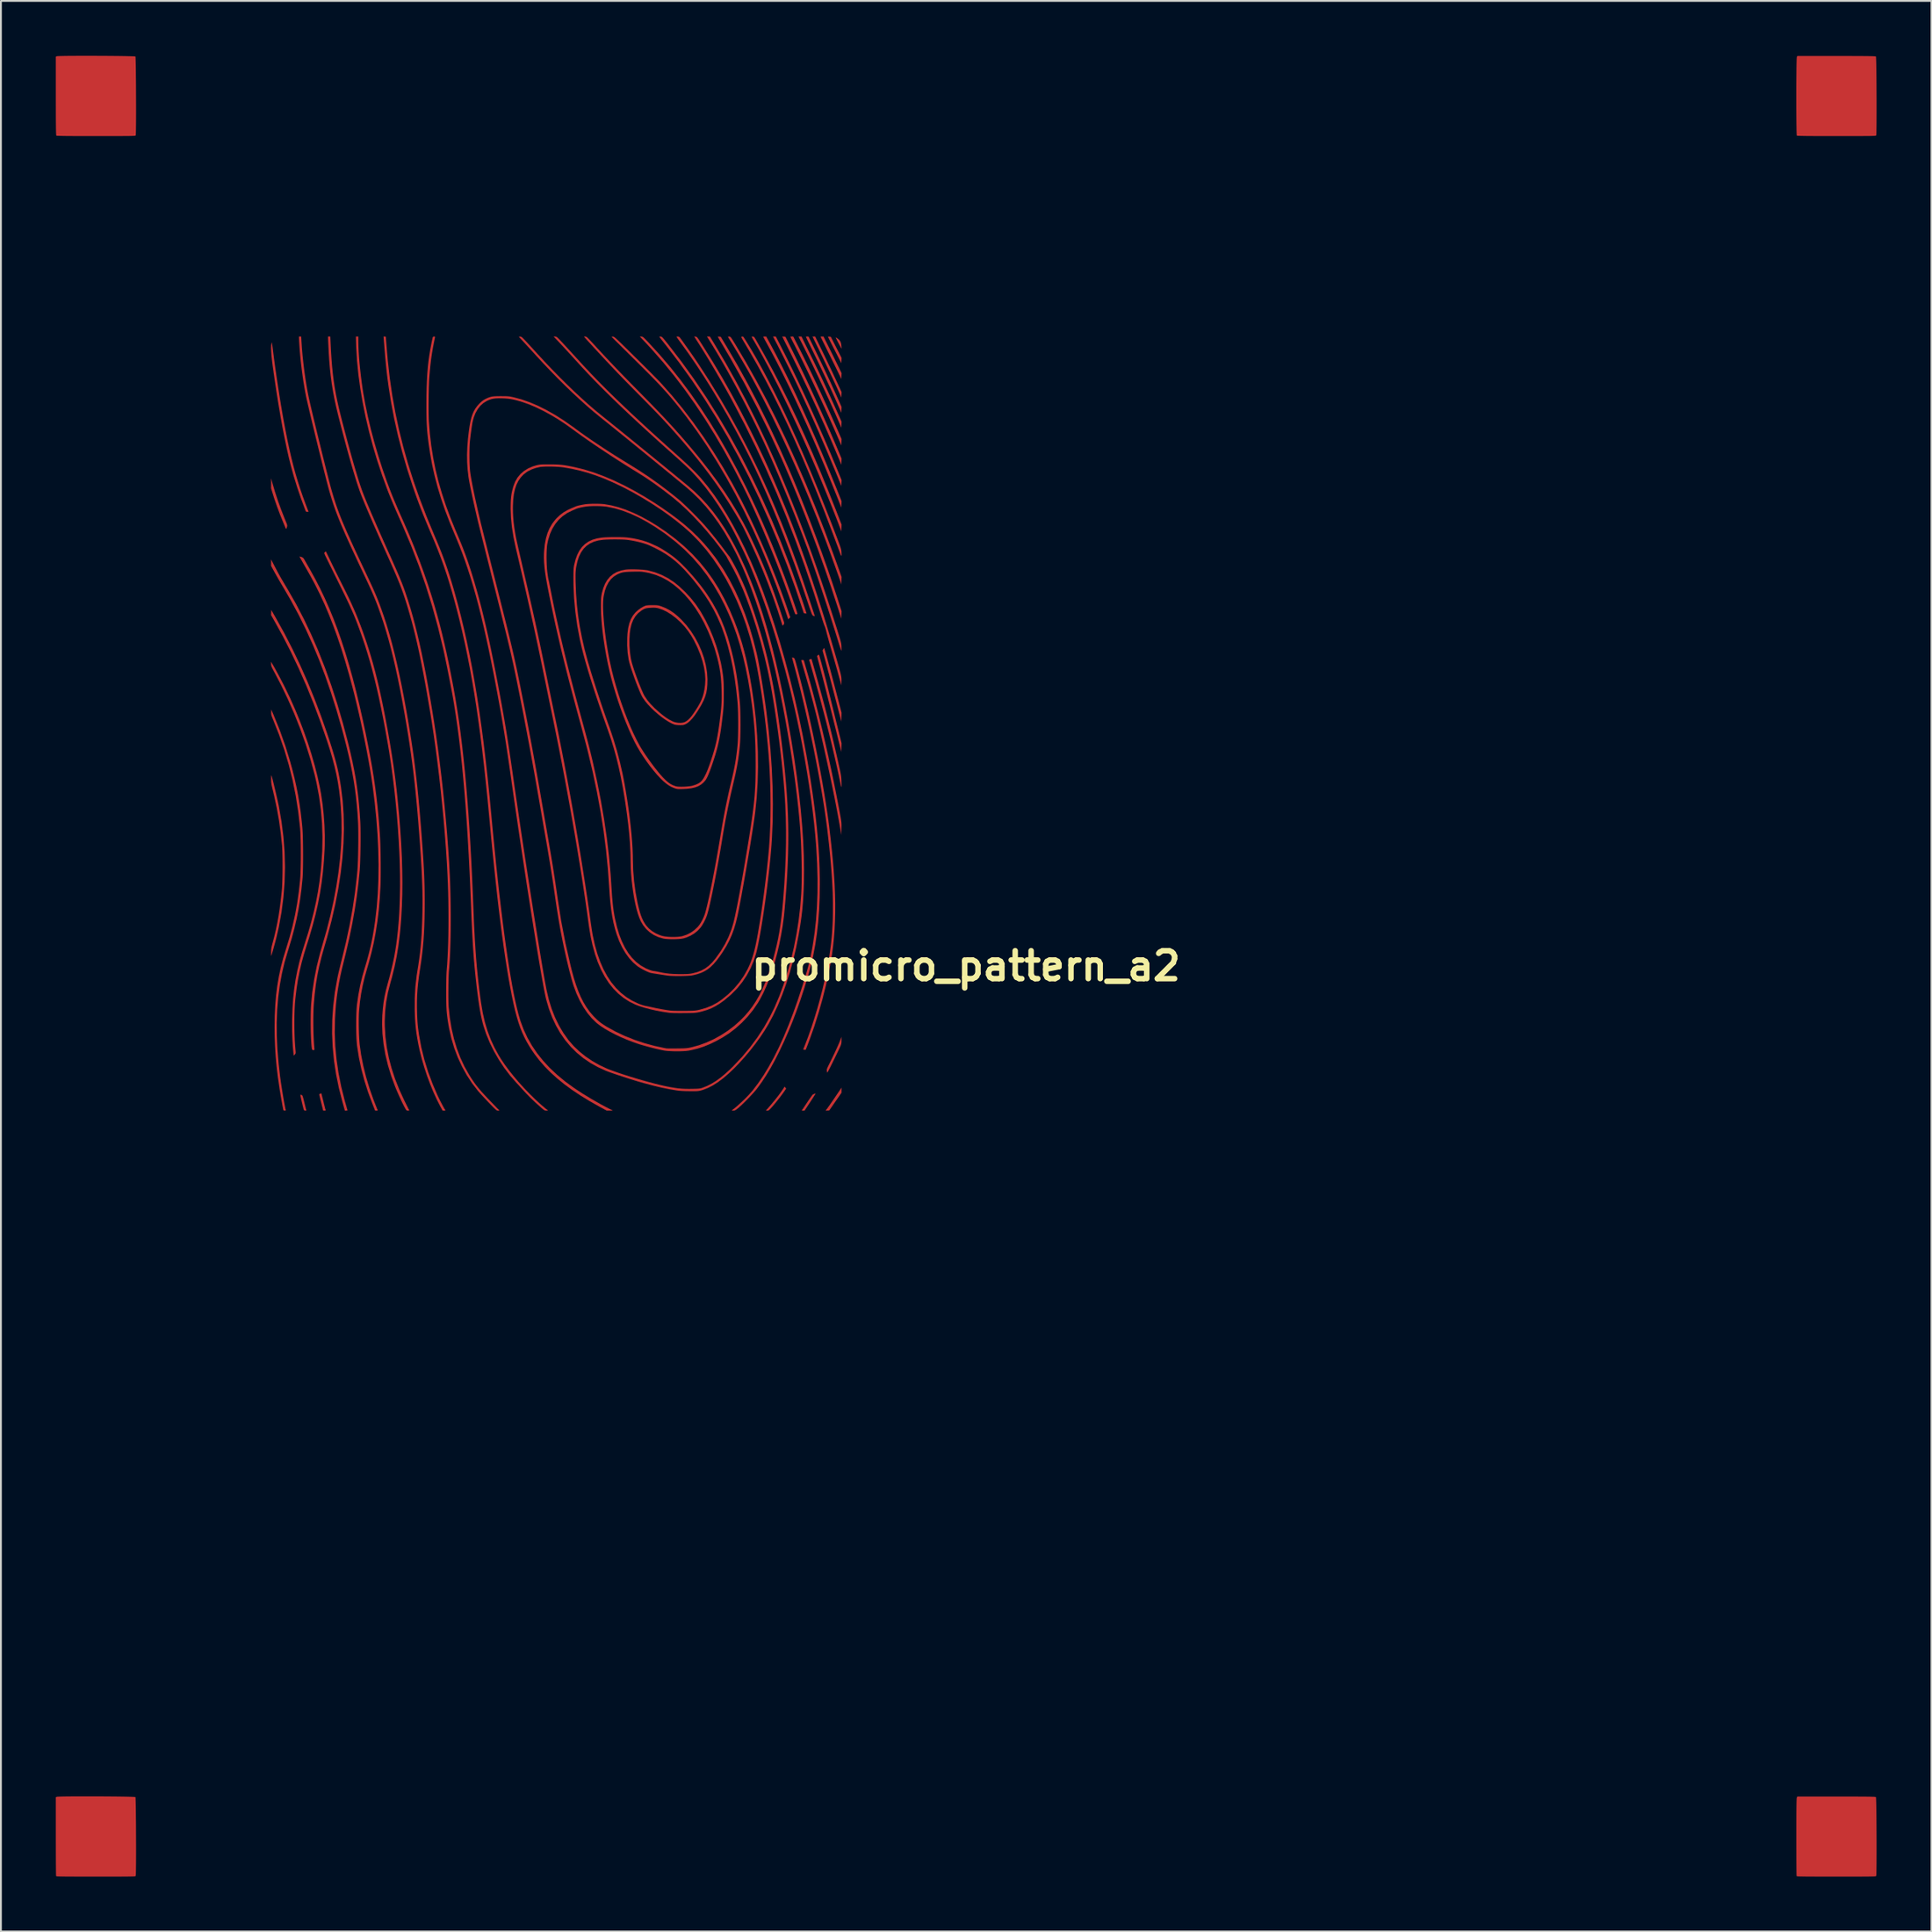
<source format=kicad_pcb>
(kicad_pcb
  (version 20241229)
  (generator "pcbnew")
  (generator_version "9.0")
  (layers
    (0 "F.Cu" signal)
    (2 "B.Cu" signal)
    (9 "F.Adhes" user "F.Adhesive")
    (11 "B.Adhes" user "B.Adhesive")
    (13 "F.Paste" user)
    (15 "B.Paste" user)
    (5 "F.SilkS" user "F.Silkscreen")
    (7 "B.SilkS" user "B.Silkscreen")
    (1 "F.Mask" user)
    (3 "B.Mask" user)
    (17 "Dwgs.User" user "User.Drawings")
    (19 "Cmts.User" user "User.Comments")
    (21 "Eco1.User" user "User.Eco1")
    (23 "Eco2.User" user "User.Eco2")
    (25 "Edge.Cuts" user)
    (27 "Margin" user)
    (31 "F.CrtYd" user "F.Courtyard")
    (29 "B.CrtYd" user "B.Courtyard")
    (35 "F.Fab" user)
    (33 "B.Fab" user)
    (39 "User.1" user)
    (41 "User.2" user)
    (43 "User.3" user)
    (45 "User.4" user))
  (footprint "promicro_pattern_a2"
    (layer "F.Cu")
    (at 49.72 49.718)
    (property "Reference" "promicro_pattern_a2" (at 0 0 0) (layer "F.SilkS") (effects (font (size 1.524 1.524) (thickness 0.3))))
    (attr board_only exclude_from_pos_files exclude_from_bom)
    (fp_poly (pts (xy -6.8 6.923) (xy -7.136 7.407) (xy -7.471 7.891) (xy -7.571 7.898) (xy -7.671 7.904) (xy -7.528 7.707) (xy -7.474 7.631) (xy -7.402 7.528) (xy -7.317 7.406) (xy -7.226 7.274) (xy -7.134 7.138) (xy -7.092 7.077) (xy -6.8 6.644)) (stroke (width 0) (type solid)) (fill yes) (layer "F.Cu"))
    (fp_poly (pts (xy -7.465 -34.378) (xy -7.387 -34.372) (xy -7.093 -33.796) (xy -6.798 -33.22) (xy -6.805 -33.073) (xy -6.811 -32.926) (xy -7.176 -33.642) (xy -7.258 -33.802) (xy -7.334 -33.951) (xy -7.401 -34.084) (xy -7.457 -34.197) (xy -7.501 -34.285) (xy -7.529 -34.344) (xy -7.541 -34.37) (xy -7.542 -34.371) (xy -7.523 -34.378) (xy -7.477 -34.379)) (stroke (width 0) (type solid)) (fill yes) (layer "F.Cu"))
    (fp_poly (pts (xy -8.22 6.963) (xy -8.225 6.979) (xy -8.242 7.012) (xy -8.274 7.064) (xy -8.321 7.14) (xy -8.386 7.241) (xy -8.471 7.372) (xy -8.565 7.515) (xy -8.82 7.902) (xy -8.978 7.902) (xy -8.682 7.457) (xy -8.6 7.335) (xy -8.525 7.227) (xy -8.46 7.135) (xy -8.409 7.066) (xy -8.374 7.023) (xy -8.361 7.012) (xy -8.326 7.003) (xy -8.278 6.981) (xy -8.238 6.964) (xy -8.22 6.963)) (stroke (width 0) (type solid)) (fill yes) (layer "F.Cu"))
    (fp_poly (pts (xy -7.097 -34.328) (xy -7.051 -34.3) (xy -7.013 -34.275) (xy -6.922 -34.198) (xy -6.859 -34.106) (xy -6.822 -33.991) (xy -6.808 -33.886) (xy -6.802 -33.81) (xy -6.8 -33.753) (xy -6.802 -33.726) (xy -6.803 -33.725) (xy -6.815 -33.743) (xy -6.843 -33.792) (xy -6.884 -33.867) (xy -6.934 -33.96) (xy -6.973 -34.033) (xy -7.026 -34.135) (xy -7.07 -34.223) (xy -7.102 -34.29) (xy -7.119 -34.33) (xy -7.121 -34.339)) (stroke (width 0) (type solid)) (fill yes) (layer "F.Cu"))
    (fp_poly (pts (xy -9.824 6.697) (xy -9.943 6.871) (xy -10.038 7.003) (xy -10.152 7.156) (xy -10.28 7.319) (xy -10.412 7.483) (xy -10.541 7.637) (xy -10.607 7.712) (xy -10.679 7.793) (xy -10.73 7.846) (xy -10.769 7.879) (xy -10.802 7.895) (xy -10.836 7.9) (xy -10.854 7.901) (xy -10.936 7.902) (xy -10.848 7.801) (xy -10.623 7.54) (xy -10.428 7.304) (xy -10.259 7.09) (xy -10.115 6.895) (xy -10.01 6.743) (xy -9.909 6.59)) (stroke (width 0) (type solid)) (fill yes) (layer "F.Cu"))
    (fp_poly (pts (xy -9.865 -34.372) (xy -9.541 -33.725) (xy -9.292 -33.224) (xy -9.032 -32.689) (xy -8.764 -32.13) (xy -8.493 -31.554) (xy -8.221 -30.967) (xy -7.953 -30.378) (xy -7.691 -29.793) (xy -7.438 -29.221) (xy -7.199 -28.669) (xy -7.062 -28.346) (xy -6.799 -27.722) (xy -6.805 -27.549) (xy -6.811 -27.376) (xy -6.925 -27.654) (xy -7.304 -28.555) (xy -7.706 -29.481) (xy -8.129 -30.423) (xy -8.569 -31.375) (xy -9.023 -32.329) (xy -9.487 -33.276) (xy -9.577 -33.457) (xy -10.041 -34.385)) (stroke (width 0) (type solid)) (fill yes) (layer "F.Cu"))
    (fp_poly (pts (xy -7.962 -33.815) (xy -7.748 -33.375) (xy -7.551 -32.964) (xy -7.365 -32.573) (xy -7.187 -32.193) (xy -7.03 -31.855) (xy -6.798 -31.352) (xy -6.805 -31.199) (xy -6.811 -31.046) (xy -6.861 -31.162) (xy -6.922 -31.301) (xy -7 -31.473) (xy -7.092 -31.674) (xy -7.196 -31.899) (xy -7.31 -32.144) (xy -7.432 -32.403) (xy -7.56 -32.673) (xy -7.691 -32.948) (xy -7.824 -33.224) (xy -7.955 -33.496) (xy -8.083 -33.761) (xy -8.1 -33.794) (xy -8.387 -34.382) (xy -8.239 -34.382)) (stroke (width 0) (type solid)) (fill yes) (layer "F.Cu"))
    (fp_poly (pts (xy -35.211 6.974) (xy -35.196 7.031) (xy -35.174 7.117) (xy -35.147 7.225) (xy -35.115 7.351) (xy -35.104 7.396) (xy -35.072 7.528) (xy -35.042 7.647) (xy -35.017 7.747) (xy -34.997 7.821) (xy -34.986 7.862) (xy -34.984 7.867) (xy -34.983 7.891) (xy -35.01 7.9) (xy -35.044 7.902) (xy -35.117 7.902) (xy -35.229 7.456) (xy -35.262 7.326) (xy -35.29 7.21) (xy -35.312 7.115) (xy -35.327 7.046) (xy -35.333 7.01) (xy -35.333 7.006) (xy -35.267 6.97) (xy -35.231 6.953) (xy -35.218 6.953)) (stroke (width 0) (type solid)) (fill yes) (layer "F.Cu"))
    (fp_poly (pts (xy -37.875 -26.333) (xy -37.74 -25.878) (xy -37.582 -25.4) (xy -37.405 -24.911) (xy -37.212 -24.42) (xy -37.156 -24.285) (xy -37.117 -24.19) (xy -37.093 -24.124) (xy -37.081 -24.077) (xy -37.08 -24.039) (xy -37.087 -24.001) (xy -37.095 -23.972) (xy -37.119 -23.904) (xy -37.139 -23.877) (xy -37.157 -23.889) (xy -37.163 -23.901) (xy -37.175 -23.929) (xy -37.199 -23.988) (xy -37.235 -24.073) (xy -37.278 -24.176) (xy -37.315 -24.267) (xy -37.481 -24.678) (xy -37.635 -25.088) (xy -37.772 -25.484) (xy -37.844 -25.709) (xy -37.962 -26.092) (xy -37.961 -26.366) (xy -37.96 -26.639)) (stroke (width 0) (type solid)) (fill yes) (layer "F.Cu"))
    (fp_poly (pts (xy -8.727 -33.858) (xy -8.514 -33.426) (xy -8.317 -33.023) (xy -8.132 -32.639) (xy -7.953 -32.265) (xy -7.778 -31.893) (xy -7.602 -31.513) (xy -7.421 -31.117) (xy -7.229 -30.695) (xy -7.14 -30.497) (xy -6.799 -29.738) (xy -6.805 -29.569) (xy -6.811 -29.4) (xy -6.873 -29.545) (xy -7.006 -29.853) (xy -7.156 -30.192) (xy -7.32 -30.557) (xy -7.495 -30.941) (xy -7.678 -31.337) (xy -7.866 -31.741) (xy -8.056 -32.145) (xy -8.246 -32.543) (xy -8.432 -32.93) (xy -8.611 -33.299) (xy -8.782 -33.644) (xy -8.794 -33.667) (xy -9.151 -34.382) (xy -8.986 -34.382)) (stroke (width 0) (type solid)) (fill yes) (layer "F.Cu"))
    (fp_poly (pts (xy -8.323 -33.815) (xy -8.016 -33.182) (xy -7.718 -32.559) (xy -7.434 -31.951) (xy -7.166 -31.367) (xy -6.966 -30.921) (xy -6.799 -30.543) (xy -6.811 -30.215) (xy -6.894 -30.408) (xy -7.064 -30.795) (xy -7.251 -31.213) (xy -7.454 -31.655) (xy -7.667 -32.115) (xy -7.89 -32.588) (xy -8.119 -33.067) (xy -8.328 -33.498) (xy -8.415 -33.675) (xy -8.495 -33.841) (xy -8.568 -33.991) (xy -8.631 -34.122) (xy -8.682 -34.229) (xy -8.72 -34.309) (xy -8.743 -34.357) (xy -8.749 -34.372) (xy -8.73 -34.379) (xy -8.685 -34.382) (xy -8.675 -34.382) (xy -8.602 -34.382)) (stroke (width 0) (type solid)) (fill yes) (layer "F.Cu"))
    (fp_poly (pts (xy -36.296 7.045) (xy -36.276 7.054) (xy -36.259 7.07) (xy -36.243 7.098) (xy -36.226 7.143) (xy -36.206 7.212) (xy -36.18 7.309) (xy -36.147 7.441) (xy -36.138 7.478) (xy -36.107 7.604) (xy -36.079 7.715) (xy -36.057 7.804) (xy -36.042 7.867) (xy -36.035 7.895) (xy -36.035 7.896) (xy -36.053 7.9) (xy -36.096 7.902) (xy -36.143 7.894) (xy -36.169 7.863) (xy -36.181 7.833) (xy -36.198 7.773) (xy -36.221 7.689) (xy -36.246 7.587) (xy -36.273 7.476) (xy -36.299 7.363) (xy -36.323 7.256) (xy -36.343 7.162) (xy -36.357 7.09) (xy -36.364 7.046) (xy -36.363 7.037) (xy -36.337 7.035)) (stroke (width 0) (type solid)) (fill yes) (layer "F.Cu"))
    (fp_poly (pts (xy -7.743 -17.351) (xy -7.723 -17.293) (xy -7.695 -17.198) (xy -7.658 -17.07) (xy -7.613 -16.912) (xy -7.562 -16.725) (xy -7.504 -16.513) (xy -7.44 -16.278) (xy -7.372 -16.023) (xy -7.299 -15.75) (xy -7.223 -15.461) (xy -7.144 -15.16) (xy -7.087 -14.941) (xy -6.799 -13.834) (xy -6.805 -13.592) (xy -6.811 -13.349) (xy -7.148 -14.645) (xy -7.213 -14.896) (xy -7.281 -15.153) (xy -7.348 -15.411) (xy -7.415 -15.663) (xy -7.478 -15.903) (xy -7.538 -16.125) (xy -7.59 -16.323) (xy -7.636 -16.49) (xy -7.662 -16.587) (xy -7.839 -17.233) (xy -7.802 -17.302) (xy -7.775 -17.347) (xy -7.754 -17.37) (xy -7.752 -17.371)) (stroke (width 0) (type solid)) (fill yes) (layer "F.Cu"))
    (fp_poly (pts (xy -7.564 -33.943) (xy -7.492 -33.798) (xy -7.407 -33.627) (xy -7.314 -33.441) (xy -7.22 -33.25) (xy -7.13 -33.066) (xy -7.071 -32.946) (xy -6.798 -32.389) (xy -6.805 -32.226) (xy -6.811 -32.062) (xy -6.948 -32.348) (xy -6.987 -32.429) (xy -7.042 -32.542) (xy -7.11 -32.681) (xy -7.189 -32.842) (xy -7.276 -33.018) (xy -7.368 -33.204) (xy -7.463 -33.394) (xy -7.515 -33.499) (xy -7.603 -33.676) (xy -7.685 -33.842) (xy -7.759 -33.992) (xy -7.823 -34.122) (xy -7.875 -34.229) (xy -7.914 -34.309) (xy -7.938 -34.358) (xy -7.944 -34.373) (xy -7.925 -34.379) (xy -7.879 -34.382) (xy -7.864 -34.382) (xy -7.784 -34.382)) (stroke (width 0) (type solid)) (fill yes) (layer "F.Cu"))
    (fp_poly (pts (xy -10.139 -33.9) (xy -9.809 -33.25) (xy -9.471 -32.565) (xy -9.128 -31.851) (xy -8.781 -31.114) (xy -8.435 -30.36) (xy -8.092 -29.595) (xy -7.754 -28.825) (xy -7.424 -28.056) (xy -7.105 -27.295) (xy -7.056 -27.177) (xy -6.798 -26.549) (xy -6.805 -26.387) (xy -6.811 -26.224) (xy -7.126 -26.993) (xy -7.596 -28.119) (xy -8.069 -29.216) (xy -8.551 -30.298) (xy -9.05 -31.376) (xy -9.279 -31.861) (xy -9.344 -31.998) (xy -9.424 -32.161) (xy -9.514 -32.345) (xy -9.613 -32.545) (xy -9.717 -32.755) (xy -9.824 -32.971) (xy -9.931 -33.185) (xy -10.035 -33.393) (xy -10.134 -33.59) (xy -10.226 -33.77) (xy -10.306 -33.928) (xy -10.373 -34.057) (xy -10.418 -34.144) (xy -10.545 -34.382) (xy -10.388 -34.382)) (stroke (width 0) (type solid)) (fill yes) (layer "F.Cu"))
    (fp_poly (pts (xy -9.19 -33.9) (xy -8.953 -33.431) (xy -8.705 -32.929) (xy -8.448 -32.399) (xy -8.186 -31.849) (xy -7.921 -31.284) (xy -7.657 -30.71) (xy -7.395 -30.135) (xy -7.14 -29.564) (xy -7.062 -29.387) (xy -6.799 -28.787) (xy -6.805 -28.609) (xy -6.811 -28.431) (xy -7.042 -28.965) (xy -7.255 -29.452) (xy -7.48 -29.956) (xy -7.714 -30.472) (xy -7.953 -30.992) (xy -8.195 -31.511) (xy -8.436 -32.022) (xy -8.675 -32.519) (xy -8.907 -32.995) (xy -9.13 -33.445) (xy -9.341 -33.861) (xy -9.344 -33.868) (xy -9.412 -34) (xy -9.473 -34.12) (xy -9.524 -34.222) (xy -9.564 -34.302) (xy -9.589 -34.353) (xy -9.596 -34.371) (xy -9.578 -34.378) (xy -9.531 -34.382) (xy -9.516 -34.382) (xy -9.436 -34.382)) (stroke (width 0) (type solid)) (fill yes) (layer "F.Cu"))
    (fp_poly (pts (xy -6.801 4.052) (xy -6.803 4.157) (xy -6.812 4.237) (xy -6.832 4.309) (xy -6.855 4.37) (xy -6.881 4.427) (xy -6.921 4.513) (xy -6.973 4.623) (xy -7.035 4.751) (xy -7.103 4.892) (xy -7.174 5.039) (xy -7.247 5.187) (xy -7.317 5.329) (xy -7.383 5.461) (xy -7.44 5.576) (xy -7.488 5.669) (xy -7.522 5.734) (xy -7.536 5.76) (xy -7.58 5.831) (xy -7.6 5.738) (xy -7.606 5.704) (xy -7.607 5.672) (xy -7.6 5.635) (xy -7.584 5.588) (xy -7.556 5.523) (xy -7.514 5.435) (xy -7.455 5.316) (xy -7.445 5.296) (xy -7.307 5.015) (xy -7.184 4.76) (xy -7.078 4.531) (xy -6.989 4.333) (xy -6.918 4.168) (xy -6.884 4.082) (xy -6.802 3.866)) (stroke (width 0) (type solid)) (fill yes) (layer "F.Cu"))
    (fp_poly (pts (xy -10.713 -34.017) (xy -10.379 -33.395) (xy -10.038 -32.733) (xy -9.689 -32.033) (xy -9.334 -31.294) (xy -8.973 -30.52) (xy -8.607 -29.711) (xy -8.236 -28.869) (xy -7.861 -27.994) (xy -7.483 -27.089) (xy -7.102 -26.155) (xy -6.989 -25.872) (xy -6.799 -25.396) (xy -6.805 -25.217) (xy -6.811 -25.037) (xy -6.968 -25.436) (xy -7.305 -26.281) (xy -7.645 -27.114) (xy -7.987 -27.93) (xy -8.33 -28.729) (xy -8.673 -29.506) (xy -9.014 -30.26) (xy -9.352 -30.988) (xy -9.686 -31.687) (xy -10.015 -32.355) (xy -10.337 -32.988) (xy -10.652 -33.585) (xy -10.871 -33.986) (xy -10.934 -34.1) (xy -10.989 -34.202) (xy -11.034 -34.284) (xy -11.065 -34.343) (xy -11.079 -34.371) (xy -11.079 -34.372) (xy -11.061 -34.379) (xy -11.014 -34.382) (xy -10.997 -34.382) (xy -10.914 -34.382)) (stroke (width 0) (type solid)) (fill yes) (layer "F.Cu"))
    (fp_poly (pts (xy -13.479 -34.378) (xy -13.4 -34.372) (xy -13.087 -33.853) (xy -12.488 -32.829) (xy -11.9 -31.767) (xy -11.325 -30.669) (xy -10.765 -29.538) (xy -10.219 -28.376) (xy -9.691 -27.186) (xy -9.391 -26.48) (xy -9.081 -25.727) (xy -8.77 -24.948) (xy -8.462 -24.152) (xy -8.159 -23.348) (xy -7.865 -22.544) (xy -7.583 -21.749) (xy -7.316 -20.972) (xy -7.067 -20.22) (xy -7.025 -20.089) (xy -6.799 -19.385) (xy -6.811 -18.97) (xy -7.042 -19.691) (xy -7.368 -20.683) (xy -7.708 -21.676) (xy -8.059 -22.665) (xy -8.42 -23.644) (xy -8.788 -24.607) (xy -9.161 -25.547) (xy -9.536 -26.461) (xy -9.913 -27.34) (xy -10.089 -27.741) (xy -10.729 -29.128) (xy -11.409 -30.504) (xy -12.124 -31.863) (xy -12.873 -33.2) (xy -13.296 -33.92) (xy -13.369 -34.043) (xy -13.434 -34.153) (xy -13.489 -34.247) (xy -13.529 -34.317) (xy -13.553 -34.36) (xy -13.558 -34.371) (xy -13.539 -34.378) (xy -13.493 -34.379)) (stroke (width 0) (type solid)) (fill yes) (layer "F.Cu"))
    (fp_poly (pts (xy -8.031 -16.999) (xy -8.022 -16.974) (xy -8.002 -16.914) (xy -7.976 -16.823) (xy -7.943 -16.708) (xy -7.906 -16.573) (xy -7.866 -16.425) (xy -7.861 -16.407) (xy -7.828 -16.285) (xy -7.799 -16.177) (xy -7.773 -16.081) (xy -7.75 -15.993) (xy -7.728 -15.91) (xy -7.707 -15.828) (xy -7.685 -15.745) (xy -7.662 -15.656) (xy -7.638 -15.558) (xy -7.61 -15.448) (xy -7.579 -15.323) (xy -7.543 -15.178) (xy -7.501 -15.012) (xy -7.454 -14.819) (xy -7.399 -14.598) (xy -7.336 -14.343) (xy -7.264 -14.053) (xy -7.223 -13.886) (xy -6.799 -12.17) (xy -6.805 -11.931) (xy -6.811 -11.692) (xy -7.306 -13.679) (xy -7.381 -13.977) (xy -7.456 -14.276) (xy -7.53 -14.57) (xy -7.602 -14.855) (xy -7.671 -15.129) (xy -7.737 -15.385) (xy -7.797 -15.621) (xy -7.851 -15.832) (xy -7.899 -16.015) (xy -7.938 -16.164) (xy -7.968 -16.277) (xy -7.968 -16.279) (xy -8.01 -16.434) (xy -8.048 -16.576) (xy -8.081 -16.7) (xy -8.107 -16.801) (xy -8.125 -16.873) (xy -8.134 -16.912) (xy -8.135 -16.916) (xy -8.121 -16.949) (xy -8.089 -16.981) (xy -8.054 -17.001)) (stroke (width 0) (type solid)) (fill yes) (layer "F.Cu"))
    (fp_poly (pts (xy -11.646 -34.381) (xy -11.615 -34.379) (xy -11.59 -34.368) (xy -11.563 -34.342) (xy -11.53 -34.295) (xy -11.485 -34.221) (xy -11.453 -34.164) (xy -10.991 -33.345) (xy -10.538 -32.509) (xy -10.093 -31.653) (xy -9.655 -30.774) (xy -9.222 -29.87) (xy -8.794 -28.938) (xy -8.368 -27.976) (xy -7.943 -26.98) (xy -7.52 -25.948) (xy -7.095 -24.878) (xy -6.972 -24.56) (xy -6.798 -24.113) (xy -6.805 -23.925) (xy -6.811 -23.738) (xy -6.914 -24.013) (xy -7.007 -24.257) (xy -7.114 -24.534) (xy -7.233 -24.838) (xy -7.362 -25.161) (xy -7.498 -25.499) (xy -7.638 -25.845) (xy -7.78 -26.193) (xy -7.921 -26.537) (xy -8.059 -26.87) (xy -8.192 -27.187) (xy -8.317 -27.481) (xy -8.379 -27.624) (xy -8.645 -28.236) (xy -8.918 -28.846) (xy -9.193 -29.451) (xy -9.471 -30.048) (xy -9.749 -30.632) (xy -10.025 -31.201) (xy -10.299 -31.752) (xy -10.567 -32.28) (xy -10.829 -32.782) (xy -11.083 -33.255) (xy -11.326 -33.695) (xy -11.558 -34.099) (xy -11.592 -34.156) (xy -11.641 -34.239) (xy -11.68 -34.308) (xy -11.706 -34.356) (xy -11.715 -34.373) (xy -11.696 -34.379) (xy -11.651 -34.382)) (stroke (width 0) (type solid)) (fill yes) (layer "F.Cu"))
    (fp_poly (pts (xy -37.914 -34.024) (xy -37.914 -34.022) (xy -37.907 -33.984) (xy -37.896 -33.912) (xy -37.882 -33.814) (xy -37.867 -33.699) (xy -37.856 -33.609) (xy -37.798 -33.164) (xy -37.734 -32.691) (xy -37.663 -32.199) (xy -37.588 -31.699) (xy -37.511 -31.2) (xy -37.432 -30.712) (xy -37.353 -30.247) (xy -37.277 -29.813) (xy -37.272 -29.785) (xy -37.167 -29.229) (xy -37.064 -28.71) (xy -36.959 -28.223) (xy -36.853 -27.763) (xy -36.743 -27.324) (xy -36.628 -26.902) (xy -36.506 -26.491) (xy -36.377 -26.086) (xy -36.239 -25.682) (xy -36.09 -25.273) (xy -36.028 -25.108) (xy -35.913 -24.807) (xy -35.985 -24.807) (xy -36.039 -24.814) (xy -36.069 -24.842) (xy -36.079 -24.865) (xy -36.319 -25.508) (xy -36.535 -26.14) (xy -36.726 -26.755) (xy -36.889 -27.347) (xy -36.89 -27.352) (xy -37.003 -27.81) (xy -37.115 -28.308) (xy -37.227 -28.845) (xy -37.339 -29.42) (xy -37.449 -30.03) (xy -37.559 -30.675) (xy -37.667 -31.353) (xy -37.773 -32.062) (xy -37.877 -32.793) (xy -37.914 -33.088) (xy -37.941 -33.347) (xy -37.957 -33.571) (xy -37.963 -33.758) (xy -37.958 -33.905) (xy -37.942 -34.011) (xy -37.931 -34.054) (xy -37.924 -34.057)) (stroke (width 0) (type solid)) (fill yes) (layer "F.Cu"))
    (fp_poly (pts (xy -8.441 -16.773) (xy -8.434 -16.751) (xy -8.416 -16.693) (xy -8.391 -16.604) (xy -8.357 -16.487) (xy -8.317 -16.348) (xy -8.273 -16.191) (xy -8.225 -16.02) (xy -8.174 -15.841) (xy -8.123 -15.657) (xy -8.071 -15.474) (xy -8.022 -15.295) (xy -7.975 -15.125) (xy -7.932 -14.97) (xy -7.894 -14.833) (xy -7.873 -14.755) (xy -7.754 -14.313) (xy -7.642 -13.885) (xy -7.534 -13.464) (xy -7.428 -13.041) (xy -7.323 -12.609) (xy -7.217 -12.161) (xy -7.107 -11.688) (xy -6.992 -11.184) (xy -6.957 -11.026) (xy -6.915 -10.838) (xy -6.881 -10.685) (xy -6.856 -10.559) (xy -6.837 -10.455) (xy -6.824 -10.367) (xy -6.815 -10.287) (xy -6.809 -10.209) (xy -6.805 -10.127) (xy -6.805 -10.126) (xy -6.801 -9.978) (xy -6.8 -9.87) (xy -6.802 -9.804) (xy -6.809 -9.776) (xy -6.819 -9.788) (xy -6.833 -9.836) (xy -6.852 -9.922) (xy -6.859 -9.958) (xy -6.957 -10.43) (xy -7.068 -10.938) (xy -7.19 -11.474) (xy -7.321 -12.034) (xy -7.462 -12.612) (xy -7.609 -13.204) (xy -7.763 -13.802) (xy -7.921 -14.402) (xy -8.082 -14.999) (xy -8.245 -15.587) (xy -8.395 -16.115) (xy -8.574 -16.734) (xy -8.51 -16.756) (xy -8.464 -16.77) (xy -8.441 -16.773)) (stroke (width 0) (type solid)) (fill yes) (layer "F.Cu"))
    (fp_poly (pts (xy -16.659 -34.381) (xy -16.636 -34.374) (xy -16.61 -34.358) (xy -16.578 -34.33) (xy -16.536 -34.284) (xy -16.48 -34.219) (xy -16.407 -34.129) (xy -16.312 -34.011) (xy -16.27 -33.958) (xy -15.55 -33.022) (xy -14.85 -32.05) (xy -14.173 -31.044) (xy -13.518 -30.004) (xy -12.886 -28.933) (xy -12.279 -27.831) (xy -11.697 -26.699) (xy -11.139 -25.54) (xy -10.609 -24.355) (xy -10.105 -23.144) (xy -9.628 -21.909) (xy -9.519 -21.61) (xy -9.451 -21.422) (xy -9.377 -21.215) (xy -9.299 -20.995) (xy -9.22 -20.769) (xy -9.141 -20.542) (xy -9.064 -20.32) (xy -8.991 -20.11) (xy -8.925 -19.916) (xy -8.868 -19.746) (xy -8.822 -19.605) (xy -8.794 -19.519) (xy -8.711 -19.257) (xy -8.784 -19.257) (xy -8.835 -19.264) (xy -8.864 -19.28) (xy -8.865 -19.283) (xy -9.31 -20.608) (xy -9.776 -21.896) (xy -10.263 -23.148) (xy -10.772 -24.366) (xy -11.302 -25.549) (xy -11.854 -26.699) (xy -12.429 -27.816) (xy -13.026 -28.902) (xy -13.647 -29.956) (xy -14.292 -30.981) (xy -14.961 -31.975) (xy -15.655 -32.941) (xy -16.373 -33.88) (xy -16.457 -33.985) (xy -16.543 -34.094) (xy -16.619 -34.191) (xy -16.682 -34.271) (xy -16.728 -34.331) (xy -16.753 -34.366) (xy -16.757 -34.372) (xy -16.738 -34.379) (xy -16.692 -34.382) (xy -16.682 -34.382)) (stroke (width 0) (type solid)) (fill yes) (layer "F.Cu"))
    (fp_poly (pts (xy -8.879 -16.708) (xy -8.855 -16.684) (xy -8.85 -16.667) (xy -8.841 -16.636) (xy -8.823 -16.569) (xy -8.795 -16.472) (xy -8.76 -16.349) (xy -8.719 -16.206) (xy -8.674 -16.047) (xy -8.637 -15.92) (xy -8.48 -15.367) (xy -8.321 -14.777) (xy -8.16 -14.155) (xy -7.998 -13.507) (xy -7.837 -12.839) (xy -7.678 -12.155) (xy -7.522 -11.46) (xy -7.37 -10.761) (xy -7.224 -10.062) (xy -7.085 -9.369) (xy -7.004 -8.949) (xy -6.958 -8.711) (xy -6.92 -8.51) (xy -6.889 -8.342) (xy -6.863 -8.203) (xy -6.843 -8.088) (xy -6.828 -7.993) (xy -6.817 -7.913) (xy -6.809 -7.844) (xy -6.804 -7.781) (xy -6.802 -7.721) (xy -6.802 -7.659) (xy -6.803 -7.59) (xy -6.804 -7.51) (xy -6.805 -7.499) (xy -6.811 -7.15) (xy -6.85 -7.383) (xy -6.947 -7.938) (xy -7.057 -8.533) (xy -7.179 -9.166) (xy -7.315 -9.836) (xy -7.463 -10.543) (xy -7.623 -11.284) (xy -7.795 -12.06) (xy -7.98 -12.869) (xy -7.997 -12.944) (xy -8.169 -13.665) (xy -8.36 -14.412) (xy -8.567 -15.177) (xy -8.787 -15.949) (xy -8.844 -16.142) (xy -8.886 -16.287) (xy -8.924 -16.418) (xy -8.957 -16.53) (xy -8.982 -16.618) (xy -8.998 -16.676) (xy -9.003 -16.699) (xy -8.985 -16.709) (xy -8.939 -16.714) (xy -8.932 -16.714)) (stroke (width 0) (type solid)) (fill yes) (layer "F.Cu"))
    (fp_poly (pts (xy -12.911 -34.381) (xy -12.89 -34.375) (xy -12.868 -34.361) (xy -12.842 -34.333) (xy -12.808 -34.287) (xy -12.764 -34.219) (xy -12.705 -34.125) (xy -12.628 -34.001) (xy -12.599 -33.953) (xy -12.021 -32.982) (xy -11.453 -31.973) (xy -10.894 -30.927) (xy -10.346 -29.842) (xy -9.807 -28.719) (xy -9.277 -27.556) (xy -8.756 -26.354) (xy -8.245 -25.111) (xy -7.742 -23.828) (xy -7.247 -22.504) (xy -7.073 -22.021) (xy -6.799 -21.258) (xy -6.811 -20.835) (xy -6.839 -20.93) (xy -6.858 -20.988) (xy -6.89 -21.081) (xy -6.933 -21.205) (xy -6.985 -21.354) (xy -7.046 -21.525) (xy -7.113 -21.712) (xy -7.184 -21.912) (xy -7.259 -22.119) (xy -7.334 -22.329) (xy -7.41 -22.537) (xy -7.484 -22.739) (xy -7.554 -22.93) (xy -7.618 -23.105) (xy -7.669 -23.24) (xy -8.132 -24.447) (xy -8.608 -25.63) (xy -9.096 -26.788) (xy -9.595 -27.917) (xy -10.104 -29.015) (xy -10.621 -30.08) (xy -11.146 -31.108) (xy -11.677 -32.098) (xy -11.919 -32.534) (xy -11.997 -32.67) (xy -12.088 -32.828) (xy -12.188 -33.001) (xy -12.295 -33.184) (xy -12.404 -33.37) (xy -12.513 -33.554) (xy -12.618 -33.729) (xy -12.714 -33.89) (xy -12.8 -34.031) (xy -12.87 -34.146) (xy -12.916 -34.218) (xy -12.958 -34.286) (xy -12.99 -34.34) (xy -13.006 -34.369) (xy -13.007 -34.372) (xy -12.989 -34.379) (xy -12.943 -34.382) (xy -12.934 -34.382)) (stroke (width 0) (type solid)) (fill yes) (layer "F.Cu"))
    (fp_poly (pts (xy -17.705 -34.381) (xy -17.678 -34.374) (xy -17.649 -34.359) (xy -17.612 -34.33) (xy -17.563 -34.285) (xy -17.497 -34.219) (xy -17.41 -34.128) (xy -17.344 -34.059) (xy -16.749 -33.41) (xy -16.171 -32.734) (xy -15.609 -32.029) (xy -15.061 -31.294) (xy -14.526 -30.527) (xy -14.003 -29.726) (xy -13.491 -28.89) (xy -12.99 -28.017) (xy -12.497 -27.105) (xy -12.022 -26.173) (xy -11.717 -25.546) (xy -11.422 -24.917) (xy -11.135 -24.279) (xy -10.851 -23.624) (xy -10.569 -22.947) (xy -10.285 -22.239) (xy -10.089 -21.735) (xy -10.011 -21.53) (xy -9.93 -21.316) (xy -9.848 -21.095) (xy -9.766 -20.87) (xy -9.685 -20.647) (xy -9.606 -20.428) (xy -9.531 -20.216) (xy -9.461 -20.016) (xy -9.397 -19.83) (xy -9.34 -19.663) (xy -9.292 -19.518) (xy -9.254 -19.398) (xy -9.227 -19.308) (xy -9.212 -19.25) (xy -9.211 -19.228) (xy -9.241 -19.217) (xy -9.279 -19.207) (xy -9.296 -19.205) (xy -9.311 -19.208) (xy -9.326 -19.223) (xy -9.343 -19.253) (xy -9.364 -19.304) (xy -9.392 -19.379) (xy -9.429 -19.484) (xy -9.476 -19.622) (xy -9.494 -19.676) (xy -9.689 -20.242) (xy -9.901 -20.828) (xy -10.125 -21.43) (xy -10.361 -22.04) (xy -10.605 -22.653) (xy -10.856 -23.263) (xy -11.109 -23.864) (xy -11.364 -24.45) (xy -11.618 -25.015) (xy -11.867 -25.553) (xy -12.111 -26.057) (xy -12.194 -26.226) (xy -12.695 -27.197) (xy -13.205 -28.127) (xy -13.726 -29.019) (xy -14.259 -29.875) (xy -14.805 -30.695) (xy -15.365 -31.482) (xy -15.941 -32.237) (xy -16.533 -32.961) (xy -17.142 -33.657) (xy -17.475 -34.018) (xy -17.819 -34.382) (xy -17.735 -34.382)) (stroke (width 0) (type solid)) (fill yes) (layer "F.Cu"))
    (fp_poly (pts (xy -13.732 -33.959) (xy -13.142 -32.964) (xy -12.564 -31.932) (xy -11.999 -30.867) (xy -11.45 -29.772) (xy -10.918 -28.652) (xy -10.406 -27.51) (xy -10.048 -26.671) (xy -9.777 -26.019) (xy -9.521 -25.39) (xy -9.276 -24.777) (xy -9.041 -24.175) (xy -8.814 -23.579) (xy -8.592 -22.985) (xy -8.375 -22.386) (xy -8.16 -21.777) (xy -7.944 -21.153) (xy -7.727 -20.508) (xy -7.507 -19.838) (xy -7.28 -19.137) (xy -7.059 -18.441) (xy -6.996 -18.238) (xy -6.944 -18.071) (xy -6.903 -17.935) (xy -6.871 -17.825) (xy -6.847 -17.736) (xy -6.829 -17.664) (xy -6.818 -17.604) (xy -6.81 -17.55) (xy -6.806 -17.499) (xy -6.804 -17.466) (xy -6.802 -17.374) (xy -6.801 -17.292) (xy -6.802 -17.234) (xy -6.804 -17.22) (xy -6.811 -17.224) (xy -6.83 -17.265) (xy -6.858 -17.342) (xy -6.895 -17.451) (xy -6.94 -17.591) (xy -6.989 -17.751) (xy -7.126 -18.194) (xy -7.271 -18.657) (xy -7.422 -19.132) (xy -7.576 -19.612) (xy -7.732 -20.091) (xy -7.888 -20.563) (xy -8.04 -21.02) (xy -8.188 -21.457) (xy -8.329 -21.867) (xy -8.46 -22.242) (xy -8.468 -22.265) (xy -8.653 -22.779) (xy -8.853 -23.318) (xy -9.065 -23.877) (xy -9.286 -24.449) (xy -9.516 -25.028) (xy -9.75 -25.608) (xy -9.986 -26.183) (xy -10.222 -26.748) (xy -10.456 -27.295) (xy -10.685 -27.819) (xy -10.906 -28.314) (xy -11.09 -28.715) (xy -11.373 -29.312) (xy -11.67 -29.919) (xy -11.977 -30.53) (xy -12.293 -31.138) (xy -12.613 -31.738) (xy -12.935 -32.325) (xy -13.255 -32.892) (xy -13.57 -33.434) (xy -13.878 -33.944) (xy -14.042 -34.207) (xy -14.151 -34.382) (xy -13.99 -34.382)) (stroke (width 0) (type solid)) (fill yes) (layer "F.Cu"))
    (fp_poly (pts (xy -12.172 -34.375) (xy -12.154 -34.355) (xy -12.118 -34.302) (xy -12.066 -34.221) (xy -12.001 -34.117) (xy -11.925 -33.993) (xy -11.841 -33.855) (xy -11.751 -33.706) (xy -11.66 -33.55) (xy -11.568 -33.393) (xy -11.478 -33.239) (xy -11.466 -33.217) (xy -11.301 -32.924) (xy -11.123 -32.599) (xy -10.936 -32.249) (xy -10.743 -31.881) (xy -10.548 -31.503) (xy -10.355 -31.122) (xy -10.168 -30.745) (xy -9.99 -30.379) (xy -9.863 -30.114) (xy -9.572 -29.488) (xy -9.281 -28.848) (xy -8.99 -28.19) (xy -8.697 -27.51) (xy -8.401 -26.806) (xy -8.1 -26.074) (xy -7.793 -25.311) (xy -7.479 -24.514) (xy -7.157 -23.68) (xy -7.102 -23.536) (xy -7.027 -23.339) (xy -6.966 -23.178) (xy -6.917 -23.046) (xy -6.88 -22.941) (xy -6.852 -22.857) (xy -6.832 -22.789) (xy -6.819 -22.734) (xy -6.811 -22.686) (xy -6.806 -22.641) (xy -6.805 -22.625) (xy -6.8 -22.51) (xy -6.8 -22.436) (xy -6.808 -22.404) (xy -6.823 -22.413) (xy -6.848 -22.463) (xy -6.883 -22.554) (xy -6.904 -22.61) (xy -6.932 -22.689) (xy -6.974 -22.801) (xy -7.025 -22.94) (xy -7.085 -23.101) (xy -7.15 -23.276) (xy -7.219 -23.461) (xy -7.289 -23.648) (xy -7.299 -23.673) (xy -7.711 -24.754) (xy -8.12 -25.794) (xy -8.528 -26.795) (xy -8.935 -27.757) (xy -9.342 -28.683) (xy -9.749 -29.574) (xy -10.157 -30.43) (xy -10.566 -31.254) (xy -10.978 -32.048) (xy -11.392 -32.811) (xy -11.811 -33.546) (xy -12.062 -33.972) (xy -12.14 -34.102) (xy -12.197 -34.201) (xy -12.238 -34.272) (xy -12.262 -34.321) (xy -12.273 -34.351) (xy -12.272 -34.368) (xy -12.262 -34.376) (xy -12.25 -34.378) (xy -12.199 -34.38)) (stroke (width 0) (type solid)) (fill yes) (layer "F.Cu"))
    (fp_poly (pts (xy -37.94 -10.406) (xy -37.924 -10.357) (xy -37.9 -10.272) (xy -37.87 -10.158) (xy -37.835 -10.019) (xy -37.796 -9.861) (xy -37.755 -9.691) (xy -37.713 -9.513) (xy -37.671 -9.333) (xy -37.631 -9.157) (xy -37.594 -8.992) (xy -37.562 -8.841) (xy -37.538 -8.728) (xy -37.391 -7.889) (xy -37.285 -7.054) (xy -37.222 -6.224) (xy -37.201 -5.397) (xy -37.222 -4.574) (xy -37.285 -3.756) (xy -37.39 -2.943) (xy -37.537 -2.134) (xy -37.666 -1.568) (xy -37.695 -1.454) (xy -37.728 -1.326) (xy -37.765 -1.191) (xy -37.803 -1.053) (xy -37.84 -0.921) (xy -37.875 -0.8) (xy -37.906 -0.696) (xy -37.93 -0.616) (xy -37.947 -0.566) (xy -37.954 -0.553) (xy -37.957 -0.568) (xy -37.96 -0.618) (xy -37.962 -0.693) (xy -37.962 -0.754) (xy -37.96 -0.847) (xy -37.954 -0.93) (xy -37.941 -1.014) (xy -37.919 -1.112) (xy -37.887 -1.236) (xy -37.877 -1.271) (xy -37.782 -1.632) (xy -37.698 -1.99) (xy -37.623 -2.352) (xy -37.556 -2.727) (xy -37.496 -3.119) (xy -37.441 -3.538) (xy -37.39 -3.99) (xy -37.376 -4.131) (xy -37.365 -4.267) (xy -37.356 -4.438) (xy -37.349 -4.637) (xy -37.343 -4.858) (xy -37.339 -5.094) (xy -37.337 -5.337) (xy -37.337 -5.581) (xy -37.338 -5.818) (xy -37.342 -6.043) (xy -37.347 -6.247) (xy -37.354 -6.425) (xy -37.363 -6.568) (xy -37.365 -6.588) (xy -37.438 -7.281) (xy -37.532 -7.95) (xy -37.649 -8.611) (xy -37.792 -9.28) (xy -37.868 -9.599) (xy -37.903 -9.741) (xy -37.928 -9.852) (xy -37.944 -9.942) (xy -37.955 -10.021) (xy -37.96 -10.098) (xy -37.961 -10.184) (xy -37.961 -10.217) (xy -37.959 -10.322) (xy -37.955 -10.387) (xy -37.949 -10.414)) (stroke (width 0) (type solid)) (fill yes) (layer "F.Cu"))
    (fp_poly (pts (xy -15.754 -34.382) (xy -15.746 -34.382) (xy -15.703 -34.378) (xy -15.669 -34.365) (xy -15.635 -34.333) (xy -15.591 -34.276) (xy -15.571 -34.249) (xy -15.411 -34.026) (xy -15.273 -33.833) (xy -15.151 -33.662) (xy -15.044 -33.51) (xy -14.947 -33.371) (xy -14.856 -33.239) (xy -14.767 -33.109) (xy -14.677 -32.975) (xy -14.597 -32.856) (xy -14.016 -31.958) (xy -13.445 -31.027) (xy -12.889 -30.068) (xy -12.351 -29.09) (xy -11.837 -28.102) (xy -11.351 -27.109) (xy -11.342 -27.091) (xy -11.014 -26.384) (xy -10.694 -25.67) (xy -10.383 -24.943) (xy -10.078 -24.201) (xy -9.777 -23.438) (xy -9.479 -22.651) (xy -9.181 -21.834) (xy -8.883 -20.983) (xy -8.599 -20.142) (xy -8.533 -19.944) (xy -8.471 -19.759) (xy -8.415 -19.589) (xy -8.366 -19.44) (xy -8.325 -19.315) (xy -8.293 -19.218) (xy -8.272 -19.152) (xy -8.262 -19.121) (xy -8.262 -19.12) (xy -8.274 -19.11) (xy -8.313 -19.12) (xy -8.353 -19.136) (xy -8.368 -19.144) (xy -8.383 -19.157) (xy -8.399 -19.18) (xy -8.417 -19.214) (xy -8.439 -19.265) (xy -8.466 -19.336) (xy -8.499 -19.43) (xy -8.541 -19.55) (xy -8.593 -19.702) (xy -8.655 -19.887) (xy -8.706 -20.04) (xy -9.006 -20.924) (xy -9.314 -21.797) (xy -9.629 -22.653) (xy -9.948 -23.491) (xy -10.271 -24.307) (xy -10.597 -25.098) (xy -10.923 -25.859) (xy -11.248 -26.589) (xy -11.572 -27.282) (xy -11.858 -27.868) (xy -12.236 -28.609) (xy -12.631 -29.347) (xy -13.038 -30.079) (xy -13.455 -30.798) (xy -13.878 -31.5) (xy -14.306 -32.181) (xy -14.734 -32.834) (xy -15.16 -33.456) (xy -15.582 -34.041) (xy -15.591 -34.054) (xy -15.676 -34.168) (xy -15.738 -34.252) (xy -15.779 -34.311) (xy -15.802 -34.349) (xy -15.809 -34.371) (xy -15.802 -34.38) (xy -15.783 -34.382)) (stroke (width 0) (type solid)) (fill yes) (layer "F.Cu"))
    (fp_poly (pts (xy -19.261 -34.377) (xy -19.243 -34.371) (xy -19.22 -34.358) (xy -19.19 -34.337) (xy -19.152 -34.306) (xy -19.102 -34.262) (xy -19.039 -34.204) (xy -18.96 -34.129) (xy -18.864 -34.037) (xy -18.748 -33.924) (xy -18.61 -33.789) (xy -18.448 -33.63) (xy -18.26 -33.444) (xy -18.08 -33.266) (xy -17.888 -33.077) (xy -17.7 -32.889) (xy -17.516 -32.707) (xy -17.341 -32.532) (xy -17.178 -32.368) (xy -17.031 -32.219) (xy -16.901 -32.087) (xy -16.793 -31.976) (xy -16.709 -31.889) (xy -16.663 -31.84) (xy -16.06 -31.16) (xy -15.47 -30.441) (xy -14.894 -29.685) (xy -14.333 -28.897) (xy -13.79 -28.076) (xy -13.265 -27.227) (xy -12.761 -26.352) (xy -12.279 -25.452) (xy -11.82 -24.531) (xy -11.82 -24.53) (xy -11.515 -23.881) (xy -11.214 -23.213) (xy -10.921 -22.534) (xy -10.637 -21.852) (xy -10.367 -21.175) (xy -10.113 -20.511) (xy -9.88 -19.868) (xy -9.748 -19.487) (xy -9.6 -19.049) (xy -9.715 -18.939) (xy -9.764 -19.092) (xy -9.81 -19.231) (xy -9.868 -19.403) (xy -9.936 -19.6) (xy -10.013 -19.817) (xy -10.094 -20.046) (xy -10.179 -20.281) (xy -10.264 -20.514) (xy -10.347 -20.74) (xy -10.359 -20.772) (xy -10.77 -21.831) (xy -11.2 -22.863) (xy -11.65 -23.867) (xy -12.117 -24.841) (xy -12.602 -25.784) (xy -13.104 -26.694) (xy -13.622 -27.57) (xy -14.154 -28.411) (xy -14.702 -29.215) (xy -15.263 -29.981) (xy -15.664 -30.495) (xy -15.81 -30.676) (xy -15.949 -30.846) (xy -16.085 -31.008) (xy -16.22 -31.166) (xy -16.356 -31.322) (xy -16.498 -31.479) (xy -16.646 -31.641) (xy -16.806 -31.811) (xy -16.978 -31.99) (xy -17.166 -32.184) (xy -17.373 -32.394) (xy -17.602 -32.623) (xy -17.855 -32.875) (xy -18.135 -33.152) (xy -18.201 -33.217) (xy -19.37 -34.372) (xy -19.292 -34.378) (xy -19.277 -34.379)) (stroke (width 0) (type solid)) (fill yes) (layer "F.Cu"))
    (fp_poly (pts (xy -14.772 -34.378) (xy -14.748 -34.376) (xy -14.727 -34.369) (xy -14.705 -34.355) (xy -14.679 -34.33) (xy -14.647 -34.289) (xy -14.604 -34.229) (xy -14.549 -34.146) (xy -14.478 -34.036) (xy -14.388 -33.895) (xy -14.368 -33.863) (xy -13.826 -32.994) (xy -13.305 -32.117) (xy -12.8 -31.223) (xy -12.306 -30.303) (xy -11.835 -29.383) (xy -11.41 -28.518) (xy -11 -27.649) (xy -10.604 -26.774) (xy -10.22 -25.889) (xy -9.847 -24.991) (xy -9.484 -24.076) (xy -9.13 -23.142) (xy -8.784 -22.184) (xy -8.443 -21.2) (xy -8.108 -20.186) (xy -7.776 -19.14) (xy -7.446 -18.057) (xy -7.152 -17.053) (xy -7.079 -16.798) (xy -7.017 -16.58) (xy -6.964 -16.395) (xy -6.921 -16.24) (xy -6.886 -16.111) (xy -6.859 -16.004) (xy -6.838 -15.916) (xy -6.823 -15.842) (xy -6.813 -15.78) (xy -6.807 -15.725) (xy -6.804 -15.674) (xy -6.803 -15.622) (xy -6.804 -15.568) (xy -6.805 -15.557) (xy -6.811 -15.327) (xy -6.967 -15.899) (xy -7.012 -16.063) (xy -7.066 -16.257) (xy -7.127 -16.471) (xy -7.191 -16.696) (xy -7.255 -16.92) (xy -7.317 -17.134) (xy -7.346 -17.233) (xy -7.4 -17.418) (xy -7.452 -17.6) (xy -7.501 -17.773) (xy -7.544 -17.931) (xy -7.581 -18.067) (xy -7.61 -18.175) (xy -7.626 -18.24) (xy -7.652 -18.344) (xy -7.679 -18.44) (xy -7.704 -18.516) (xy -7.721 -18.557) (xy -7.74 -18.602) (xy -7.768 -18.678) (xy -7.802 -18.779) (xy -7.84 -18.893) (xy -7.864 -18.97) (xy -8.322 -20.411) (xy -8.799 -21.816) (xy -9.295 -23.187) (xy -9.811 -24.524) (xy -10.347 -25.83) (xy -10.906 -27.106) (xy -11.487 -28.355) (xy -12.09 -29.578) (xy -12.718 -30.777) (xy -12.875 -31.067) (xy -13.13 -31.528) (xy -13.397 -31.998) (xy -13.669 -32.468) (xy -13.943 -32.931) (xy -14.214 -33.378) (xy -14.477 -33.802) (xy -14.71 -34.166) (xy -14.851 -34.385)) (stroke (width 0) (type solid)) (fill yes) (layer "F.Cu"))
    (fp_poly (pts (xy -47.803 -49.718) (xy -47.541 -49.717) (xy -47.279 -49.716) (xy -47.02 -49.715) (xy -46.768 -49.713) (xy -46.526 -49.711) (xy -46.298 -49.709) (xy -46.087 -49.706) (xy -45.896 -49.703) (xy -45.73 -49.699) (xy -45.591 -49.696) (xy -45.483 -49.692) (xy -45.41 -49.687) (xy -45.375 -49.683) (xy -45.373 -49.681) (xy -45.368 -49.656) (xy -45.364 -49.592) (xy -45.36 -49.493) (xy -45.357 -49.362) (xy -45.353 -49.202) (xy -45.35 -49.017) (xy -45.347 -48.811) (xy -45.345 -48.587) (xy -45.342 -48.348) (xy -45.34 -48.098) (xy -45.339 -47.84) (xy -45.338 -47.579) (xy -45.337 -47.316) (xy -45.336 -47.057) (xy -45.336 -46.803) (xy -45.336 -46.56) (xy -45.337 -46.329) (xy -45.338 -46.116) (xy -45.34 -45.923) (xy -45.342 -45.753) (xy -45.344 -45.61) (xy -45.347 -45.498) (xy -45.351 -45.42) (xy -45.355 -45.38) (xy -45.356 -45.376) (xy -45.36 -45.369) (xy -45.368 -45.363) (xy -45.38 -45.358) (xy -45.4 -45.353) (xy -45.43 -45.35) (xy -45.473 -45.346) (xy -45.53 -45.343) (xy -45.606 -45.341) (xy -45.701 -45.339) (xy -45.818 -45.338) (xy -45.961 -45.337) (xy -46.131 -45.336) (xy -46.33 -45.335) (xy -46.562 -45.335) (xy -46.828 -45.335) (xy -47.132 -45.334) (xy -47.475 -45.334) (xy -47.524 -45.334) (xy -47.892 -45.335) (xy -48.22 -45.335) (xy -48.509 -45.336) (xy -48.761 -45.336) (xy -48.979 -45.338) (xy -49.164 -45.339) (xy -49.317 -45.341) (xy -49.442 -45.344) (xy -49.539 -45.346) (xy -49.612 -45.349) (xy -49.66 -45.353) (xy -49.687 -45.357) (xy -49.694 -45.36) (xy -49.699 -45.374) (xy -49.702 -45.409) (xy -49.706 -45.465) (xy -49.709 -45.546) (xy -49.711 -45.653) (xy -49.714 -45.788) (xy -49.715 -45.952) (xy -49.717 -46.148) (xy -49.718 -46.378) (xy -49.719 -46.644) (xy -49.719 -46.946) (xy -49.72 -47.288) (xy -49.72 -47.528) (xy -49.72 -49.67) (xy -49.672 -49.695) (xy -49.643 -49.7) (xy -49.575 -49.704) (xy -49.472 -49.707) (xy -49.337 -49.71) (xy -49.174 -49.713) (xy -48.987 -49.715) (xy -48.779 -49.716) (xy -48.553 -49.717) (xy -48.312 -49.718) (xy -48.061 -49.718)) (stroke (width 0) (type solid)) (fill yes) (layer "F.Cu"))
    (fp_poly (pts (xy 47.902 -49.709) (xy 48.22 -49.709) (xy 48.501 -49.708) (xy 48.746 -49.707) (xy 48.958 -49.706) (xy 49.138 -49.705) (xy 49.288 -49.703) (xy 49.411 -49.701) (xy 49.51 -49.699) (xy 49.586 -49.696) (xy 49.641 -49.692) (xy 49.677 -49.689) (xy 49.697 -49.684) (xy 49.703 -49.681) (xy 49.707 -49.656) (xy 49.711 -49.592) (xy 49.715 -49.493) (xy 49.719 -49.362) (xy 49.722 -49.202) (xy 49.725 -49.017) (xy 49.728 -48.811) (xy 49.731 -48.587) (xy 49.733 -48.348) (xy 49.735 -48.098) (xy 49.736 -47.84) (xy 49.738 -47.579) (xy 49.739 -47.316) (xy 49.739 -47.057) (xy 49.739 -46.803) (xy 49.739 -46.56) (xy 49.738 -46.329) (xy 49.737 -46.116) (xy 49.735 -45.923) (xy 49.733 -45.753) (xy 49.731 -45.61) (xy 49.728 -45.498) (xy 49.724 -45.42) (xy 49.72 -45.38) (xy 49.719 -45.376) (xy 49.715 -45.369) (xy 49.708 -45.363) (xy 49.695 -45.358) (xy 49.675 -45.353) (xy 49.645 -45.35) (xy 49.602 -45.346) (xy 49.545 -45.343) (xy 49.47 -45.341) (xy 49.374 -45.339) (xy 49.257 -45.338) (xy 49.114 -45.337) (xy 48.945 -45.336) (xy 48.745 -45.335) (xy 48.514 -45.335) (xy 48.247 -45.335) (xy 47.944 -45.334) (xy 47.601 -45.334) (xy 47.552 -45.334) (xy 47.183 -45.335) (xy 46.856 -45.335) (xy 46.567 -45.336) (xy 46.314 -45.336) (xy 46.096 -45.338) (xy 45.912 -45.339) (xy 45.758 -45.341) (xy 45.633 -45.344) (xy 45.536 -45.346) (xy 45.464 -45.349) (xy 45.415 -45.353) (xy 45.388 -45.357) (xy 45.381 -45.36) (xy 45.377 -45.385) (xy 45.372 -45.449) (xy 45.369 -45.549) (xy 45.365 -45.68) (xy 45.363 -45.84) (xy 45.36 -46.025) (xy 45.358 -46.232) (xy 45.356 -46.456) (xy 45.355 -46.695) (xy 45.354 -46.945) (xy 45.354 -47.202) (xy 45.354 -47.464) (xy 45.354 -47.726) (xy 45.354 -47.985) (xy 45.355 -48.238) (xy 45.357 -48.481) (xy 45.359 -48.711) (xy 45.361 -48.924) (xy 45.363 -49.116) (xy 45.366 -49.285) (xy 45.37 -49.427) (xy 45.373 -49.537) (xy 45.378 -49.614) (xy 45.382 -49.653) (xy 45.383 -49.656) (xy 45.41 -49.709) (xy 47.542 -49.709)) (stroke (width 0) (type solid)) (fill yes) (layer "F.Cu"))
    (fp_poly (pts (xy -47.803 45.357) (xy -47.541 45.358) (xy -47.279 45.359) (xy -47.02 45.36) (xy -46.768 45.362) (xy -46.526 45.364) (xy -46.298 45.366) (xy -46.087 45.369) (xy -45.896 45.372) (xy -45.73 45.376) (xy -45.591 45.38) (xy -45.483 45.384) (xy -45.41 45.388) (xy -45.375 45.393) (xy -45.373 45.394) (xy -45.368 45.419) (xy -45.364 45.483) (xy -45.36 45.582) (xy -45.357 45.713) (xy -45.353 45.873) (xy -45.35 46.058) (xy -45.347 46.264) (xy -45.345 46.489) (xy -45.342 46.727) (xy -45.34 46.977) (xy -45.339 47.235) (xy -45.338 47.497) (xy -45.337 47.759) (xy -45.336 48.019) (xy -45.336 48.272) (xy -45.336 48.515) (xy -45.337 48.746) (xy -45.338 48.959) (xy -45.34 49.153) (xy -45.342 49.322) (xy -45.344 49.465) (xy -45.347 49.577) (xy -45.351 49.655) (xy -45.355 49.695) (xy -45.356 49.699) (xy -45.36 49.706) (xy -45.368 49.712) (xy -45.38 49.717) (xy -45.4 49.722) (xy -45.43 49.726) (xy -45.472 49.729) (xy -45.53 49.732) (xy -45.605 49.734) (xy -45.7 49.736) (xy -45.817 49.738) (xy -45.959 49.739) (xy -46.128 49.74) (xy -46.327 49.74) (xy -46.558 49.74) (xy -46.824 49.741) (xy -47.126 49.741) (xy -47.468 49.741) (xy -47.536 49.741) (xy -47.888 49.741) (xy -48.2 49.741) (xy -48.474 49.74) (xy -48.713 49.74) (xy -48.919 49.739) (xy -49.095 49.738) (xy -49.243 49.737) (xy -49.365 49.735) (xy -49.464 49.733) (xy -49.542 49.731) (xy -49.602 49.728) (xy -49.646 49.724) (xy -49.676 49.721) (xy -49.694 49.716) (xy -49.704 49.711) (xy -49.707 49.707) (xy -49.709 49.682) (xy -49.71 49.617) (xy -49.712 49.515) (xy -49.713 49.38) (xy -49.715 49.214) (xy -49.716 49.02) (xy -49.717 48.801) (xy -49.718 48.56) (xy -49.719 48.299) (xy -49.719 48.022) (xy -49.72 47.732) (xy -49.72 47.539) (xy -49.72 45.405) (xy -49.672 45.38) (xy -49.643 45.375) (xy -49.575 45.371) (xy -49.472 45.368) (xy -49.337 45.365) (xy -49.174 45.362) (xy -48.987 45.36) (xy -48.779 45.359) (xy -48.553 45.358) (xy -48.312 45.357) (xy -48.061 45.357)) (stroke (width 0) (type solid)) (fill yes) (layer "F.Cu"))
    (fp_poly (pts (xy 47.902 45.366) (xy 48.22 45.367) (xy 48.501 45.367) (xy 48.746 45.368) (xy 48.958 45.369) (xy 49.138 45.37) (xy 49.288 45.372) (xy 49.411 45.374) (xy 49.51 45.377) (xy 49.586 45.379) (xy 49.641 45.383) (xy 49.677 45.387) (xy 49.697 45.391) (xy 49.703 45.394) (xy 49.707 45.419) (xy 49.711 45.483) (xy 49.715 45.582) (xy 49.719 45.713) (xy 49.722 45.873) (xy 49.725 46.058) (xy 49.728 46.264) (xy 49.731 46.489) (xy 49.733 46.727) (xy 49.735 46.977) (xy 49.736 47.235) (xy 49.738 47.497) (xy 49.739 47.759) (xy 49.739 48.019) (xy 49.739 48.272) (xy 49.739 48.515) (xy 49.738 48.746) (xy 49.737 48.959) (xy 49.735 49.153) (xy 49.733 49.322) (xy 49.731 49.465) (xy 49.728 49.577) (xy 49.724 49.655) (xy 49.72 49.695) (xy 49.719 49.699) (xy 49.715 49.706) (xy 49.708 49.712) (xy 49.695 49.717) (xy 49.675 49.722) (xy 49.645 49.726) (xy 49.603 49.729) (xy 49.545 49.732) (xy 49.47 49.734) (xy 49.375 49.736) (xy 49.258 49.738) (xy 49.116 49.739) (xy 48.947 49.74) (xy 48.748 49.74) (xy 48.517 49.74) (xy 48.251 49.741) (xy 47.949 49.741) (xy 47.607 49.741) (xy 47.539 49.741) (xy 47.187 49.741) (xy 46.875 49.741) (xy 46.601 49.74) (xy 46.362 49.74) (xy 46.156 49.739) (xy 45.98 49.738) (xy 45.832 49.737) (xy 45.71 49.735) (xy 45.611 49.733) (xy 45.533 49.731) (xy 45.473 49.728) (xy 45.43 49.724) (xy 45.4 49.721) (xy 45.381 49.716) (xy 45.371 49.711) (xy 45.368 49.707) (xy 45.367 49.682) (xy 45.365 49.617) (xy 45.363 49.515) (xy 45.362 49.38) (xy 45.36 49.214) (xy 45.359 49.021) (xy 45.358 48.802) (xy 45.357 48.561) (xy 45.357 48.302) (xy 45.356 48.026) (xy 45.356 47.737) (xy 45.356 47.573) (xy 45.356 47.212) (xy 45.356 46.892) (xy 45.357 46.61) (xy 45.358 46.363) (xy 45.359 46.151) (xy 45.361 45.97) (xy 45.363 45.819) (xy 45.365 45.696) (xy 45.368 45.598) (xy 45.371 45.524) (xy 45.374 45.47) (xy 45.379 45.436) (xy 45.383 45.419) (xy 45.41 45.366) (xy 47.542 45.366)) (stroke (width 0) (type solid)) (fill yes) (layer "F.Cu"))
    (fp_poly (pts (xy -37.892 -16.503) (xy -37.83 -16.397) (xy -37.753 -16.26) (xy -37.665 -16.1) (xy -37.57 -15.924) (xy -37.471 -15.738) (xy -37.373 -15.549) (xy -37.278 -15.366) (xy -37.194 -15.2) (xy -36.916 -14.62) (xy -36.65 -14.021) (xy -36.398 -13.409) (xy -36.163 -12.79) (xy -35.946 -12.169) (xy -35.75 -11.552) (xy -35.575 -10.944) (xy -35.425 -10.352) (xy -35.301 -9.781) (xy -35.23 -9.395) (xy -35.148 -8.841) (xy -35.087 -8.271) (xy -35.046 -7.697) (xy -35.026 -7.131) (xy -35.029 -6.584) (xy -35.037 -6.364) (xy -35.074 -5.737) (xy -35.128 -5.132) (xy -35.2 -4.542) (xy -35.291 -3.96) (xy -35.403 -3.378) (xy -35.537 -2.79) (xy -35.695 -2.188) (xy -35.877 -1.565) (xy -36.01 -1.144) (xy -36.163 -0.649) (xy -36.293 -0.177) (xy -36.401 0.284) (xy -36.492 0.745) (xy -36.566 1.219) (xy -36.626 1.715) (xy -36.64 1.843) (xy -36.661 2.105) (xy -36.676 2.4) (xy -36.686 2.72) (xy -36.689 3.055) (xy -36.687 3.397) (xy -36.679 3.736) (xy -36.666 4.065) (xy -36.646 4.374) (xy -36.627 4.597) (xy -36.619 4.685) (xy -36.617 4.741) (xy -36.624 4.778) (xy -36.64 4.806) (xy -36.668 4.836) (xy -36.669 4.837) (xy -36.728 4.897) (xy -36.741 4.774) (xy -36.776 4.388) (xy -36.799 3.985) (xy -36.812 3.556) (xy -36.814 3.096) (xy -36.812 2.913) (xy -36.794 2.339) (xy -36.759 1.795) (xy -36.704 1.273) (xy -36.629 0.764) (xy -36.531 0.258) (xy -36.41 -0.253) (xy -36.264 -0.777) (xy -36.129 -1.207) (xy -35.937 -1.819) (xy -35.77 -2.405) (xy -35.626 -2.971) (xy -35.503 -3.524) (xy -35.4 -4.071) (xy -35.317 -4.618) (xy -35.25 -5.174) (xy -35.22 -5.49) (xy -35.169 -6.275) (xy -35.156 -7.043) (xy -35.18 -7.797) (xy -35.243 -8.54) (xy -35.344 -9.277) (xy -35.483 -10.009) (xy -35.589 -10.465) (xy -35.812 -11.284) (xy -36.071 -12.111) (xy -36.365 -12.94) (xy -36.691 -13.764) (xy -37.047 -14.576) (xy -37.429 -15.371) (xy -37.747 -15.979) (xy -37.819 -16.112) (xy -37.872 -16.214) (xy -37.911 -16.292) (xy -37.937 -16.351) (xy -37.952 -16.397) (xy -37.96 -16.438) (xy -37.962 -16.479) (xy -37.962 -16.498) (xy -37.962 -16.619)) (stroke (width 0) (type solid)) (fill yes) (layer "F.Cu"))
    (fp_poly (pts (xy -37.705 -19.02) (xy -37.239 -18.18) (xy -36.798 -17.325) (xy -36.379 -16.45) (xy -35.98 -15.551) (xy -35.6 -14.624) (xy -35.236 -13.665) (xy -34.888 -12.67) (xy -34.888 -12.668) (xy -34.764 -12.298) (xy -34.656 -11.96) (xy -34.561 -11.65) (xy -34.477 -11.362) (xy -34.404 -11.09) (xy -34.34 -10.829) (xy -34.283 -10.571) (xy -34.232 -10.312) (xy -34.185 -10.046) (xy -34.141 -9.767) (xy -34.14 -9.761) (xy -34.05 -9.032) (xy -33.998 -8.282) (xy -33.982 -7.511) (xy -34.004 -6.72) (xy -34.062 -5.908) (xy -34.157 -5.076) (xy -34.289 -4.223) (xy -34.457 -3.35) (xy -34.663 -2.457) (xy -34.905 -1.544) (xy -35.048 -1.053) (xy -35.201 -0.512) (xy -35.329 0.008) (xy -35.434 0.518) (xy -35.517 1.028) (xy -35.58 1.551) (xy -35.627 2.095) (xy -35.632 2.171) (xy -35.643 2.397) (xy -35.65 2.652) (xy -35.653 2.926) (xy -35.652 3.212) (xy -35.648 3.499) (xy -35.64 3.779) (xy -35.628 4.043) (xy -35.614 4.282) (xy -35.598 4.465) (xy -35.592 4.541) (xy -35.599 4.583) (xy -35.623 4.597) (xy -35.672 4.59) (xy -35.699 4.583) (xy -35.712 4.575) (xy -35.724 4.557) (xy -35.733 4.524) (xy -35.742 4.472) (xy -35.751 4.395) (xy -35.76 4.29) (xy -35.769 4.152) (xy -35.78 3.976) (xy -35.781 3.972) (xy -35.788 3.808) (xy -35.794 3.613) (xy -35.798 3.396) (xy -35.8 3.166) (xy -35.8 2.932) (xy -35.798 2.704) (xy -35.794 2.491) (xy -35.788 2.302) (xy -35.78 2.15) (xy -35.715 1.448) (xy -35.61 0.736) (xy -35.467 0.013) (xy -35.283 -0.722) (xy -35.156 -1.161) (xy -34.924 -1.972) (xy -34.72 -2.776) (xy -34.545 -3.57) (xy -34.399 -4.351) (xy -34.282 -5.117) (xy -34.195 -5.866) (xy -34.138 -6.594) (xy -34.112 -7.3) (xy -34.117 -7.981) (xy -34.124 -8.171) (xy -34.152 -8.668) (xy -34.192 -9.139) (xy -34.246 -9.591) (xy -34.314 -10.033) (xy -34.398 -10.472) (xy -34.5 -10.916) (xy -34.621 -11.373) (xy -34.763 -11.851) (xy -34.907 -12.298) (xy -35.267 -13.337) (xy -35.643 -14.339) (xy -36.036 -15.307) (xy -36.448 -16.243) (xy -36.878 -17.149) (xy -37.33 -18.03) (xy -37.775 -18.837) (xy -37.964 -19.17) (xy -37.958 -19.31) (xy -37.952 -19.451)) (stroke (width 0) (type solid)) (fill yes) (layer "F.Cu"))
    (fp_poly (pts (xy -9.483 -16.853) (xy -9.438 -16.839) (xy -9.431 -16.837) (xy -9.411 -16.829) (xy -9.394 -16.821) (xy -9.379 -16.808) (xy -9.365 -16.785) (xy -9.349 -16.748) (xy -9.331 -16.693) (xy -9.308 -16.615) (xy -9.278 -16.509) (xy -9.241 -16.372) (xy -9.194 -16.198) (xy -9.194 -16.195) (xy -9.049 -15.644) (xy -8.904 -15.065) (xy -8.759 -14.463) (xy -8.616 -13.844) (xy -8.476 -13.212) (xy -8.339 -12.573) (xy -8.207 -11.931) (xy -8.08 -11.292) (xy -7.96 -10.662) (xy -7.848 -10.044) (xy -7.745 -9.445) (xy -7.652 -8.868) (xy -7.569 -8.321) (xy -7.498 -7.807) (xy -7.479 -7.658) (xy -7.394 -6.941) (xy -7.321 -6.262) (xy -7.26 -5.621) (xy -7.213 -5.015) (xy -7.177 -4.444) (xy -7.155 -3.904) (xy -7.144 -3.396) (xy -7.146 -2.917) (xy -7.146 -2.913) (xy -7.159 -2.429) (xy -7.181 -1.971) (xy -7.214 -1.529) (xy -7.259 -1.096) (xy -7.316 -0.663) (xy -7.387 -0.222) (xy -7.473 0.236) (xy -7.576 0.72) (xy -7.64 1.006) (xy -7.832 1.778) (xy -8.049 2.544) (xy -8.286 3.297) (xy -8.543 4.023) (xy -8.654 4.316) (xy -8.755 4.576) (xy -8.829 4.576) (xy -8.88 4.57) (xy -8.892 4.552) (xy -8.891 4.549) (xy -8.88 4.52) (xy -8.856 4.46) (xy -8.824 4.38) (xy -8.796 4.311) (xy -8.624 3.86) (xy -8.454 3.377) (xy -8.289 2.87) (xy -8.13 2.346) (xy -7.981 1.813) (xy -7.843 1.28) (xy -7.718 0.754) (xy -7.608 0.244) (xy -7.517 -0.242) (xy -7.47 -0.53) (xy -7.418 -0.887) (xy -7.375 -1.222) (xy -7.341 -1.547) (xy -7.315 -1.871) (xy -7.295 -2.205) (xy -7.281 -2.561) (xy -7.273 -2.934) (xy -7.272 -3.449) (xy -7.285 -4.003) (xy -7.313 -4.595) (xy -7.355 -5.227) (xy -7.412 -5.897) (xy -7.483 -6.608) (xy -7.569 -7.357) (xy -7.595 -7.573) (xy -7.664 -8.089) (xy -7.744 -8.639) (xy -7.837 -9.22) (xy -7.94 -9.825) (xy -8.052 -10.451) (xy -8.173 -11.092) (xy -8.301 -11.743) (xy -8.436 -12.399) (xy -8.576 -13.055) (xy -8.721 -13.707) (xy -8.869 -14.349) (xy -9.019 -14.975) (xy -9.171 -15.582) (xy -9.324 -16.164) (xy -9.383 -16.385) (xy -9.419 -16.518) (xy -9.451 -16.637) (xy -9.477 -16.736) (xy -9.495 -16.809) (xy -9.504 -16.849) (xy -9.504 -16.856)) (stroke (width 0) (type solid)) (fill yes) (layer "F.Cu"))
    (fp_poly (pts (xy -37.82 -13.706) (xy -37.486 -12.88) (xy -37.19 -12.05) (xy -36.93 -11.209) (xy -36.807 -10.763) (xy -36.684 -10.275) (xy -36.578 -9.801) (xy -36.486 -9.329) (xy -36.407 -8.851) (xy -36.338 -8.356) (xy -36.279 -7.834) (xy -36.253 -7.563) (xy -36.243 -7.427) (xy -36.234 -7.256) (xy -36.227 -7.056) (xy -36.221 -6.834) (xy -36.217 -6.595) (xy -36.214 -6.345) (xy -36.213 -6.092) (xy -36.213 -5.841) (xy -36.215 -5.599) (xy -36.218 -5.371) (xy -36.223 -5.165) (xy -36.23 -4.985) (xy -36.238 -4.839) (xy -36.242 -4.788) (xy -36.302 -4.196) (xy -36.375 -3.635) (xy -36.463 -3.096) (xy -36.567 -2.568) (xy -36.69 -2.042) (xy -36.833 -1.508) (xy -36.999 -0.956) (xy -37.042 -0.82) (xy -37.221 -0.212) (xy -37.368 0.411) (xy -37.485 1.051) (xy -37.571 1.709) (xy -37.627 2.387) (xy -37.653 3.086) (xy -37.648 3.81) (xy -37.614 4.558) (xy -37.549 5.334) (xy -37.474 5.995) (xy -37.45 6.172) (xy -37.422 6.368) (xy -37.391 6.576) (xy -37.357 6.79) (xy -37.323 7.002) (xy -37.288 7.207) (xy -37.255 7.399) (xy -37.223 7.57) (xy -37.195 7.714) (xy -37.171 7.825) (xy -37.165 7.854) (xy -37.162 7.888) (xy -37.184 7.9) (xy -37.217 7.902) (xy -37.273 7.89) (xy -37.293 7.865) (xy -37.302 7.825) (xy -37.317 7.75) (xy -37.337 7.647) (xy -37.36 7.521) (xy -37.385 7.38) (xy -37.412 7.231) (xy -37.438 7.079) (xy -37.463 6.931) (xy -37.486 6.795) (xy -37.505 6.676) (xy -37.505 6.673) (xy -37.591 6.078) (xy -37.659 5.51) (xy -37.71 4.957) (xy -37.745 4.41) (xy -37.766 3.857) (xy -37.771 3.333) (xy -37.763 2.73) (xy -37.736 2.159) (xy -37.691 1.615) (xy -37.626 1.091) (xy -37.54 0.582) (xy -37.433 0.081) (xy -37.303 -0.419) (xy -37.157 -0.9) (xy -36.959 -1.548) (xy -36.791 -2.18) (xy -36.651 -2.806) (xy -36.536 -3.438) (xy -36.444 -4.088) (xy -36.38 -4.682) (xy -36.368 -4.845) (xy -36.358 -5.044) (xy -36.35 -5.272) (xy -36.344 -5.522) (xy -36.34 -5.786) (xy -36.339 -6.059) (xy -36.34 -6.333) (xy -36.342 -6.601) (xy -36.347 -6.858) (xy -36.355 -7.095) (xy -36.364 -7.306) (xy -36.375 -7.484) (xy -36.38 -7.542) (xy -36.481 -8.432) (xy -36.617 -9.301) (xy -36.789 -10.154) (xy -36.998 -10.993) (xy -37.246 -11.823) (xy -37.533 -12.647) (xy -37.825 -13.386) (xy -37.876 -13.509) (xy -37.913 -13.602) (xy -37.937 -13.672) (xy -37.952 -13.728) (xy -37.958 -13.776) (xy -37.959 -13.826) (xy -37.958 -13.867) (xy -37.952 -14.013)) (stroke (width 0) (type solid)) (fill yes) (layer "F.Cu"))
    (fp_poly (pts (xy -20.772 -34.38) (xy -20.746 -34.373) (xy -20.717 -34.355) (xy -20.679 -34.324) (xy -20.629 -34.276) (xy -20.562 -34.206) (xy -20.474 -34.112) (xy -20.386 -34.017) (xy -20.15 -33.76) (xy -19.927 -33.519) (xy -19.714 -33.29) (xy -19.506 -33.068) (xy -19.299 -32.85) (xy -19.09 -32.63) (xy -18.874 -32.406) (xy -18.647 -32.172) (xy -18.406 -31.924) (xy -18.146 -31.659) (xy -17.863 -31.372) (xy -17.604 -31.109) (xy -17.21 -30.708) (xy -16.843 -30.329) (xy -16.5 -29.967) (xy -16.175 -29.618) (xy -15.864 -29.276) (xy -15.562 -28.935) (xy -15.265 -28.592) (xy -14.968 -28.241) (xy -14.666 -27.876) (xy -14.445 -27.603) (xy -14.008 -27.046) (xy -13.59 -26.48) (xy -13.194 -25.911) (xy -12.823 -25.342) (xy -12.48 -24.778) (xy -12.167 -24.224) (xy -11.887 -23.684) (xy -11.806 -23.515) (xy -11.604 -23.087) (xy -11.418 -22.683) (xy -11.245 -22.294) (xy -11.082 -21.916) (xy -10.927 -21.542) (xy -10.778 -21.167) (xy -10.631 -20.783) (xy -10.485 -20.386) (xy -10.338 -19.969) (xy -10.187 -19.526) (xy -10.029 -19.05) (xy -9.948 -18.801) (xy -9.932 -18.743) (xy -9.936 -18.702) (xy -9.961 -18.655) (xy -9.969 -18.643) (xy -10.005 -18.6) (xy -10.025 -18.595) (xy -10.028 -18.601) (xy -10.281 -19.392) (xy -10.543 -20.154) (xy -10.818 -20.896) (xy -11.111 -21.63) (xy -11.424 -22.366) (xy -11.763 -23.113) (xy -11.973 -23.557) (xy -12.047 -23.709) (xy -12.111 -23.84) (xy -12.17 -23.958) (xy -12.229 -24.069) (xy -12.289 -24.181) (xy -12.356 -24.3) (xy -12.434 -24.434) (xy -12.525 -24.589) (xy -12.635 -24.773) (xy -12.642 -24.784) (xy -12.943 -25.276) (xy -13.254 -25.757) (xy -13.577 -26.233) (xy -13.916 -26.707) (xy -14.275 -27.184) (xy -14.655 -27.668) (xy -15.061 -28.164) (xy -15.496 -28.675) (xy -15.921 -29.159) (xy -16.077 -29.334) (xy -16.226 -29.499) (xy -16.372 -29.658) (xy -16.517 -29.816) (xy -16.668 -29.976) (xy -16.827 -30.143) (xy -16.998 -30.321) (xy -17.186 -30.514) (xy -17.395 -30.727) (xy -17.629 -30.964) (xy -17.72 -31.056) (xy -17.962 -31.301) (xy -18.178 -31.52) (xy -18.372 -31.717) (xy -18.547 -31.895) (xy -18.706 -32.058) (xy -18.854 -32.211) (xy -18.994 -32.356) (xy -19.131 -32.499) (xy -19.267 -32.641) (xy -19.406 -32.789) (xy -19.552 -32.944) (xy -19.659 -33.058) (xy -19.787 -33.195) (xy -19.922 -33.34) (xy -20.06 -33.489) (xy -20.198 -33.639) (xy -20.333 -33.784) (xy -20.459 -33.922) (xy -20.574 -34.048) (xy -20.674 -34.157) (xy -20.754 -34.246) (xy -20.812 -34.311) (xy -20.833 -34.335) (xy -20.873 -34.382) (xy -20.798 -34.382)) (stroke (width 0) (type solid)) (fill yes) (layer "F.Cu"))
    (fp_poly (pts (xy -37.765 -21.83) (xy -37.686 -21.68) (xy -37.612 -21.54) (xy -37.539 -21.406) (xy -37.463 -21.269) (xy -37.379 -21.123) (xy -37.285 -20.962) (xy -37.176 -20.778) (xy -37.052 -20.57) (xy -36.604 -19.788) (xy -36.177 -18.969) (xy -35.77 -18.112) (xy -35.383 -17.22) (xy -35.017 -16.29) (xy -34.671 -15.324) (xy -34.346 -14.321) (xy -34.042 -13.282) (xy -33.76 -12.213) (xy -33.632 -11.684) (xy -33.52 -11.185) (xy -33.423 -10.708) (xy -33.339 -10.245) (xy -33.269 -9.787) (xy -33.209 -9.327) (xy -33.16 -8.856) (xy -33.119 -8.366) (xy -33.088 -7.893) (xy -33.081 -7.737) (xy -33.076 -7.547) (xy -33.073 -7.329) (xy -33.072 -7.09) (xy -33.072 -6.837) (xy -33.074 -6.578) (xy -33.078 -6.318) (xy -33.083 -6.064) (xy -33.09 -5.824) (xy -33.097 -5.604) (xy -33.107 -5.411) (xy -33.117 -5.251) (xy -33.12 -5.211) (xy -33.193 -4.485) (xy -33.285 -3.759) (xy -33.397 -3.029) (xy -33.531 -2.287) (xy -33.687 -1.527) (xy -33.867 -0.743) (xy -33.979 -0.29) (xy -34.087 0.15) (xy -34.179 0.561) (xy -34.256 0.95) (xy -34.319 1.326) (xy -34.371 1.698) (xy -34.413 2.075) (xy -34.444 2.464) (xy -34.468 2.876) (xy -34.47 2.918) (xy -34.483 3.636) (xy -34.455 4.363) (xy -34.386 5.099) (xy -34.278 5.841) (xy -34.13 6.587) (xy -33.942 7.337) (xy -33.905 7.47) (xy -33.869 7.595) (xy -33.838 7.705) (xy -33.813 7.795) (xy -33.796 7.858) (xy -33.789 7.887) (xy -33.789 7.889) (xy -33.808 7.897) (xy -33.853 7.902) (xy -33.86 7.902) (xy -33.931 7.902) (xy -34.061 7.441) (xy -34.257 6.678) (xy -34.412 5.922) (xy -34.526 5.173) (xy -34.598 4.428) (xy -34.63 3.685) (xy -34.621 2.943) (xy -34.571 2.199) (xy -34.481 1.452) (xy -34.349 0.7) (xy -34.316 0.54) (xy -34.294 0.44) (xy -34.263 0.307) (xy -34.226 0.151) (xy -34.185 -0.019) (xy -34.141 -0.196) (xy -34.097 -0.369) (xy -34.097 -0.371) (xy -33.87 -1.309) (xy -33.675 -2.225) (xy -33.513 -3.12) (xy -33.381 -3.999) (xy -33.28 -4.865) (xy -33.247 -5.222) (xy -33.237 -5.377) (xy -33.227 -5.568) (xy -33.218 -5.787) (xy -33.211 -6.028) (xy -33.206 -6.284) (xy -33.202 -6.548) (xy -33.199 -6.813) (xy -33.199 -7.072) (xy -33.2 -7.318) (xy -33.203 -7.545) (xy -33.208 -7.746) (xy -33.215 -7.907) (xy -33.244 -8.368) (xy -33.282 -8.815) (xy -33.328 -9.254) (xy -33.384 -9.689) (xy -33.451 -10.126) (xy -33.53 -10.571) (xy -33.622 -11.029) (xy -33.727 -11.505) (xy -33.847 -12.005) (xy -33.983 -12.533) (xy -34.104 -12.986) (xy -34.388 -13.973) (xy -34.688 -14.922) (xy -35.004 -15.837) (xy -35.339 -16.718) (xy -35.693 -17.57) (xy -36.067 -18.393) (xy -36.462 -19.19) (xy -36.878 -19.963) (xy -37.243 -20.591) (xy -37.337 -20.75) (xy -37.437 -20.921) (xy -37.537 -21.092) (xy -37.63 -21.255) (xy -37.711 -21.399) (xy -37.758 -21.483) (xy -37.962 -21.857) (xy -37.962 -22.034) (xy -37.961 -22.212)) (stroke (width 0) (type solid)) (fill yes) (layer "F.Cu"))
    (fp_poly (pts (xy -36.357 -22.357) (xy -36.275 -22.333) (xy -36.22 -22.302) (xy -36.178 -22.256) (xy -36.155 -22.218) (xy -36.131 -22.176) (xy -36.089 -22.102) (xy -36.033 -22.004) (xy -35.965 -21.886) (xy -35.891 -21.755) (xy -35.813 -21.619) (xy -35.539 -21.121) (xy -35.276 -20.609) (xy -35.024 -20.081) (xy -34.783 -19.533) (xy -34.55 -18.965) (xy -34.327 -18.374) (xy -34.111 -17.757) (xy -33.903 -17.113) (xy -33.701 -16.44) (xy -33.504 -15.734) (xy -33.313 -14.995) (xy -33.126 -14.219) (xy -32.942 -13.405) (xy -32.796 -12.721) (xy -32.667 -12.083) (xy -32.551 -11.477) (xy -32.448 -10.898) (xy -32.357 -10.338) (xy -32.277 -9.792) (xy -32.207 -9.251) (xy -32.146 -8.71) (xy -32.093 -8.161) (xy -32.047 -7.599) (xy -32.008 -7.033) (xy -32 -6.864) (xy -31.992 -6.66) (xy -31.986 -6.429) (xy -31.98 -6.178) (xy -31.976 -5.914) (xy -31.973 -5.644) (xy -31.972 -5.375) (xy -31.972 -5.114) (xy -31.974 -4.868) (xy -31.977 -4.645) (xy -31.981 -4.451) (xy -31.986 -4.322) (xy -32.026 -3.659) (xy -32.081 -3.03) (xy -32.153 -2.428) (xy -32.243 -1.846) (xy -32.351 -1.278) (xy -32.479 -0.717) (xy -32.628 -0.158) (xy -32.708 0.117) (xy -32.843 0.593) (xy -32.952 1.049) (xy -33.039 1.496) (xy -33.104 1.945) (xy -33.151 2.409) (xy -33.155 2.457) (xy -33.164 2.615) (xy -33.169 2.805) (xy -33.171 3.018) (xy -33.17 3.246) (xy -33.166 3.479) (xy -33.159 3.707) (xy -33.149 3.922) (xy -33.137 4.113) (xy -33.123 4.272) (xy -33.123 4.277) (xy -33.042 4.852) (xy -32.926 5.442) (xy -32.777 6.044) (xy -32.596 6.65) (xy -32.385 7.255) (xy -32.253 7.595) (xy -32.212 7.697) (xy -32.177 7.784) (xy -32.152 7.85) (xy -32.138 7.887) (xy -32.137 7.892) (xy -32.155 7.899) (xy -32.201 7.902) (xy -32.208 7.902) (xy -32.279 7.902) (xy -32.429 7.524) (xy -32.663 6.897) (xy -32.864 6.266) (xy -33.031 5.636) (xy -33.164 5.013) (xy -33.26 4.402) (xy -33.274 4.29) (xy -33.287 4.142) (xy -33.298 3.96) (xy -33.306 3.751) (xy -33.311 3.525) (xy -33.314 3.288) (xy -33.313 3.049) (xy -33.31 2.815) (xy -33.304 2.594) (xy -33.295 2.395) (xy -33.283 2.224) (xy -33.274 2.129) (xy -33.197 1.586) (xy -33.099 1.069) (xy -32.978 0.565) (xy -32.866 0.177) (xy -32.727 -0.293) (xy -32.607 -0.74) (xy -32.504 -1.175) (xy -32.415 -1.611) (xy -32.338 -2.06) (xy -32.275 -2.489) (xy -32.192 -3.205) (xy -32.135 -3.953) (xy -32.102 -4.729) (xy -32.093 -5.532) (xy -32.11 -6.359) (xy -32.15 -7.206) (xy -32.215 -8.071) (xy -32.305 -8.952) (xy -32.418 -9.846) (xy -32.499 -10.391) (xy -32.569 -10.822) (xy -32.651 -11.285) (xy -32.742 -11.774) (xy -32.842 -12.281) (xy -32.949 -12.798) (xy -33.061 -13.318) (xy -33.177 -13.833) (xy -33.295 -14.336) (xy -33.413 -14.82) (xy -33.503 -15.173) (xy -33.708 -15.932) (xy -33.916 -16.652) (xy -34.128 -17.336) (xy -34.347 -17.986) (xy -34.572 -18.606) (xy -34.806 -19.2) (xy -35.048 -19.769) (xy -35.302 -20.317) (xy -35.567 -20.848) (xy -35.845 -21.363) (xy -35.954 -21.555) (xy -36.037 -21.699) (xy -36.117 -21.839) (xy -36.19 -21.968) (xy -36.254 -22.08) (xy -36.303 -22.168) (xy -36.336 -22.226) (xy -36.337 -22.228) (xy -36.415 -22.371)) (stroke (width 0) (type solid)) (fill yes) (layer "F.Cu"))
    (fp_poly (pts (xy -17.006 -19.711) (xy -16.916 -19.708) (xy -16.844 -19.701) (xy -16.78 -19.689) (xy -16.712 -19.669) (xy -16.63 -19.642) (xy -16.399 -19.548) (xy -16.178 -19.43) (xy -15.96 -19.282) (xy -15.741 -19.102) (xy -15.548 -18.919) (xy -15.276 -18.621) (xy -15.028 -18.296) (xy -14.805 -17.948) (xy -14.61 -17.584) (xy -14.445 -17.206) (xy -14.311 -16.822) (xy -14.212 -16.434) (xy -14.148 -16.049) (xy -14.123 -15.671) (xy -14.123 -15.634) (xy -14.129 -15.366) (xy -14.15 -15.128) (xy -14.19 -14.911) (xy -14.252 -14.703) (xy -14.337 -14.494) (xy -14.449 -14.274) (xy -14.527 -14.139) (xy -14.681 -13.891) (xy -14.824 -13.682) (xy -14.959 -13.511) (xy -15.087 -13.376) (xy -15.208 -13.276) (xy -15.302 -13.219) (xy -15.367 -13.189) (xy -15.422 -13.17) (xy -15.482 -13.16) (xy -15.561 -13.157) (xy -15.632 -13.157) (xy -15.732 -13.16) (xy -15.826 -13.169) (xy -15.899 -13.18) (xy -15.92 -13.185) (xy -16.078 -13.249) (xy -16.253 -13.343) (xy -16.441 -13.463) (xy -16.636 -13.604) (xy -16.833 -13.761) (xy -17.025 -13.93) (xy -17.208 -14.106) (xy -17.376 -14.284) (xy -17.523 -14.46) (xy -17.643 -14.628) (xy -17.686 -14.697) (xy -17.737 -14.794) (xy -17.798 -14.926) (xy -17.866 -15.086) (xy -17.94 -15.267) (xy -18.016 -15.462) (xy -18.092 -15.667) (xy -18.166 -15.873) (xy -18.236 -16.076) (xy -18.3 -16.267) (xy -18.354 -16.442) (xy -18.397 -16.593) (xy -18.426 -16.714) (xy -18.428 -16.725) (xy -18.485 -17.105) (xy -18.512 -17.51) (xy -18.509 -17.829) (xy -18.385 -17.829) (xy -18.382 -17.487) (xy -18.358 -17.153) (xy -18.314 -16.838) (xy -18.273 -16.64) (xy -18.238 -16.512) (xy -18.191 -16.356) (xy -18.134 -16.18) (xy -18.068 -15.99) (xy -17.997 -15.792) (xy -17.922 -15.592) (xy -17.846 -15.397) (xy -17.772 -15.213) (xy -17.702 -15.047) (xy -17.639 -14.904) (xy -17.583 -14.791) (xy -17.554 -14.738) (xy -17.411 -14.528) (xy -17.229 -14.31) (xy -17.007 -14.083) (xy -16.748 -13.851) (xy -16.587 -13.719) (xy -16.394 -13.574) (xy -16.215 -13.46) (xy -16.039 -13.369) (xy -15.975 -13.341) (xy -15.854 -13.305) (xy -15.719 -13.284) (xy -15.582 -13.281) (xy -15.459 -13.295) (xy -15.369 -13.323) (xy -15.277 -13.374) (xy -15.188 -13.441) (xy -15.097 -13.529) (xy -15.001 -13.642) (xy -14.895 -13.785) (xy -14.78 -13.956) (xy -14.645 -14.171) (xy -14.536 -14.364) (xy -14.449 -14.546) (xy -14.382 -14.725) (xy -14.33 -14.91) (xy -14.29 -15.112) (xy -14.259 -15.339) (xy -14.256 -15.36) (xy -14.241 -15.656) (xy -14.261 -15.972) (xy -14.313 -16.305) (xy -14.398 -16.652) (xy -14.514 -17.009) (xy -14.662 -17.371) (xy -14.709 -17.475) (xy -14.862 -17.782) (xy -15.019 -18.055) (xy -15.185 -18.301) (xy -15.365 -18.529) (xy -15.566 -18.746) (xy -15.6 -18.78) (xy -15.837 -18.996) (xy -16.079 -19.183) (xy -16.322 -19.337) (xy -16.563 -19.455) (xy -16.789 -19.534) (xy -16.873 -19.555) (xy -16.949 -19.567) (xy -17.028 -19.572) (xy -17.127 -19.571) (xy -17.202 -19.568) (xy -17.333 -19.56) (xy -17.434 -19.547) (xy -17.517 -19.527) (xy -17.593 -19.496) (xy -17.674 -19.451) (xy -17.736 -19.411) (xy -17.912 -19.272) (xy -18.059 -19.104) (xy -18.178 -18.906) (xy -18.27 -18.678) (xy -18.333 -18.418) (xy -18.367 -18.166) (xy -18.385 -17.829) (xy -18.509 -17.829) (xy -18.508 -17.935) (xy -18.494 -18.166) (xy -18.457 -18.455) (xy -18.397 -18.712) (xy -18.312 -18.938) (xy -18.201 -19.136) (xy -18.063 -19.308) (xy -18.042 -19.329) (xy -17.911 -19.446) (xy -17.766 -19.552) (xy -17.618 -19.636) (xy -17.509 -19.683) (xy -17.435 -19.698) (xy -17.321 -19.708) (xy -17.165 -19.712) (xy -17.128 -19.712)) (stroke (width 0) (type solid)) (fill yes) (layer "F.Cu"))
    (fp_poly (pts (xy -34.968 -22.645) (xy -34.957 -22.624) (xy -34.93 -22.57) (xy -34.89 -22.487) (xy -34.838 -22.381) (xy -34.778 -22.257) (xy -34.712 -22.119) (xy -34.701 -22.095) (xy -34.624 -21.936) (xy -34.533 -21.749) (xy -34.433 -21.545) (xy -34.328 -21.335) (xy -34.225 -21.128) (xy -34.128 -20.935) (xy -34.104 -20.888) (xy -33.918 -20.518) (xy -33.751 -20.178) (xy -33.6 -19.859) (xy -33.463 -19.554) (xy -33.334 -19.257) (xy -33.213 -18.961) (xy -33.095 -18.657) (xy -32.977 -18.339) (xy -32.915 -18.166) (xy -32.773 -17.756) (xy -32.639 -17.345) (xy -32.511 -16.93) (xy -32.389 -16.505) (xy -32.271 -16.068) (xy -32.157 -15.613) (xy -32.045 -15.137) (xy -31.935 -14.635) (xy -31.825 -14.103) (xy -31.714 -13.538) (xy -31.601 -12.935) (xy -31.599 -12.922) (xy -31.474 -12.214) (xy -31.363 -11.538) (xy -31.264 -10.884) (xy -31.178 -10.245) (xy -31.102 -9.613) (xy -31.048 -9.099) (xy -30.969 -8.258) (xy -30.904 -7.455) (xy -30.854 -6.686) (xy -30.817 -5.949) (xy -30.796 -5.24) (xy -30.788 -4.558) (xy -30.794 -3.899) (xy -30.815 -3.261) (xy -30.849 -2.64) (xy -30.897 -2.035) (xy -30.93 -1.705) (xy -31.005 -1.103) (xy -31.099 -0.526) (xy -31.215 0.04) (xy -31.355 0.609) (xy -31.448 0.943) (xy -31.581 1.465) (xy -31.675 1.98) (xy -31.731 2.498) (xy -31.752 3.027) (xy -31.748 3.294) (xy -31.714 3.868) (xy -31.641 4.44) (xy -31.53 5.011) (xy -31.379 5.585) (xy -31.19 6.162) (xy -30.96 6.745) (xy -30.689 7.336) (xy -30.643 7.429) (xy -30.408 7.902) (xy -30.486 7.902) (xy -30.537 7.897) (xy -30.571 7.878) (xy -30.605 7.833) (xy -30.617 7.812) (xy -30.685 7.688) (xy -30.764 7.533) (xy -30.851 7.355) (xy -30.941 7.161) (xy -31.031 6.959) (xy -31.117 6.759) (xy -31.187 6.589) (xy -31.403 6.003) (xy -31.58 5.42) (xy -31.719 4.841) (xy -31.818 4.268) (xy -31.879 3.703) (xy -31.899 3.148) (xy -31.887 2.706) (xy -31.858 2.333) (xy -31.817 1.986) (xy -31.76 1.651) (xy -31.685 1.313) (xy -31.607 1.017) (xy -31.495 0.606) (xy -31.399 0.226) (xy -31.315 -0.132) (xy -31.243 -0.477) (xy -31.182 -0.817) (xy -31.128 -1.162) (xy -31.082 -1.519) (xy -31.04 -1.898) (xy -31.036 -1.938) (xy -31.017 -2.14) (xy -31 -2.328) (xy -30.986 -2.509) (xy -30.973 -2.691) (xy -30.962 -2.881) (xy -30.952 -3.086) (xy -30.943 -3.313) (xy -30.934 -3.57) (xy -30.927 -3.794) (xy -30.917 -4.357) (xy -30.919 -4.955) (xy -30.933 -5.583) (xy -30.958 -6.235) (xy -30.994 -6.906) (xy -31.04 -7.592) (xy -31.096 -8.286) (xy -31.162 -8.982) (xy -31.237 -9.677) (xy -31.321 -10.365) (xy -31.413 -11.039) (xy -31.513 -11.695) (xy -31.598 -12.202) (xy -31.718 -12.872) (xy -31.837 -13.503) (xy -31.956 -14.098) (xy -32.075 -14.66) (xy -32.195 -15.194) (xy -32.318 -15.702) (xy -32.443 -16.188) (xy -32.572 -16.654) (xy -32.706 -17.105) (xy -32.844 -17.544) (xy -32.989 -17.973) (xy -33.042 -18.123) (xy -33.117 -18.331) (xy -33.187 -18.523) (xy -33.254 -18.703) (xy -33.321 -18.876) (xy -33.389 -19.044) (xy -33.459 -19.214) (xy -33.535 -19.388) (xy -33.616 -19.57) (xy -33.706 -19.766) (xy -33.806 -19.978) (xy -33.918 -20.211) (xy -34.044 -20.469) (xy -34.185 -20.756) (xy -34.344 -21.077) (xy -34.36 -21.11) (xy -34.469 -21.329) (xy -34.572 -21.539) (xy -34.669 -21.736) (xy -34.759 -21.917) (xy -34.838 -22.078) (xy -34.906 -22.217) (xy -34.961 -22.329) (xy -35.001 -22.412) (xy -35.024 -22.462) (xy -35.029 -22.472) (xy -35.051 -22.529) (xy -35.056 -22.562) (xy -35.043 -22.587) (xy -35.022 -22.609) (xy -34.988 -22.638) (xy -34.968 -22.645)) (stroke (width 0) (type solid)) (fill yes) (layer "F.Cu"))
    (fp_poly (pts (xy -31.711 -34.378) (xy -31.692 -34.366) (xy -31.692 -34.366) (xy -31.69 -34.329) (xy -31.685 -34.256) (xy -31.677 -34.153) (xy -31.667 -34.028) (xy -31.656 -33.886) (xy -31.643 -33.734) (xy -31.63 -33.579) (xy -31.617 -33.426) (xy -31.604 -33.282) (xy -31.593 -33.154) (xy -31.585 -33.069) (xy -31.477 -32.113) (xy -31.34 -31.168) (xy -31.172 -30.231) (xy -30.973 -29.297) (xy -30.742 -28.365) (xy -30.478 -27.43) (xy -30.179 -26.489) (xy -29.846 -25.539) (xy -29.476 -24.576) (xy -29.076 -23.61) (xy -28.904 -23.204) (xy -28.749 -22.825) (xy -28.608 -22.466) (xy -28.478 -22.116) (xy -28.355 -21.766) (xy -28.237 -21.407) (xy -28.119 -21.031) (xy -27.999 -20.627) (xy -27.941 -20.426) (xy -27.762 -19.776) (xy -27.59 -19.111) (xy -27.426 -18.43) (xy -27.269 -17.73) (xy -27.119 -17.01) (xy -26.975 -16.267) (xy -26.838 -15.499) (xy -26.707 -14.706) (xy -26.582 -13.883) (xy -26.462 -13.031) (xy -26.346 -12.146) (xy -26.236 -11.226) (xy -26.13 -10.271) (xy -26.028 -9.277) (xy -25.93 -8.251) (xy -25.842 -7.315) (xy -25.754 -6.413) (xy -25.666 -5.546) (xy -25.577 -4.714) (xy -25.489 -3.918) (xy -25.4 -3.159) (xy -25.311 -2.436) (xy -25.223 -1.751) (xy -25.134 -1.103) (xy -25.046 -0.493) (xy -24.958 0.078) (xy -24.87 0.609) (xy -24.783 1.102) (xy -24.696 1.554) (xy -24.609 1.966) (xy -24.523 2.337) (xy -24.438 2.666) (xy -24.354 2.954) (xy -24.337 3.006) (xy -24.166 3.468) (xy -23.958 3.915) (xy -23.713 4.346) (xy -23.431 4.763) (xy -23.11 5.166) (xy -22.751 5.555) (xy -22.352 5.931) (xy -21.914 6.295) (xy -21.436 6.647) (xy -20.972 6.953) (xy -20.451 7.27) (xy -19.95 7.555) (xy -19.67 7.704) (xy -19.288 7.901) (xy -19.459 7.901) (xy -19.629 7.902) (xy -20.031 7.682) (xy -20.569 7.378) (xy -21.066 7.073) (xy -21.526 6.766) (xy -21.948 6.456) (xy -22.336 6.141) (xy -22.692 5.819) (xy -23.016 5.49) (xy -23.312 5.15) (xy -23.581 4.799) (xy -23.72 4.597) (xy -23.871 4.359) (xy -24.009 4.122) (xy -24.133 3.881) (xy -24.247 3.632) (xy -24.352 3.369) (xy -24.449 3.088) (xy -24.541 2.784) (xy -24.629 2.453) (xy -24.714 2.09) (xy -24.799 1.691) (xy -24.817 1.602) (xy -24.906 1.139) (xy -24.994 0.644) (xy -25.082 0.116) (xy -25.17 -0.446) (xy -25.257 -1.042) (xy -25.344 -1.673) (xy -25.43 -2.34) (xy -25.517 -3.044) (xy -25.604 -3.786) (xy -25.69 -4.566) (xy -25.777 -5.385) (xy -25.865 -6.244) (xy -25.953 -7.144) (xy -26.041 -8.085) (xy -26.046 -8.135) (xy -26.138 -9.102) (xy -26.232 -10.029) (xy -26.329 -10.919) (xy -26.428 -11.773) (xy -26.531 -12.594) (xy -26.638 -13.384) (xy -26.748 -14.145) (xy -26.863 -14.881) (xy -26.983 -15.592) (xy -27.108 -16.282) (xy -27.239 -16.953) (xy -27.375 -17.607) (xy -27.518 -18.246) (xy -27.667 -18.872) (xy -27.823 -19.489) (xy -27.945 -19.945) (xy -28.089 -20.462) (xy -28.233 -20.946) (xy -28.378 -21.406) (xy -28.528 -21.851) (xy -28.687 -22.29) (xy -28.856 -22.731) (xy -29.04 -23.184) (xy -29.198 -23.557) (xy -29.362 -23.942) (xy -29.509 -24.295) (xy -29.644 -24.627) (xy -29.769 -24.943) (xy -29.887 -25.252) (xy -30.001 -25.561) (xy -30.113 -25.878) (xy -30.228 -26.21) (xy -30.231 -26.219) (xy -30.534 -27.155) (xy -30.801 -28.076) (xy -31.036 -28.987) (xy -31.239 -29.894) (xy -31.411 -30.805) (xy -31.532 -31.567) (xy -31.562 -31.777) (xy -31.589 -31.979) (xy -31.615 -32.178) (xy -31.639 -32.378) (xy -31.662 -32.586) (xy -31.684 -32.806) (xy -31.707 -33.044) (xy -31.731 -33.303) (xy -31.755 -33.59) (xy -31.781 -33.91) (xy -31.808 -34.239) (xy -31.819 -34.382) (xy -31.755 -34.382)) (stroke (width 0) (type solid)) (fill yes) (layer "F.Cu"))
    (fp_poly (pts (xy -33.196 -34.122) (xy -33.191 -33.877) (xy -33.179 -33.597) (xy -33.159 -33.289) (xy -33.132 -32.961) (xy -33.098 -32.618) (xy -33.059 -32.268) (xy -33.015 -31.918) (xy -32.967 -31.574) (xy -32.93 -31.333) (xy -32.812 -30.675) (xy -32.669 -29.992) (xy -32.503 -29.293) (xy -32.314 -28.585) (xy -32.106 -27.874) (xy -31.881 -27.169) (xy -31.64 -26.477) (xy -31.478 -26.044) (xy -31.415 -25.882) (xy -31.351 -25.72) (xy -31.283 -25.553) (xy -31.209 -25.376) (xy -31.128 -25.185) (xy -31.037 -24.974) (xy -30.934 -24.738) (xy -30.817 -24.474) (xy -30.701 -24.214) (xy -30.419 -23.562) (xy -30.143 -22.888) (xy -29.877 -22.203) (xy -29.626 -21.518) (xy -29.394 -20.843) (xy -29.184 -20.189) (xy -29.161 -20.115) (xy -29.016 -19.63) (xy -28.879 -19.147) (xy -28.748 -18.66) (xy -28.623 -18.164) (xy -28.501 -17.654) (xy -28.381 -17.124) (xy -28.263 -16.57) (xy -28.145 -15.985) (xy -28.026 -15.364) (xy -27.995 -15.2) (xy -27.891 -14.617) (xy -27.793 -14.014) (xy -27.699 -13.387) (xy -27.611 -12.736) (xy -27.527 -12.059) (xy -27.448 -11.356) (xy -27.373 -10.623) (xy -27.303 -9.86) (xy -27.237 -9.066) (xy -27.175 -8.239) (xy -27.117 -7.378) (xy -27.064 -6.481) (xy -27.013 -5.547) (xy -26.967 -4.573) (xy -26.924 -3.56) (xy -26.904 -3.051) (xy -26.881 -2.466) (xy -26.855 -1.919) (xy -26.827 -1.403) (xy -26.796 -0.915) (xy -26.763 -0.449) (xy -26.725 -0.001) (xy -26.683 0.436) (xy -26.637 0.866) (xy -26.587 1.295) (xy -26.531 1.726) (xy -26.489 2.023) (xy -26.398 2.559) (xy -26.282 3.065) (xy -26.138 3.546) (xy -25.966 4.005) (xy -25.762 4.448) (xy -25.527 4.879) (xy -25.391 5.101) (xy -25.191 5.396) (xy -24.961 5.707) (xy -24.705 6.027) (xy -24.429 6.351) (xy -24.138 6.672) (xy -23.837 6.985) (xy -23.532 7.284) (xy -23.229 7.562) (xy -22.933 7.814) (xy -22.91 7.832) (xy -22.826 7.9) (xy -22.924 7.901) (xy -22.968 7.9) (xy -23.006 7.891) (xy -23.046 7.872) (xy -23.096 7.835) (xy -23.165 7.778) (xy -23.21 7.739) (xy -23.519 7.463) (xy -23.795 7.2) (xy -24.044 6.944) (xy -24.132 6.849) (xy -24.232 6.739) (xy -24.337 6.624) (xy -24.438 6.513) (xy -24.526 6.418) (xy -24.569 6.372) (xy -24.911 5.98) (xy -25.229 5.561) (xy -25.521 5.121) (xy -25.784 4.665) (xy -26.015 4.198) (xy -26.209 3.727) (xy -26.362 3.267) (xy -26.41 3.092) (xy -26.455 2.908) (xy -26.498 2.711) (xy -26.539 2.497) (xy -26.579 2.261) (xy -26.619 1.999) (xy -26.66 1.705) (xy -26.703 1.376) (xy -26.724 1.208) (xy -26.768 0.824) (xy -26.809 0.445) (xy -26.846 0.064) (xy -26.88 -0.322) (xy -26.911 -0.72) (xy -26.939 -1.135) (xy -26.964 -1.572) (xy -26.988 -2.035) (xy -27.011 -2.531) (xy -27.031 -3.051) (xy -27.073 -4.092) (xy -27.118 -5.093) (xy -27.167 -6.054) (xy -27.22 -6.976) (xy -27.276 -7.861) (xy -27.337 -8.71) (xy -27.401 -9.524) (xy -27.47 -10.305) (xy -27.543 -11.053) (xy -27.621 -11.77) (xy -27.703 -12.457) (xy -27.789 -13.115) (xy -27.881 -13.746) (xy -27.977 -14.351) (xy -28.039 -14.713) (xy -28.071 -14.89) (xy -28.11 -15.099) (xy -28.155 -15.333) (xy -28.204 -15.585) (xy -28.255 -15.847) (xy -28.308 -16.114) (xy -28.361 -16.376) (xy -28.413 -16.629) (xy -28.462 -16.864) (xy -28.506 -17.074) (xy -28.545 -17.253) (xy -28.559 -17.318) (xy -28.843 -18.489) (xy -29.159 -19.637) (xy -29.51 -20.764) (xy -29.896 -21.875) (xy -30.32 -22.974) (xy -30.781 -24.065) (xy -30.828 -24.171) (xy -30.959 -24.466) (xy -31.074 -24.727) (xy -31.176 -24.959) (xy -31.266 -25.168) (xy -31.346 -25.357) (xy -31.419 -25.533) (xy -31.486 -25.699) (xy -31.551 -25.861) (xy -31.605 -26.002) (xy -31.893 -26.789) (xy -32.158 -27.585) (xy -32.398 -28.386) (xy -32.612 -29.188) (xy -32.8 -29.987) (xy -32.96 -30.778) (xy -33.092 -31.558) (xy -33.196 -32.323) (xy -33.269 -33.069) (xy -33.311 -33.791) (xy -33.316 -33.921) (xy -33.33 -34.382) (xy -33.196 -34.382)) (stroke (width 0) (type solid)) (fill yes) (layer "F.Cu"))
    (fp_poly (pts (xy -22.415 -34.381) (xy -22.39 -34.376) (xy -22.363 -34.363) (xy -22.329 -34.338) (xy -22.285 -34.298) (xy -22.227 -34.24) (xy -22.15 -34.159) (xy -22.05 -34.053) (xy -21.997 -33.996) (xy -21.894 -33.884) (xy -21.769 -33.749) (xy -21.629 -33.596) (xy -21.48 -33.434) (xy -21.329 -33.268) (xy -21.182 -33.107) (xy -21.099 -33.016) (xy -20.806 -32.697) (xy -20.5 -32.372) (xy -20.179 -32.039) (xy -19.842 -31.696) (xy -19.486 -31.341) (xy -19.11 -30.974) (xy -18.712 -30.592) (xy -18.291 -30.194) (xy -17.845 -29.778) (xy -17.372 -29.342) (xy -16.871 -28.886) (xy -16.339 -28.406) (xy -15.793 -27.918) (xy -15.513 -27.666) (xy -15.264 -27.437) (xy -15.044 -27.228) (xy -14.848 -27.036) (xy -14.675 -26.858) (xy -14.522 -26.692) (xy -14.466 -26.629) (xy -14.107 -26.195) (xy -13.752 -25.72) (xy -13.402 -25.206) (xy -13.058 -24.654) (xy -12.72 -24.066) (xy -12.389 -23.443) (xy -12.066 -22.787) (xy -11.752 -22.099) (xy -11.448 -21.381) (xy -11.155 -20.634) (xy -11.075 -20.422) (xy -10.76 -19.539) (xy -10.456 -18.621) (xy -10.163 -17.67) (xy -9.884 -16.692) (xy -9.618 -15.691) (xy -9.368 -14.672) (xy -9.135 -13.641) (xy -8.919 -12.601) (xy -8.723 -11.557) (xy -8.613 -10.921) (xy -8.494 -10.19) (xy -8.39 -9.495) (xy -8.298 -8.833) (xy -8.218 -8.199) (xy -8.151 -7.59) (xy -8.096 -7.002) (xy -8.053 -6.431) (xy -8.021 -5.873) (xy -7.999 -5.325) (xy -7.988 -4.782) (xy -7.987 -4.459) (xy -7.996 -3.737) (xy -8.026 -3.047) (xy -8.076 -2.388) (xy -8.146 -1.754) (xy -8.238 -1.142) (xy -8.352 -0.547) (xy -8.488 0.035) (xy -8.643 0.593) (xy -8.847 1.256) (xy -9.054 1.882) (xy -9.265 2.477) (xy -9.482 3.047) (xy -9.709 3.598) (xy -9.946 4.136) (xy -10.196 4.667) (xy -10.198 4.671) (xy -10.435 5.138) (xy -10.67 5.567) (xy -10.907 5.962) (xy -11.148 6.329) (xy -11.396 6.671) (xy -11.43 6.715) (xy -11.514 6.818) (xy -11.622 6.941) (xy -11.747 7.077) (xy -11.882 7.22) (xy -12.022 7.363) (xy -12.159 7.498) (xy -12.287 7.62) (xy -12.399 7.722) (xy -12.469 7.781) (xy -12.545 7.84) (xy -12.6 7.876) (xy -12.645 7.894) (xy -12.691 7.901) (xy -12.713 7.901) (xy -12.806 7.9) (xy -12.722 7.832) (xy -12.498 7.645) (xy -12.277 7.446) (xy -12.066 7.243) (xy -11.872 7.044) (xy -11.705 6.857) (xy -11.649 6.789) (xy -11.352 6.399) (xy -11.061 5.97) (xy -10.777 5.502) (xy -10.498 4.994) (xy -10.225 4.447) (xy -9.958 3.86) (xy -9.696 3.232) (xy -9.44 2.563) (xy -9.188 1.853) (xy -8.942 1.101) (xy -8.854 0.821) (xy -8.767 0.533) (xy -8.691 0.277) (xy -8.627 0.044) (xy -8.57 -0.173) (xy -8.52 -0.384) (xy -8.474 -0.595) (xy -8.431 -0.816) (xy -8.388 -1.054) (xy -8.371 -1.155) (xy -8.27 -1.827) (xy -8.194 -2.524) (xy -8.143 -3.245) (xy -8.115 -3.995) (xy -8.113 -4.773) (xy -8.134 -5.583) (xy -8.179 -6.425) (xy -8.188 -6.557) (xy -8.238 -7.161) (xy -8.302 -7.799) (xy -8.38 -8.467) (xy -8.471 -9.159) (xy -8.574 -9.869) (xy -8.689 -10.594) (xy -8.814 -11.328) (xy -8.949 -12.066) (xy -9.093 -12.803) (xy -9.246 -13.533) (xy -9.405 -14.252) (xy -9.57 -14.954) (xy -9.641 -15.242) (xy -9.868 -16.118) (xy -10.106 -16.981) (xy -10.355 -17.827) (xy -10.613 -18.653) (xy -10.88 -19.454) (xy -11.153 -20.226) (xy -11.431 -20.966) (xy -11.714 -21.67) (xy -11.863 -22.021) (xy -11.941 -22.197) (xy -12.034 -22.401) (xy -12.139 -22.625) (xy -12.252 -22.86) (xy -12.369 -23.1) (xy -12.486 -23.335) (xy -12.599 -23.558) (xy -12.704 -23.762) (xy -12.797 -23.937) (xy -12.827 -23.991) (xy -13.171 -24.59) (xy -13.521 -25.148) (xy -13.877 -25.668) (xy -14.24 -26.151) (xy -14.611 -26.599) (xy -14.977 -26.997) (xy -15.049 -27.068) (xy -15.147 -27.163) (xy -15.266 -27.276) (xy -15.402 -27.402) (xy -15.549 -27.537) (xy -15.702 -27.676) (xy -15.855 -27.814) (xy -15.878 -27.834) (xy -16.447 -28.342) (xy -16.983 -28.826) (xy -17.49 -29.288) (xy -17.968 -29.728) (xy -18.418 -30.148) (xy -18.843 -30.551) (xy -19.244 -30.937) (xy -19.623 -31.308) (xy -19.981 -31.665) (xy -20.32 -32.011) (xy -20.641 -32.346) (xy -20.946 -32.672) (xy -21.173 -32.92) (xy -21.399 -33.169) (xy -21.613 -33.404) (xy -21.813 -33.621) (xy -21.995 -33.819) (xy -22.158 -33.993) (xy -22.297 -34.142) (xy -22.401 -34.25) (xy -22.528 -34.382) (xy -22.443 -34.382)) (stroke (width 0) (type solid)) (fill yes) (layer "F.Cu"))
    (fp_poly (pts (xy -34.712 -34.07) (xy -34.688 -33.588) (xy -34.659 -33.141) (xy -34.625 -32.723) (xy -34.585 -32.328) (xy -34.537 -31.949) (xy -34.48 -31.579) (xy -34.415 -31.211) (xy -34.339 -30.84) (xy -34.253 -30.458) (xy -34.179 -30.157) (xy -34.056 -29.671) (xy -33.933 -29.199) (xy -33.812 -28.742) (xy -33.694 -28.303) (xy -33.578 -27.886) (xy -33.467 -27.494) (xy -33.36 -27.128) (xy -33.259 -26.792) (xy -33.165 -26.489) (xy -33.077 -26.222) (xy -32.998 -25.993) (xy -32.992 -25.976) (xy -32.927 -25.804) (xy -32.844 -25.594) (xy -32.743 -25.346) (xy -32.623 -25.061) (xy -32.486 -24.737) (xy -32.329 -24.375) (xy -32.155 -23.976) (xy -31.962 -23.539) (xy -31.751 -23.064) (xy -31.522 -22.552) (xy -31.478 -22.454) (xy -31.345 -22.157) (xy -31.229 -21.894) (xy -31.126 -21.661) (xy -31.036 -21.454) (xy -30.957 -21.269) (xy -30.888 -21.101) (xy -30.825 -20.947) (xy -30.769 -20.802) (xy -30.716 -20.662) (xy -30.666 -20.522) (xy -30.616 -20.38) (xy -30.61 -20.361) (xy -30.477 -19.959) (xy -30.347 -19.54) (xy -30.221 -19.101) (xy -30.098 -18.642) (xy -29.977 -18.158) (xy -29.858 -17.649) (xy -29.74 -17.113) (xy -29.623 -16.546) (xy -29.506 -15.947) (xy -29.39 -15.314) (xy -29.273 -14.645) (xy -29.154 -13.937) (xy -29.056 -13.325) (xy -28.95 -12.624) (xy -28.847 -11.89) (xy -28.749 -11.131) (xy -28.655 -10.354) (xy -28.567 -9.566) (xy -28.486 -8.775) (xy -28.412 -7.987) (xy -28.345 -7.21) (xy -28.288 -6.452) (xy -28.239 -5.719) (xy -28.201 -5.019) (xy -28.197 -4.925) (xy -28.18 -4.529) (xy -28.167 -4.119) (xy -28.157 -3.699) (xy -28.151 -3.274) (xy -28.147 -2.848) (xy -28.147 -2.426) (xy -28.149 -2.012) (xy -28.155 -1.61) (xy -28.164 -1.226) (xy -28.175 -0.863) (xy -28.19 -0.526) (xy -28.207 -0.22) (xy -28.227 0.051) (xy -28.241 0.201) (xy -28.25 0.308) (xy -28.257 0.45) (xy -28.264 0.621) (xy -28.269 0.812) (xy -28.273 1.017) (xy -28.275 1.228) (xy -28.277 1.44) (xy -28.277 1.643) (xy -28.275 1.832) (xy -28.272 1.999) (xy -28.267 2.136) (xy -28.262 2.217) (xy -28.197 2.83) (xy -28.101 3.414) (xy -27.973 3.972) (xy -27.813 4.503) (xy -27.621 5.01) (xy -27.397 5.491) (xy -27.139 5.949) (xy -27.037 6.112) (xy -26.942 6.254) (xy -26.851 6.386) (xy -26.759 6.51) (xy -26.662 6.634) (xy -26.556 6.761) (xy -26.437 6.897) (xy -26.301 7.046) (xy -26.143 7.215) (xy -25.959 7.407) (xy -25.936 7.43) (xy -25.481 7.902) (xy -25.565 7.902) (xy -25.59 7.901) (xy -25.614 7.895) (xy -25.641 7.883) (xy -25.674 7.859) (xy -25.718 7.821) (xy -25.775 7.766) (xy -25.851 7.691) (xy -25.948 7.591) (xy -26.07 7.464) (xy -26.072 7.462) (xy -26.191 7.337) (xy -26.31 7.21) (xy -26.423 7.088) (xy -26.524 6.978) (xy -26.607 6.886) (xy -26.663 6.821) (xy -26.985 6.404) (xy -27.277 5.958) (xy -27.537 5.487) (xy -27.765 4.993) (xy -27.959 4.479) (xy -28.118 3.947) (xy -28.241 3.4) (xy -28.268 3.247) (xy -28.299 3.062) (xy -28.324 2.896) (xy -28.345 2.744) (xy -28.361 2.598) (xy -28.374 2.452) (xy -28.383 2.298) (xy -28.39 2.131) (xy -28.394 1.943) (xy -28.396 1.728) (xy -28.397 1.479) (xy -28.397 1.409) (xy -28.396 1.15) (xy -28.394 0.912) (xy -28.391 0.699) (xy -28.386 0.514) (xy -28.38 0.363) (xy -28.372 0.249) (xy -28.371 0.233) (xy -28.345 -0.089) (xy -28.323 -0.448) (xy -28.305 -0.84) (xy -28.29 -1.259) (xy -28.28 -1.7) (xy -28.274 -2.159) (xy -28.272 -2.63) (xy -28.275 -3.109) (xy -28.281 -3.59) (xy -28.292 -4.069) (xy -28.308 -4.541) (xy -28.324 -4.925) (xy -28.361 -5.639) (xy -28.41 -6.385) (xy -28.468 -7.155) (xy -28.534 -7.943) (xy -28.61 -8.742) (xy -28.692 -9.545) (xy -28.781 -10.343) (xy -28.877 -11.132) (xy -28.977 -11.903) (xy -29.082 -12.648) (xy -29.191 -13.363) (xy -29.245 -13.696) (xy -29.348 -14.311) (xy -29.447 -14.886) (xy -29.543 -15.426) (xy -29.637 -15.933) (xy -29.729 -16.409) (xy -29.82 -16.859) (xy -29.91 -17.285) (xy -30.001 -17.69) (xy -30.092 -18.077) (xy -30.185 -18.449) (xy -30.279 -18.81) (xy -30.377 -19.161) (xy -30.478 -19.507) (xy -30.485 -19.532) (xy -30.552 -19.752) (xy -30.615 -19.956) (xy -30.678 -20.149) (xy -30.741 -20.336) (xy -30.807 -20.52) (xy -30.877 -20.707) (xy -30.952 -20.901) (xy -31.036 -21.107) (xy -31.129 -21.329) (xy -31.233 -21.572) (xy -31.351 -21.84) (xy -31.483 -22.138) (xy -31.606 -22.412) (xy -31.838 -22.931) (xy -32.052 -23.412) (xy -32.248 -23.856) (xy -32.426 -24.262) (xy -32.585 -24.631) (xy -32.727 -24.962) (xy -32.85 -25.255) (xy -32.954 -25.509) (xy -33.041 -25.726) (xy -33.108 -25.905) (xy -33.119 -25.934) (xy -33.197 -26.159) (xy -33.284 -26.422) (xy -33.377 -26.721) (xy -33.477 -27.052) (xy -33.583 -27.413) (xy -33.694 -27.802) (xy -33.808 -28.214) (xy -33.925 -28.647) (xy -34.045 -29.098) (xy -34.166 -29.565) (xy -34.288 -30.044) (xy -34.306 -30.114) (xy -34.411 -30.55) (xy -34.502 -30.97) (xy -34.58 -31.382) (xy -34.647 -31.794) (xy -34.703 -32.212) (xy -34.75 -32.643) (xy -34.788 -33.096) (xy -34.818 -33.577) (xy -34.839 -34.027) (xy -34.853 -34.382) (xy -34.726 -34.382)) (stroke (width 0) (type solid)) (fill yes) (layer "F.Cu"))
    (fp_poly (pts (xy -17.993 -21.666) (xy -17.818 -21.658) (xy -17.652 -21.647) (xy -17.507 -21.632) (xy -17.392 -21.615) (xy -17.376 -21.611) (xy -16.991 -21.507) (xy -16.625 -21.365) (xy -16.278 -21.185) (xy -15.949 -20.967) (xy -15.698 -20.765) (xy -15.355 -20.445) (xy -15.049 -20.117) (xy -14.774 -19.773) (xy -14.524 -19.406) (xy -14.461 -19.303) (xy -14.227 -18.886) (xy -14.01 -18.438) (xy -13.814 -17.969) (xy -13.642 -17.489) (xy -13.497 -17.006) (xy -13.383 -16.53) (xy -13.327 -16.227) (xy -13.3 -16.055) (xy -13.278 -15.903) (xy -13.261 -15.765) (xy -13.249 -15.631) (xy -13.24 -15.492) (xy -13.235 -15.342) (xy -13.232 -15.17) (xy -13.231 -14.968) (xy -13.231 -14.85) (xy -13.232 -14.653) (xy -13.233 -14.489) (xy -13.236 -14.35) (xy -13.241 -14.225) (xy -13.249 -14.105) (xy -13.259 -13.983) (xy -13.273 -13.847) (xy -13.29 -13.689) (xy -13.3 -13.608) (xy -13.341 -13.272) (xy -13.381 -12.971) (xy -13.423 -12.699) (xy -13.467 -12.448) (xy -13.516 -12.211) (xy -13.569 -11.982) (xy -13.63 -11.753) (xy -13.699 -11.517) (xy -13.778 -11.268) (xy -13.808 -11.175) (xy -13.897 -10.914) (xy -13.98 -10.687) (xy -14.055 -10.495) (xy -14.123 -10.339) (xy -14.183 -10.222) (xy -14.231 -10.147) (xy -14.35 -10.013) (xy -14.482 -9.904) (xy -14.631 -9.818) (xy -14.802 -9.754) (xy -14.999 -9.708) (xy -15.228 -9.68) (xy -15.433 -9.668) (xy -15.561 -9.665) (xy -15.655 -9.663) (xy -15.726 -9.665) (xy -15.783 -9.671) (xy -15.834 -9.683) (xy -15.89 -9.7) (xy -15.941 -9.718) (xy -16.075 -9.773) (xy -16.2 -9.839) (xy -16.326 -9.924) (xy -16.462 -10.034) (xy -16.54 -10.101) (xy -16.705 -10.261) (xy -16.883 -10.454) (xy -17.068 -10.673) (xy -17.257 -10.912) (xy -17.444 -11.166) (xy -17.625 -11.428) (xy -17.795 -11.691) (xy -17.949 -11.951) (xy -17.966 -11.981) (xy -18.115 -12.261) (xy -18.267 -12.577) (xy -18.422 -12.924) (xy -18.576 -13.295) (xy -18.729 -13.686) (xy -18.877 -14.09) (xy -19.018 -14.502) (xy -19.151 -14.916) (xy -19.273 -15.326) (xy -19.383 -15.726) (xy -19.458 -16.026) (xy -19.565 -16.506) (xy -19.661 -16.989) (xy -19.744 -17.469) (xy -19.814 -17.939) (xy -19.87 -18.395) (xy -19.911 -18.831) (xy -19.936 -19.239) (xy -19.944 -19.615) (xy -19.944 -19.627) (xy -19.943 -19.709) (xy -19.828 -19.709) (xy -19.823 -19.462) (xy -19.81 -19.186) (xy -19.788 -18.886) (xy -19.758 -18.567) (xy -19.72 -18.234) (xy -19.675 -17.89) (xy -19.622 -17.54) (xy -19.563 -17.188) (xy -19.499 -16.838) (xy -19.454 -16.619) (xy -19.356 -16.178) (xy -19.242 -15.728) (xy -19.114 -15.272) (xy -18.976 -14.816) (xy -18.827 -14.366) (xy -18.67 -13.925) (xy -18.507 -13.499) (xy -18.34 -13.093) (xy -18.17 -12.712) (xy -18 -12.361) (xy -17.83 -12.044) (xy -17.748 -11.903) (xy -17.625 -11.707) (xy -17.484 -11.495) (xy -17.33 -11.275) (xy -17.17 -11.055) (xy -17.008 -10.841) (xy -16.849 -10.641) (xy -16.7 -10.461) (xy -16.566 -10.311) (xy -16.548 -10.292) (xy -16.403 -10.147) (xy -16.27 -10.033) (xy -16.144 -9.945) (xy -16.014 -9.877) (xy -15.873 -9.825) (xy -15.846 -9.816) (xy -15.769 -9.802) (xy -15.66 -9.794) (xy -15.529 -9.793) (xy -15.388 -9.796) (xy -15.245 -9.805) (xy -15.111 -9.819) (xy -14.997 -9.836) (xy -14.937 -9.851) (xy -14.765 -9.906) (xy -14.628 -9.968) (xy -14.517 -10.041) (xy -14.425 -10.132) (xy -14.344 -10.246) (xy -14.307 -10.31) (xy -14.256 -10.407) (xy -14.21 -10.5) (xy -14.166 -10.598) (xy -14.121 -10.706) (xy -14.074 -10.83) (xy -14.02 -10.979) (xy -13.958 -11.158) (xy -13.924 -11.259) (xy -13.837 -11.526) (xy -13.762 -11.776) (xy -13.696 -12.021) (xy -13.638 -12.266) (xy -13.587 -12.521) (xy -13.539 -12.794) (xy -13.495 -13.094) (xy -13.453 -13.41) (xy -13.422 -13.66) (xy -13.397 -13.876) (xy -13.378 -14.067) (xy -13.364 -14.24) (xy -13.355 -14.403) (xy -13.35 -14.565) (xy -13.349 -14.734) (xy -13.351 -14.917) (xy -13.353 -15.041) (xy -13.366 -15.388) (xy -13.389 -15.706) (xy -13.423 -16.005) (xy -13.47 -16.299) (xy -13.532 -16.599) (xy -13.6 -16.873) (xy -13.74 -17.359) (xy -13.907 -17.835) (xy -14.098 -18.298) (xy -14.309 -18.742) (xy -14.539 -19.161) (xy -14.786 -19.55) (xy -15.046 -19.904) (xy -15.082 -19.95) (xy -15.374 -20.286) (xy -15.673 -20.581) (xy -15.979 -20.835) (xy -16.294 -21.05) (xy -16.619 -21.226) (xy -16.956 -21.364) (xy -17.304 -21.465) (xy -17.507 -21.505) (xy -17.604 -21.521) (xy -17.691 -21.532) (xy -17.78 -21.539) (xy -17.879 -21.542) (xy -17.998 -21.542) (xy -18.146 -21.54) (xy -18.208 -21.539) (xy -18.387 -21.534) (xy -18.531 -21.526) (xy -18.649 -21.515) (xy -18.749 -21.499) (xy -18.838 -21.477) (xy -18.924 -21.446) (xy -19.016 -21.405) (xy -19.065 -21.382) (xy -19.242 -21.272) (xy -19.398 -21.127) (xy -19.531 -20.947) (xy -19.642 -20.735) (xy -19.728 -20.492) (xy -19.789 -20.219) (xy -19.807 -20.104) (xy -19.822 -19.925) (xy -19.828 -19.709) (xy -19.943 -19.709) (xy -19.943 -19.796) (xy -19.941 -19.93) (xy -19.938 -20.038) (xy -19.932 -20.126) (xy -19.923 -20.202) (xy -19.912 -20.274) (xy -19.896 -20.35) (xy -19.896 -20.354) (xy -19.82 -20.634) (xy -19.721 -20.878) (xy -19.599 -21.088) (xy -19.451 -21.264) (xy -19.278 -21.408) (xy -19.078 -21.521) (xy -18.851 -21.602) (xy -18.595 -21.654) (xy -18.592 -21.654) (xy -18.478 -21.664) (xy -18.333 -21.669) (xy -18.168 -21.67)) (stroke (width 0) (type solid)) (fill yes) (layer "F.Cu"))
    (fp_poly (pts (xy -36.301 -34.112) (xy -36.276 -33.737) (xy -36.241 -33.339) (xy -36.197 -32.929) (xy -36.146 -32.515) (xy -36.089 -32.108) (xy -36.027 -31.716) (xy -35.962 -31.349) (xy -35.905 -31.067) (xy -35.874 -30.927) (xy -35.834 -30.751) (xy -35.786 -30.544) (xy -35.73 -30.308) (xy -35.669 -30.049) (xy -35.602 -29.77) (xy -35.531 -29.476) (xy -35.457 -29.17) (xy -35.381 -28.857) (xy -35.303 -28.54) (xy -35.226 -28.224) (xy -35.149 -27.913) (xy -35.074 -27.612) (xy -35.002 -27.323) (xy -34.934 -27.051) (xy -34.87 -26.801) (xy -34.813 -26.576) (xy -34.762 -26.381) (xy -34.72 -26.219) (xy -34.69 -26.11) (xy -34.631 -25.902) (xy -34.572 -25.701) (xy -34.512 -25.506) (xy -34.45 -25.313) (xy -34.385 -25.12) (xy -34.315 -24.924) (xy -34.24 -24.722) (xy -34.158 -24.511) (xy -34.068 -24.289) (xy -33.969 -24.054) (xy -33.86 -23.801) (xy -33.74 -23.53) (xy -33.608 -23.236) (xy -33.463 -22.918) (xy -33.303 -22.572) (xy -33.127 -22.196) (xy -32.935 -21.787) (xy -32.75 -21.394) (xy -32.622 -21.122) (xy -32.51 -20.882) (xy -32.412 -20.669) (xy -32.326 -20.475) (xy -32.249 -20.296) (xy -32.178 -20.126) (xy -32.111 -19.959) (xy -32.045 -19.788) (xy -31.979 -19.609) (xy -31.951 -19.532) (xy -31.796 -19.088) (xy -31.646 -18.627) (xy -31.502 -18.146) (xy -31.362 -17.641) (xy -31.226 -17.111) (xy -31.093 -16.553) (xy -30.962 -15.963) (xy -30.833 -15.34) (xy -30.704 -14.68) (xy -30.576 -13.98) (xy -30.559 -13.882) (xy -30.465 -13.337) (xy -30.378 -12.813) (xy -30.297 -12.305) (xy -30.223 -11.805) (xy -30.154 -11.311) (xy -30.09 -10.814) (xy -30.03 -10.311) (xy -29.973 -9.796) (xy -29.919 -9.262) (xy -29.867 -8.705) (xy -29.816 -8.119) (xy -29.765 -7.499) (xy -29.743 -7.213) (xy -29.712 -6.794) (xy -29.684 -6.412) (xy -29.66 -6.063) (xy -29.639 -5.742) (xy -29.622 -5.444) (xy -29.607 -5.163) (xy -29.595 -4.897) (xy -29.586 -4.638) (xy -29.579 -4.384) (xy -29.574 -4.128) (xy -29.571 -3.867) (xy -29.569 -3.595) (xy -29.569 -3.453) (xy -29.572 -2.988) (xy -29.579 -2.558) (xy -29.591 -2.156) (xy -29.609 -1.776) (xy -29.634 -1.41) (xy -29.665 -1.053) (xy -29.703 -0.696) (xy -29.749 -0.333) (xy -29.804 0.042) (xy -29.827 0.191) (xy -29.884 0.576) (xy -29.928 0.931) (xy -29.961 1.266) (xy -29.982 1.59) (xy -29.992 1.914) (xy -29.993 2.247) (xy -29.99 2.404) (xy -29.984 2.647) (xy -29.975 2.857) (xy -29.964 3.046) (xy -29.949 3.225) (xy -29.929 3.403) (xy -29.904 3.592) (xy -29.878 3.771) (xy -29.755 4.441) (xy -29.59 5.11) (xy -29.384 5.779) (xy -29.135 6.449) (xy -28.868 7.068) (xy -28.803 7.205) (xy -28.732 7.35) (xy -28.657 7.494) (xy -28.586 7.629) (xy -28.521 7.746) (xy -28.468 7.835) (xy -28.457 7.852) (xy -28.438 7.884) (xy -28.444 7.898) (xy -28.481 7.902) (xy -28.509 7.902) (xy -28.593 7.902) (xy -28.723 7.662) (xy -28.914 7.287) (xy -29.1 6.879) (xy -29.277 6.445) (xy -29.444 5.995) (xy -29.595 5.538) (xy -29.729 5.082) (xy -29.842 4.636) (xy -29.92 4.269) (xy -29.975 3.969) (xy -30.019 3.694) (xy -30.053 3.433) (xy -30.079 3.173) (xy -30.098 2.903) (xy -30.111 2.611) (xy -30.117 2.404) (xy -30.115 1.752) (xy -30.079 1.12) (xy -30.007 0.502) (xy -29.974 0.286) (xy -29.917 -0.066) (xy -29.869 -0.397) (xy -29.828 -0.716) (xy -29.794 -1.031) (xy -29.766 -1.35) (xy -29.743 -1.681) (xy -29.725 -2.031) (xy -29.71 -2.41) (xy -29.701 -2.726) (xy -29.695 -3.04) (xy -29.691 -3.351) (xy -29.691 -3.662) (xy -29.695 -3.977) (xy -29.702 -4.301) (xy -29.713 -4.638) (xy -29.728 -4.992) (xy -29.747 -5.367) (xy -29.77 -5.767) (xy -29.798 -6.196) (xy -29.83 -6.659) (xy -29.867 -7.159) (xy -29.871 -7.213) (xy -29.921 -7.849) (xy -29.971 -8.448) (xy -30.023 -9.017) (xy -30.076 -9.56) (xy -30.132 -10.083) (xy -30.191 -10.593) (xy -30.255 -11.095) (xy -30.323 -11.594) (xy -30.396 -12.097) (xy -30.475 -12.609) (xy -30.562 -13.136) (xy -30.655 -13.683) (xy -30.676 -13.802) (xy -30.799 -14.48) (xy -30.921 -15.12) (xy -31.043 -15.724) (xy -31.167 -16.294) (xy -31.292 -16.835) (xy -31.42 -17.35) (xy -31.552 -17.84) (xy -31.688 -18.311) (xy -31.828 -18.764) (xy -31.975 -19.204) (xy -32.098 -19.549) (xy -32.163 -19.725) (xy -32.228 -19.895) (xy -32.297 -20.065) (xy -32.37 -20.241) (xy -32.451 -20.427) (xy -32.541 -20.63) (xy -32.644 -20.855) (xy -32.762 -21.107) (xy -32.877 -21.352) (xy -33.085 -21.792) (xy -33.275 -22.197) (xy -33.449 -22.57) (xy -33.607 -22.912) (xy -33.751 -23.228) (xy -33.882 -23.519) (xy -34 -23.788) (xy -34.108 -24.038) (xy -34.205 -24.272) (xy -34.294 -24.493) (xy -34.375 -24.702) (xy -34.45 -24.904) (xy -34.519 -25.099) (xy -34.584 -25.293) (xy -34.646 -25.486) (xy -34.706 -25.681) (xy -34.765 -25.882) (xy -34.817 -26.067) (xy -34.851 -26.195) (xy -34.894 -26.357) (xy -34.945 -26.552) (xy -35.001 -26.774) (xy -35.064 -27.019) (xy -35.13 -27.285) (xy -35.201 -27.568) (xy -35.274 -27.863) (xy -35.349 -28.166) (xy -35.425 -28.475) (xy -35.501 -28.785) (xy -35.576 -29.092) (xy -35.649 -29.393) (xy -35.719 -29.684) (xy -35.785 -29.96) (xy -35.847 -30.219) (xy -35.903 -30.457) (xy -35.953 -30.669) (xy -35.995 -30.852) (xy -36.029 -31.002) (xy -36.053 -31.116) (xy -36.056 -31.13) (xy -36.131 -31.527) (xy -36.201 -31.955) (xy -36.265 -32.401) (xy -36.322 -32.855) (xy -36.369 -33.305) (xy -36.406 -33.739) (xy -36.429 -34.101) (xy -36.443 -34.382) (xy -36.316 -34.382)) (stroke (width 0) (type solid)) (fill yes) (layer "F.Cu"))
    (fp_poly (pts (xy -19.013 -23.428) (xy -18.84 -23.426) (xy -18.687 -23.421) (xy -18.561 -23.413) (xy -18.505 -23.408) (xy -18.226 -23.369) (xy -17.949 -23.315) (xy -17.682 -23.247) (xy -17.436 -23.169) (xy -17.22 -23.083) (xy -17.194 -23.071) (xy -17.104 -23.03) (xy -17.021 -22.991) (xy -16.956 -22.963) (xy -16.939 -22.956) (xy -16.828 -22.903) (xy -16.692 -22.828) (xy -16.539 -22.737) (xy -16.378 -22.635) (xy -16.215 -22.525) (xy -16.06 -22.415) (xy -15.92 -22.308) (xy -15.909 -22.3) (xy -15.73 -22.146) (xy -15.534 -21.962) (xy -15.327 -21.752) (xy -15.114 -21.522) (xy -14.899 -21.279) (xy -14.688 -21.027) (xy -14.485 -20.772) (xy -14.296 -20.52) (xy -14.134 -20.289) (xy -13.855 -19.85) (xy -13.607 -19.406) (xy -13.387 -18.949) (xy -13.193 -18.472) (xy -13.019 -17.967) (xy -12.934 -17.681) (xy -12.814 -17.238) (xy -12.708 -16.802) (xy -12.617 -16.364) (xy -12.537 -15.918) (xy -12.469 -15.454) (xy -12.41 -14.966) (xy -12.359 -14.446) (xy -12.347 -14.31) (xy -12.339 -14.182) (xy -12.332 -14.02) (xy -12.327 -13.832) (xy -12.323 -13.623) (xy -12.321 -13.402) (xy -12.32 -13.176) (xy -12.321 -12.951) (xy -12.324 -12.735) (xy -12.328 -12.534) (xy -12.333 -12.356) (xy -12.34 -12.208) (xy -12.347 -12.117) (xy -12.379 -11.79) (xy -12.417 -11.481) (xy -12.461 -11.18) (xy -12.514 -10.877) (xy -12.577 -10.56) (xy -12.653 -10.22) (xy -12.703 -10.01) (xy -12.859 -9.332) (xy -13.006 -8.639) (xy -13.142 -7.947) (xy -13.261 -7.272) (xy -13.293 -7.076) (xy -13.353 -6.712) (xy -13.415 -6.344) (xy -13.479 -5.977) (xy -13.544 -5.613) (xy -13.61 -5.256) (xy -13.676 -4.909) (xy -13.74 -4.574) (xy -13.804 -4.256) (xy -13.865 -3.957) (xy -13.924 -3.681) (xy -13.979 -3.431) (xy -14.03 -3.21) (xy -14.077 -3.022) (xy -14.119 -2.869) (xy -14.15 -2.767) (xy -14.224 -2.578) (xy -14.318 -2.387) (xy -14.422 -2.209) (xy -14.502 -2.096) (xy -14.654 -1.93) (xy -14.838 -1.781) (xy -15.045 -1.655) (xy -15.268 -1.558) (xy -15.443 -1.505) (xy -15.553 -1.486) (xy -15.694 -1.472) (xy -15.855 -1.464) (xy -16.025 -1.461) (xy -16.192 -1.464) (xy -16.347 -1.473) (xy -16.478 -1.487) (xy -16.534 -1.497) (xy -16.803 -1.575) (xy -17.05 -1.689) (xy -17.273 -1.837) (xy -17.471 -2.018) (xy -17.641 -2.23) (xy -17.768 -2.447) (xy -17.848 -2.629) (xy -17.925 -2.849) (xy -17.997 -3.101) (xy -18.064 -3.381) (xy -18.126 -3.684) (xy -18.18 -4.005) (xy -18.227 -4.339) (xy -18.266 -4.681) (xy -18.296 -5.026) (xy -18.315 -5.37) (xy -18.324 -5.708) (xy -18.324 -5.783) (xy -18.333 -6.216) (xy -18.357 -6.683) (xy -18.397 -7.185) (xy -18.452 -7.722) (xy -18.524 -8.296) (xy -18.611 -8.908) (xy -18.644 -9.12) (xy -18.747 -9.734) (xy -18.857 -10.313) (xy -18.975 -10.862) (xy -19.103 -11.388) (xy -19.244 -11.896) (xy -19.397 -12.394) (xy -19.565 -12.887) (xy -19.574 -12.912) (xy -19.791 -13.523) (xy -19.994 -14.109) (xy -20.183 -14.669) (xy -20.358 -15.202) (xy -20.518 -15.706) (xy -20.662 -16.179) (xy -20.791 -16.621) (xy -20.903 -17.029) (xy -20.998 -17.402) (xy -21.076 -17.738) (xy -21.098 -17.844) (xy -21.24 -18.606) (xy -21.344 -19.351) (xy -21.412 -20.084) (xy -21.444 -20.809) (xy -21.447 -21.068) (xy -21.448 -21.26) (xy -21.447 -21.351) (xy -21.331 -21.351) (xy -21.33 -21.218) (xy -21.328 -21.054) (xy -21.326 -20.951) (xy -21.301 -20.336) (xy -21.255 -19.731) (xy -21.187 -19.132) (xy -21.095 -18.532) (xy -20.978 -17.925) (xy -20.836 -17.306) (xy -20.667 -16.668) (xy -20.47 -16.006) (xy -20.443 -15.92) (xy -20.329 -15.559) (xy -20.224 -15.23) (xy -20.126 -14.928) (xy -20.033 -14.643) (xy -19.942 -14.37) (xy -19.85 -14.099) (xy -19.755 -13.824) (xy -19.655 -13.538) (xy -19.547 -13.232) (xy -19.451 -12.965) (xy -19.254 -12.38) (xy -19.071 -11.767) (xy -18.905 -11.136) (xy -18.76 -10.501) (xy -18.666 -10.02) (xy -18.582 -9.543) (xy -18.505 -9.064) (xy -18.435 -8.587) (xy -18.373 -8.118) (xy -18.32 -7.661) (xy -18.275 -7.221) (xy -18.24 -6.803) (xy -18.215 -6.413) (xy -18.201 -6.054) (xy -18.198 -5.804) (xy -18.181 -5.223) (xy -18.131 -4.629) (xy -18.051 -4.035) (xy -17.943 -3.456) (xy -17.891 -3.231) (xy -17.828 -2.988) (xy -17.764 -2.782) (xy -17.695 -2.603) (xy -17.619 -2.445) (xy -17.533 -2.302) (xy -17.466 -2.207) (xy -17.317 -2.041) (xy -17.135 -1.895) (xy -16.927 -1.772) (xy -16.701 -1.677) (xy -16.581 -1.641) (xy -16.442 -1.614) (xy -16.276 -1.596) (xy -16.094 -1.587) (xy -15.909 -1.587) (xy -15.734 -1.596) (xy -15.579 -1.614) (xy -15.494 -1.631) (xy -15.265 -1.708) (xy -15.045 -1.819) (xy -14.843 -1.958) (xy -14.668 -2.121) (xy -14.566 -2.243) (xy -14.489 -2.361) (xy -14.411 -2.504) (xy -14.338 -2.658) (xy -14.279 -2.807) (xy -14.268 -2.837) (xy -14.233 -2.956) (xy -14.191 -3.114) (xy -14.144 -3.306) (xy -14.092 -3.53) (xy -14.036 -3.782) (xy -13.978 -4.059) (xy -13.916 -4.357) (xy -13.853 -4.673) (xy -13.789 -5.004) (xy -13.725 -5.345) (xy -13.66 -5.694) (xy -13.597 -6.047) (xy -13.535 -6.401) (xy -13.476 -6.752) (xy -13.463 -6.829) (xy -13.393 -7.248) (xy -13.328 -7.632) (xy -13.265 -7.986) (xy -13.204 -8.315) (xy -13.144 -8.626) (xy -13.083 -8.925) (xy -13.021 -9.218) (xy -12.957 -9.51) (xy -12.888 -9.808) (xy -12.837 -10.02) (xy -12.766 -10.325) (xy -12.705 -10.598) (xy -12.653 -10.849) (xy -12.609 -11.088) (xy -12.571 -11.322) (xy -12.538 -11.563) (xy -12.507 -11.818) (xy -12.484 -12.033) (xy -12.472 -12.185) (xy -12.462 -12.373) (xy -12.455 -12.589) (xy -12.45 -12.824) (xy -12.447 -13.073) (xy -12.447 -13.328) (xy -12.45 -13.58) (xy -12.454 -13.824) (xy -12.462 -14.052) (xy -12.472 -14.256) (xy -12.484 -14.43) (xy -12.485 -14.437) (xy -12.553 -15.087) (xy -12.64 -15.717) (xy -12.745 -16.325) (xy -12.867 -16.907) (xy -13.007 -17.46) (xy -13.162 -17.981) (xy -13.332 -18.466) (xy -13.393 -18.621) (xy -13.578 -19.047) (xy -13.786 -19.461) (xy -14.019 -19.868) (xy -14.281 -20.272) (xy -14.574 -20.679) (xy -14.902 -21.094) (xy -15.095 -21.322) (xy -15.357 -21.615) (xy -15.611 -21.874) (xy -15.864 -22.104) (xy -16.124 -22.31) (xy -16.398 -22.499) (xy -16.692 -22.674) (xy -17.014 -22.842) (xy -17.312 -22.982) (xy -17.455 -23.038) (xy -17.631 -23.094) (xy -17.829 -23.148) (xy -18.041 -23.197) (xy -18.256 -23.239) (xy -18.464 -23.271) (xy -18.547 -23.281) (xy -18.655 -23.29) (xy -18.796 -23.296) (xy -18.96 -23.3) (xy -19.137 -23.302) (xy -19.318 -23.301) (xy -19.493 -23.298) (xy -19.653 -23.292) (xy -19.788 -23.284) (xy -19.818 -23.282) (xy -20.089 -23.242) (xy -20.331 -23.174) (xy -20.545 -23.076) (xy -20.731 -22.948) (xy -20.892 -22.788) (xy -21.027 -22.595) (xy -21.138 -22.37) (xy -21.225 -22.109) (xy -21.29 -21.814) (xy -21.303 -21.73) (xy -21.314 -21.643) (xy -21.323 -21.556) (xy -21.328 -21.461) (xy -21.331 -21.351) (xy -21.447 -21.351) (xy -21.447 -21.415) (xy -21.444 -21.541) (xy -21.441 -21.641) (xy -21.435 -21.724) (xy -21.427 -21.794) (xy -21.417 -21.857) (xy -21.411 -21.891) (xy -21.335 -22.194) (xy -21.239 -22.46) (xy -21.121 -22.691) (xy -20.979 -22.888) (xy -20.813 -23.052) (xy -20.621 -23.185) (xy -20.402 -23.287) (xy -20.155 -23.359) (xy -19.878 -23.403) (xy -19.829 -23.408) (xy -19.702 -23.417) (xy -19.548 -23.423) (xy -19.376 -23.427) (xy -19.194 -23.429)) (stroke (width 0) (type solid)) (fill yes) (layer "F.Cu"))
    (fp_poly (pts (xy -20.104 -25.249) (xy -19.941 -25.244) (xy -19.802 -25.234) (xy -19.764 -25.23) (xy -19.387 -25.165) (xy -18.992 -25.064) (xy -18.583 -24.926) (xy -18.162 -24.752) (xy -17.73 -24.544) (xy -17.29 -24.303) (xy -16.844 -24.028) (xy -16.393 -23.722) (xy -16.374 -23.709) (xy -15.869 -23.328) (xy -15.399 -22.93) (xy -14.96 -22.511) (xy -14.553 -22.071) (xy -14.174 -21.606) (xy -13.822 -21.114) (xy -13.495 -20.593) (xy -13.192 -20.041) (xy -12.911 -19.455) (xy -12.661 -18.861) (xy -12.508 -18.459) (xy -12.368 -18.055) (xy -12.24 -17.645) (xy -12.122 -17.224) (xy -12.012 -16.784) (xy -11.91 -16.32) (xy -11.813 -15.827) (xy -11.72 -15.298) (xy -11.705 -15.21) (xy -11.577 -14.336) (xy -11.478 -13.46) (xy -11.409 -12.586) (xy -11.37 -11.719) (xy -11.361 -10.863) (xy -11.382 -10.023) (xy -11.433 -9.202) (xy -11.515 -8.405) (xy -11.548 -8.156) (xy -11.581 -7.924) (xy -11.62 -7.659) (xy -11.665 -7.365) (xy -11.716 -7.047) (xy -11.77 -6.711) (xy -11.828 -6.359) (xy -11.889 -5.997) (xy -11.951 -5.629) (xy -12.014 -5.261) (xy -12.078 -4.896) (xy -12.141 -4.539) (xy -12.203 -4.195) (xy -12.262 -3.868) (xy -12.319 -3.563) (xy -12.372 -3.284) (xy -12.42 -3.037) (xy -12.464 -2.824) (xy -12.478 -2.754) (xy -12.57 -2.369) (xy -12.675 -2.017) (xy -12.795 -1.69) (xy -12.935 -1.378) (xy -13.098 -1.073) (xy -13.286 -0.769) (xy -13.462 -0.512) (xy -13.629 -0.292) (xy -13.79 -0.104) (xy -13.95 0.053) (xy -14.113 0.183) (xy -14.285 0.289) (xy -14.468 0.375) (xy -14.667 0.444) (xy -14.886 0.499) (xy -14.976 0.517) (xy -15.054 0.528) (xy -15.167 0.536) (xy -15.305 0.542) (xy -15.461 0.547) (xy -15.626 0.549) (xy -15.791 0.549) (xy -15.949 0.547) (xy -16.091 0.542) (xy -16.208 0.536) (xy -16.28 0.528) (xy -16.387 0.513) (xy -16.512 0.495) (xy -16.649 0.474) (xy -16.788 0.452) (xy -16.921 0.431) (xy -17.041 0.412) (xy -17.138 0.395) (xy -17.206 0.383) (xy -17.223 0.379) (xy -17.309 0.352) (xy -17.421 0.306) (xy -17.547 0.247) (xy -17.678 0.179) (xy -17.803 0.107) (xy -17.912 0.037) (xy -17.954 0.007) (xy -18.188 -0.193) (xy -18.405 -0.431) (xy -18.604 -0.705) (xy -18.785 -1.012) (xy -18.945 -1.352) (xy -19.083 -1.722) (xy -19.087 -1.734) (xy -19.179 -2.04) (xy -19.259 -2.361) (xy -19.327 -2.701) (xy -19.384 -3.065) (xy -19.43 -3.457) (xy -19.467 -3.882) (xy -19.489 -4.226) (xy -19.562 -5.271) (xy -19.665 -6.319) (xy -19.8 -7.374) (xy -19.967 -8.438) (xy -20.166 -9.517) (xy -20.398 -10.613) (xy -20.645 -11.651) (xy -20.684 -11.807) (xy -20.732 -11.995) (xy -20.788 -12.208) (xy -20.849 -12.438) (xy -20.913 -12.678) (xy -20.977 -12.919) (xy -21.041 -13.154) (xy -21.076 -13.283) (xy -21.267 -13.986) (xy -21.446 -14.653) (xy -21.614 -15.288) (xy -21.771 -15.895) (xy -21.918 -16.477) (xy -22.057 -17.038) (xy -22.187 -17.583) (xy -22.311 -18.115) (xy -22.429 -18.639) (xy -22.542 -19.157) (xy -22.652 -19.675) (xy -22.758 -20.195) (xy -22.862 -20.723) (xy -22.877 -20.803) (xy -22.942 -21.159) (xy -22.992 -21.482) (xy -23.028 -21.776) (xy -23.05 -22.049) (xy -23.059 -22.304) (xy -23.058 -22.358) (xy -22.914 -22.358) (xy -22.911 -22.143) (xy -22.904 -21.929) (xy -22.892 -21.725) (xy -22.874 -21.541) (xy -22.861 -21.44) (xy -22.844 -21.327) (xy -22.829 -21.228) (xy -22.816 -21.153) (xy -22.807 -21.107) (xy -22.804 -21.098) (xy -22.797 -21.074) (xy -22.784 -21.014) (xy -22.766 -20.924) (xy -22.743 -20.81) (xy -22.717 -20.678) (xy -22.697 -20.578) (xy -22.596 -20.06) (xy -22.489 -19.538) (xy -22.375 -19.008) (xy -22.255 -18.466) (xy -22.128 -17.911) (xy -21.992 -17.337) (xy -21.847 -16.743) (xy -21.691 -16.125) (xy -21.525 -15.479) (xy -21.348 -14.803) (xy -21.158 -14.093) (xy -20.973 -13.41) (xy -20.884 -13.086) (xy -20.806 -12.798) (xy -20.737 -12.54) (xy -20.675 -12.307) (xy -20.62 -12.094) (xy -20.569 -11.895) (xy -20.522 -11.706) (xy -20.477 -11.522) (xy -20.432 -11.336) (xy -20.389 -11.154) (xy -20.152 -10.084) (xy -19.945 -9.031) (xy -19.767 -7.997) (xy -19.619 -6.984) (xy -19.502 -5.995) (xy -19.415 -5.031) (xy -19.384 -4.576) (xy -19.365 -4.271) (xy -19.347 -4.004) (xy -19.33 -3.769) (xy -19.312 -3.56) (xy -19.294 -3.374) (xy -19.274 -3.204) (xy -19.253 -3.045) (xy -19.229 -2.893) (xy -19.203 -2.742) (xy -19.173 -2.587) (xy -19.17 -2.574) (xy -19.066 -2.126) (xy -18.942 -1.716) (xy -18.797 -1.342) (xy -18.632 -1.006) (xy -18.447 -0.706) (xy -18.241 -0.444) (xy -18.014 -0.218) (xy -17.767 -0.029) (xy -17.499 0.124) (xy -17.288 0.212) (xy -17.202 0.242) (xy -17.124 0.263) (xy -17.068 0.275) (xy -17.057 0.275) (xy -17.011 0.28) (xy -16.936 0.292) (xy -16.846 0.309) (xy -16.798 0.319) (xy -16.581 0.364) (xy -16.383 0.397) (xy -16.189 0.42) (xy -15.987 0.434) (xy -15.764 0.442) (xy -15.627 0.443) (xy -15.462 0.443) (xy -15.33 0.441) (xy -15.224 0.437) (xy -15.136 0.43) (xy -15.055 0.42) (xy -14.976 0.406) (xy -14.951 0.401) (xy -14.691 0.335) (xy -14.459 0.246) (xy -14.248 0.131) (xy -14.052 -0.015) (xy -13.866 -0.196) (xy -13.682 -0.415) (xy -13.679 -0.42) (xy -13.402 -0.808) (xy -13.167 -1.199) (xy -12.971 -1.597) (xy -12.813 -2.003) (xy -12.71 -2.347) (xy -12.667 -2.52) (xy -12.619 -2.733) (xy -12.566 -2.986) (xy -12.507 -3.275) (xy -12.444 -3.601) (xy -12.376 -3.962) (xy -12.305 -4.355) (xy -12.229 -4.78) (xy -12.15 -5.234) (xy -12.067 -5.718) (xy -11.981 -6.228) (xy -11.948 -6.429) (xy -11.877 -6.861) (xy -11.814 -7.255) (xy -11.758 -7.615) (xy -11.709 -7.946) (xy -11.666 -8.253) (xy -11.629 -8.538) (xy -11.597 -8.806) (xy -11.571 -9.062) (xy -11.549 -9.309) (xy -11.532 -9.552) (xy -11.518 -9.795) (xy -11.508 -10.041) (xy -11.501 -10.296) (xy -11.497 -10.563) (xy -11.495 -10.846) (xy -11.495 -11.048) (xy -11.499 -11.558) (xy -11.51 -12.037) (xy -11.529 -12.493) (xy -11.557 -12.936) (xy -11.595 -13.376) (xy -11.642 -13.823) (xy -11.684 -14.172) (xy -11.788 -14.913) (xy -11.906 -15.616) (xy -12.039 -16.284) (xy -12.187 -16.92) (xy -12.351 -17.527) (xy -12.533 -18.107) (xy -12.732 -18.662) (xy -12.95 -19.196) (xy -13.187 -19.712) (xy -13.444 -20.211) (xy -13.467 -20.253) (xy -13.795 -20.812) (xy -14.148 -21.338) (xy -14.527 -21.833) (xy -14.935 -22.3) (xy -15.374 -22.74) (xy -15.847 -23.157) (xy -16.355 -23.553) (xy -16.492 -23.652) (xy -16.969 -23.976) (xy -17.435 -24.26) (xy -17.888 -24.503) (xy -18.33 -24.707) (xy -18.762 -24.871) (xy -19.182 -24.996) (xy -19.593 -25.081) (xy -19.662 -25.092) (xy -19.81 -25.108) (xy -19.987 -25.118) (xy -20.179 -25.123) (xy -20.373 -25.122) (xy -20.555 -25.115) (xy -20.707 -25.102) (xy -20.817 -25.087) (xy -20.937 -25.066) (xy -21.056 -25.041) (xy -21.163 -25.015) (xy -21.246 -24.99) (xy -21.28 -24.977) (xy -21.317 -24.96) (xy -21.383 -24.932) (xy -21.465 -24.897) (xy -21.512 -24.878) (xy -21.787 -24.741) (xy -22.033 -24.572) (xy -22.25 -24.374) (xy -22.438 -24.144) (xy -22.596 -23.885) (xy -22.725 -23.596) (xy -22.824 -23.277) (xy -22.871 -23.059) (xy -22.89 -22.925) (xy -22.903 -22.758) (xy -22.911 -22.566) (xy -22.914 -22.358) (xy -23.058 -22.358) (xy -23.055 -22.549) (xy -23.047 -22.686) (xy -23.01 -23.039) (xy -22.949 -23.359) (xy -22.863 -23.649) (xy -22.751 -23.913) (xy -22.611 -24.154) (xy -22.443 -24.374) (xy -22.367 -24.458) (xy -22.183 -24.633) (xy -21.986 -24.781) (xy -21.766 -24.908) (xy -21.555 -25.006) (xy -21.468 -25.042) (xy -21.392 -25.074) (xy -21.338 -25.097) (xy -21.322 -25.104) (xy -21.258 -25.127) (xy -21.163 -25.153) (xy -21.049 -25.179) (xy -20.928 -25.202) (xy -20.811 -25.222) (xy -20.75 -25.23) (xy -20.615 -25.241) (xy -20.454 -25.248) (xy -20.28 -25.251)) (stroke (width 0) (type solid)) (fill yes) (layer "F.Cu"))
    (fp_poly (pts (xy -22.549 -27.4) (xy -22.374 -27.395) (xy -22.216 -27.387) (xy -22.066 -27.373) (xy -21.913 -27.353) (xy -21.748 -27.325) (xy -21.56 -27.288) (xy -21.375 -27.25) (xy -20.869 -27.126) (xy -20.345 -26.964) (xy -19.806 -26.765) (xy -19.254 -26.531) (xy -18.69 -26.262) (xy -18.116 -25.959) (xy -17.533 -25.622) (xy -16.944 -25.253) (xy -16.63 -25.044) (xy -16.163 -24.719) (xy -15.733 -24.397) (xy -15.337 -24.076) (xy -14.971 -23.751) (xy -14.629 -23.419) (xy -14.308 -23.075) (xy -14.004 -22.717) (xy -13.712 -22.339) (xy -13.59 -22.169) (xy -13.241 -21.645) (xy -12.914 -21.086) (xy -12.609 -20.494) (xy -12.326 -19.87) (xy -12.067 -19.216) (xy -11.832 -18.535) (xy -11.623 -17.827) (xy -11.439 -17.096) (xy -11.408 -16.958) (xy -11.367 -16.763) (xy -11.322 -16.532) (xy -11.274 -16.271) (xy -11.223 -15.985) (xy -11.172 -15.68) (xy -11.12 -15.362) (xy -11.068 -15.038) (xy -11.019 -14.712) (xy -10.972 -14.391) (xy -10.929 -14.08) (xy -10.911 -13.95) (xy -10.784 -12.887) (xy -10.684 -11.844) (xy -10.611 -10.823) (xy -10.567 -9.825) (xy -10.55 -8.853) (xy -10.561 -7.908) (xy -10.6 -6.992) (xy -10.625 -6.62) (xy -10.652 -6.278) (xy -10.685 -5.914) (xy -10.723 -5.533) (xy -10.765 -5.14) (xy -10.812 -4.737) (xy -10.861 -4.33) (xy -10.914 -3.921) (xy -10.969 -3.516) (xy -11.026 -3.117) (xy -11.084 -2.73) (xy -11.142 -2.358) (xy -11.201 -2.004) (xy -11.258 -1.674) (xy -11.315 -1.371) (xy -11.37 -1.098) (xy -11.423 -0.861) (xy -11.463 -0.699) (xy -11.596 -0.277) (xy -11.768 0.128) (xy -11.977 0.515) (xy -12.222 0.881) (xy -12.503 1.226) (xy -12.819 1.548) (xy -13.169 1.847) (xy -13.22 1.886) (xy -13.459 2.058) (xy -13.688 2.198) (xy -13.916 2.313) (xy -14.155 2.406) (xy -14.415 2.483) (xy -14.543 2.515) (xy -14.614 2.53) (xy -14.678 2.543) (xy -14.743 2.552) (xy -14.814 2.559) (xy -14.899 2.565) (xy -15.003 2.569) (xy -15.133 2.571) (xy -15.296 2.574) (xy -15.401 2.575) (xy -15.632 2.576) (xy -15.825 2.575) (xy -15.984 2.572) (xy -16.114 2.565) (xy -16.218 2.556) (xy -16.242 2.553) (xy -16.594 2.5) (xy -16.936 2.436) (xy -17.26 2.363) (xy -17.561 2.283) (xy -17.833 2.198) (xy -18.06 2.111) (xy -18.395 1.946) (xy -18.708 1.745) (xy -18.999 1.508) (xy -19.268 1.235) (xy -19.514 0.927) (xy -19.738 0.583) (xy -19.939 0.203) (xy -20.118 -0.212) (xy -20.273 -0.663) (xy -20.407 -1.149) (xy -20.494 -1.546) (xy -20.521 -1.696) (xy -20.551 -1.87) (xy -20.581 -2.055) (xy -20.608 -2.232) (xy -20.623 -2.341) (xy -20.705 -2.945) (xy -20.797 -3.587) (xy -20.898 -4.261) (xy -21.007 -4.963) (xy -21.124 -5.69) (xy -21.247 -6.437) (xy -21.376 -7.2) (xy -21.511 -7.975) (xy -21.65 -8.758) (xy -21.793 -9.543) (xy -21.939 -10.328) (xy -22.088 -11.108) (xy -22.238 -11.879) (xy -22.389 -12.636) (xy -22.54 -13.376) (xy -22.553 -13.441) (xy -22.61 -13.715) (xy -22.673 -14.021) (xy -22.742 -14.352) (xy -22.813 -14.698) (xy -22.886 -15.052) (xy -22.959 -15.405) (xy -23.029 -15.748) (xy -23.096 -16.072) (xy -23.154 -16.354) (xy -23.265 -16.891) (xy -23.378 -17.43) (xy -23.495 -17.977) (xy -23.615 -18.534) (xy -23.741 -19.106) (xy -23.873 -19.696) (xy -24.011 -20.309) (xy -24.157 -20.948) (xy -24.311 -21.617) (xy -24.475 -22.32) (xy -24.604 -22.868) (xy -24.721 -23.426) (xy -24.806 -23.96) (xy -24.858 -24.473) (xy -24.877 -24.968) (xy -24.877 -25.008) (xy -24.751 -25.008) (xy -24.747 -24.754) (xy -24.735 -24.514) (xy -24.715 -24.274) (xy -24.684 -24.022) (xy -24.642 -23.747) (xy -24.625 -23.642) (xy -24.615 -23.585) (xy -24.606 -23.532) (xy -24.596 -23.479) (xy -24.586 -23.424) (xy -24.574 -23.364) (xy -24.559 -23.296) (xy -24.543 -23.218) (xy -24.522 -23.125) (xy -24.498 -23.017) (xy -24.469 -22.889) (xy -24.435 -22.739) (xy -24.395 -22.564) (xy -24.348 -22.361) (xy -24.294 -22.128) (xy -24.233 -21.861) (xy -24.163 -21.559) (xy -24.101 -21.29) (xy -23.978 -20.758) (xy -23.864 -20.261) (xy -23.757 -19.792) (xy -23.657 -19.348) (xy -23.562 -18.92) (xy -23.471 -18.503) (xy -23.382 -18.092) (xy -23.294 -17.68) (xy -23.206 -17.261) (xy -23.116 -16.829) (xy -23.027 -16.397) (xy -22.965 -16.097) (xy -22.898 -15.771) (xy -22.828 -15.428) (xy -22.755 -15.075) (xy -22.682 -14.721) (xy -22.611 -14.375) (xy -22.543 -14.046) (xy -22.48 -13.741) (xy -22.426 -13.484) (xy -22.267 -12.706) (xy -22.108 -11.906) (xy -21.949 -11.088) (xy -21.792 -10.257) (xy -21.638 -9.419) (xy -21.486 -8.578) (xy -21.339 -7.739) (xy -21.197 -6.908) (xy -21.06 -6.088) (xy -20.931 -5.286) (xy -20.808 -4.506) (xy -20.695 -3.753) (xy -20.59 -3.033) (xy -20.517 -2.5) (xy -20.493 -2.332) (xy -20.468 -2.161) (xy -20.443 -1.996) (xy -20.419 -1.848) (xy -20.399 -1.726) (xy -20.387 -1.663) (xy -20.273 -1.147) (xy -20.138 -0.668) (xy -19.98 -0.224) (xy -19.8 0.183) (xy -19.598 0.555) (xy -19.374 0.892) (xy -19.127 1.193) (xy -18.858 1.459) (xy -18.566 1.69) (xy -18.251 1.886) (xy -17.914 2.048) (xy -17.82 2.085) (xy -17.719 2.121) (xy -17.617 2.153) (xy -17.531 2.175) (xy -17.502 2.181) (xy -17.435 2.193) (xy -17.338 2.213) (xy -17.226 2.237) (xy -17.11 2.263) (xy -17.106 2.264) (xy -16.891 2.31) (xy -16.653 2.355) (xy -16.412 2.396) (xy -16.185 2.43) (xy -16.153 2.434) (xy -16.092 2.439) (xy -15.997 2.444) (xy -15.873 2.447) (xy -15.729 2.449) (xy -15.571 2.45) (xy -15.406 2.449) (xy -15.401 2.449) (xy -15.223 2.448) (xy -15.08 2.446) (xy -14.967 2.443) (xy -14.876 2.439) (xy -14.8 2.433) (xy -14.733 2.424) (xy -14.669 2.413) (xy -14.6 2.398) (xy -14.543 2.385) (xy -14.201 2.288) (xy -13.885 2.161) (xy -13.587 1.999) (xy -13.341 1.831) (xy -12.989 1.543) (xy -12.671 1.231) (xy -12.388 0.898) (xy -12.142 0.544) (xy -11.932 0.172) (xy -11.916 0.138) (xy -11.841 -0.023) (xy -11.772 -0.187) (xy -11.708 -0.358) (xy -11.648 -0.541) (xy -11.591 -0.739) (xy -11.536 -0.956) (xy -11.482 -1.196) (xy -11.428 -1.462) (xy -11.373 -1.759) (xy -11.316 -2.09) (xy -11.256 -2.458) (xy -11.251 -2.492) (xy -11.182 -2.942) (xy -11.115 -3.41) (xy -11.05 -3.887) (xy -10.988 -4.368) (xy -10.929 -4.844) (xy -10.876 -5.307) (xy -10.829 -5.75) (xy -10.789 -6.166) (xy -10.762 -6.472) (xy -10.725 -7.012) (xy -10.699 -7.586) (xy -10.684 -8.187) (xy -10.68 -8.807) (xy -10.686 -9.439) (xy -10.703 -10.076) (xy -10.732 -10.711) (xy -10.752 -11.058) (xy -10.788 -11.562) (xy -10.833 -12.084) (xy -10.886 -12.619) (xy -10.945 -13.162) (xy -11.011 -13.707) (xy -11.083 -14.249) (xy -11.16 -14.782) (xy -11.241 -15.301) (xy -11.325 -15.802) (xy -11.412 -16.277) (xy -11.501 -16.723) (xy -11.591 -17.133) (xy -11.62 -17.257) (xy -11.805 -17.963) (xy -12.018 -18.648) (xy -12.257 -19.312) (xy -12.521 -19.952) (xy -12.811 -20.566) (xy -13.123 -21.153) (xy -13.459 -21.711) (xy -13.816 -22.237) (xy -14.193 -22.731) (xy -14.591 -23.19) (xy -15.007 -23.613) (xy -15.096 -23.696) (xy -15.455 -24.013) (xy -15.849 -24.332) (xy -16.275 -24.652) (xy -16.724 -24.967) (xy -17.193 -25.274) (xy -17.674 -25.569) (xy -18.163 -25.849) (xy -18.653 -26.109) (xy -18.843 -26.204) (xy -19.322 -26.43) (xy -19.78 -26.627) (xy -20.223 -26.795) (xy -20.657 -26.938) (xy -21.09 -27.057) (xy -21.527 -27.155) (xy -21.968 -27.233) (xy -22.107 -27.25) (xy -22.269 -27.264) (xy -22.447 -27.274) (xy -22.631 -27.28) (xy -22.812 -27.281) (xy -22.981 -27.279) (xy -23.128 -27.272) (xy -23.246 -27.261) (xy -23.274 -27.256) (xy -23.501 -27.204) (xy -23.717 -27.129) (xy -23.91 -27.036) (xy -23.993 -26.985) (xy -24.172 -26.846) (xy -24.325 -26.684) (xy -24.453 -26.498) (xy -24.558 -26.285) (xy -24.639 -26.043) (xy -24.698 -25.771) (xy -24.735 -25.466) (xy -24.75 -25.126) (xy -24.751 -25.008) (xy -24.877 -25.008) (xy -24.877 -25.029) (xy -24.874 -25.26) (xy -24.866 -25.458) (xy -24.851 -25.633) (xy -24.827 -25.797) (xy -24.794 -25.957) (xy -24.75 -26.125) (xy -24.725 -26.211) (xy -24.629 -26.459) (xy -24.501 -26.679) (xy -24.34 -26.874) (xy -24.147 -27.041) (xy -23.923 -27.18) (xy -23.669 -27.29) (xy -23.458 -27.354) (xy -23.394 -27.369) (xy -23.335 -27.381) (xy -23.272 -27.389) (xy -23.198 -27.395) (xy -23.107 -27.399) (xy -22.991 -27.401) (xy -22.843 -27.401) (xy -22.752 -27.401)) (stroke (width 0) (type solid)) (fill yes) (layer "F.Cu"))
    (fp_poly (pts (xy -29.016 -34.378) (xy -29.003 -34.358) (xy -29.007 -34.334) (xy -29.066 -34.048) (xy -29.117 -33.786) (xy -29.16 -33.539) (xy -29.198 -33.298) (xy -29.231 -33.053) (xy -29.26 -32.795) (xy -29.288 -32.515) (xy -29.314 -32.204) (xy -29.32 -32.137) (xy -29.329 -32) (xy -29.336 -31.829) (xy -29.343 -31.63) (xy -29.348 -31.41) (xy -29.353 -31.176) (xy -29.355 -30.935) (xy -29.357 -30.695) (xy -29.357 -30.462) (xy -29.356 -30.244) (xy -29.352 -30.047) (xy -29.348 -29.879) (xy -29.342 -29.753) (xy -29.288 -29.077) (xy -29.21 -28.416) (xy -29.106 -27.766) (xy -28.977 -27.123) (xy -28.82 -26.48) (xy -28.634 -25.833) (xy -28.419 -25.177) (xy -28.172 -24.506) (xy -27.892 -23.817) (xy -27.831 -23.673) (xy -27.688 -23.336) (xy -27.56 -23.026) (xy -27.445 -22.735) (xy -27.339 -22.453) (xy -27.238 -22.17) (xy -27.138 -21.876) (xy -27.037 -21.563) (xy -26.981 -21.385) (xy -26.849 -20.95) (xy -26.72 -20.503) (xy -26.593 -20.042) (xy -26.468 -19.564) (xy -26.345 -19.066) (xy -26.221 -18.544) (xy -26.098 -17.997) (xy -25.974 -17.421) (xy -25.848 -16.813) (xy -25.72 -16.172) (xy -25.589 -15.493) (xy -25.484 -14.935) (xy -25.424 -14.606) (xy -25.367 -14.297) (xy -25.315 -14.006) (xy -25.265 -13.727) (xy -25.218 -13.456) (xy -25.173 -13.19) (xy -25.128 -12.923) (xy -25.084 -12.652) (xy -25.04 -12.372) (xy -24.995 -12.08) (xy -24.947 -11.77) (xy -24.898 -11.439) (xy -24.846 -11.082) (xy -24.789 -10.696) (xy -24.729 -10.276) (xy -24.671 -9.872) (xy -24.601 -9.385) (xy -24.528 -8.885) (xy -24.453 -8.372) (xy -24.376 -7.849) (xy -24.297 -7.319) (xy -24.217 -6.784) (xy -24.136 -6.246) (xy -24.054 -5.707) (xy -23.971 -5.17) (xy -23.889 -4.638) (xy -23.808 -4.112) (xy -23.727 -3.595) (xy -23.648 -3.089) (xy -23.57 -2.596) (xy -23.494 -2.119) (xy -23.42 -1.66) (xy -23.349 -1.222) (xy -23.281 -0.806) (xy -23.216 -0.415) (xy -23.155 -0.052) (xy -23.098 0.282) (xy -23.046 0.584) (xy -22.999 0.851) (xy -22.956 1.082) (xy -22.92 1.274) (xy -22.91 1.324) (xy -22.787 1.846) (xy -22.633 2.342) (xy -22.45 2.81) (xy -22.236 3.25) (xy -21.993 3.66) (xy -21.721 4.041) (xy -21.7 4.067) (xy -21.428 4.377) (xy -21.121 4.669) (xy -20.784 4.94) (xy -20.421 5.187) (xy -20.038 5.406) (xy -19.639 5.593) (xy -19.515 5.644) (xy -19.269 5.736) (xy -18.99 5.834) (xy -18.686 5.935) (xy -18.364 6.037) (xy -18.032 6.138) (xy -17.698 6.236) (xy -17.368 6.328) (xy -17.051 6.413) (xy -16.754 6.487) (xy -16.485 6.548) (xy -16.354 6.576) (xy -16.115 6.622) (xy -15.905 6.657) (xy -15.716 6.683) (xy -15.535 6.7) (xy -15.352 6.709) (xy -15.158 6.712) (xy -15.006 6.711) (xy -14.853 6.708) (xy -14.735 6.705) (xy -14.645 6.701) (xy -14.575 6.695) (xy -14.518 6.686) (xy -14.467 6.674) (xy -14.415 6.657) (xy -14.374 6.643) (xy -14.136 6.547) (xy -13.901 6.427) (xy -13.664 6.282) (xy -13.422 6.107) (xy -13.171 5.901) (xy -12.908 5.662) (xy -12.72 5.478) (xy -12.241 4.97) (xy -11.8 4.444) (xy -11.397 3.9) (xy -11.032 3.339) (xy -10.707 2.761) (xy -10.465 2.269) (xy -10.208 1.664) (xy -9.972 1.027) (xy -9.758 0.362) (xy -9.567 -0.326) (xy -9.401 -1.033) (xy -9.26 -1.755) (xy -9.146 -2.485) (xy -9.059 -3.221) (xy -9.002 -3.951) (xy -8.989 -4.234) (xy -8.981 -4.552) (xy -8.977 -4.899) (xy -8.977 -5.268) (xy -8.982 -5.652) (xy -8.991 -6.045) (xy -9.004 -6.439) (xy -9.021 -6.829) (xy -9.042 -7.207) (xy -9.057 -7.436) (xy -9.103 -8.009) (xy -9.162 -8.618) (xy -9.233 -9.257) (xy -9.315 -9.922) (xy -9.408 -10.607) (xy -9.511 -11.309) (xy -9.623 -12.021) (xy -9.744 -12.741) (xy -9.872 -13.461) (xy -10.007 -14.178) (xy -10.148 -14.888) (xy -10.295 -15.584) (xy -10.413 -16.117) (xy -10.606 -16.927) (xy -10.81 -17.716) (xy -11.025 -18.481) (xy -11.251 -19.219) (xy -11.486 -19.929) (xy -11.73 -20.607) (xy -11.982 -21.252) (xy -12.241 -21.86) (xy -12.506 -22.429) (xy -12.582 -22.582) (xy -12.885 -23.157) (xy -13.197 -23.693) (xy -13.519 -24.191) (xy -13.855 -24.655) (xy -14.206 -25.088) (xy -14.573 -25.491) (xy -14.959 -25.867) (xy -15.284 -26.151) (xy -15.425 -26.268) (xy -15.595 -26.408) (xy -15.792 -26.57) (xy -16.012 -26.751) (xy -16.251 -26.948) (xy -16.508 -27.158) (xy -16.778 -27.379) (xy -17.058 -27.608) (xy -17.345 -27.842) (xy -17.636 -28.079) (xy -17.927 -28.316) (xy -18.215 -28.551) (xy -18.497 -28.78) (xy -18.77 -29.002) (xy -19.031 -29.213) (xy -19.275 -29.411) (xy -19.501 -29.593) (xy -19.704 -29.756) (xy -19.881 -29.899) (xy -20.009 -30.001) (xy -20.353 -30.284) (xy -20.717 -30.597) (xy -21.097 -30.939) (xy -21.49 -31.304) (xy -21.891 -31.69) (xy -22.297 -32.093) (xy -22.703 -32.509) (xy -23.107 -32.934) (xy -23.496 -33.355) (xy -23.625 -33.497) (xy -23.756 -33.64) (xy -23.882 -33.778) (xy -23.998 -33.905) (xy -24.099 -34.015) (xy -24.181 -34.103) (xy -24.223 -34.149) (xy -24.432 -34.372) (xy -24.36 -34.379) (xy -24.326 -34.379) (xy -24.295 -34.37) (xy -24.259 -34.347) (xy -24.211 -34.304) (xy -24.144 -34.236) (xy -24.118 -34.209) (xy -24.064 -34.152) (xy -23.985 -34.068) (xy -23.888 -33.962) (xy -23.776 -33.84) (xy -23.654 -33.707) (xy -23.526 -33.567) (xy -23.42 -33.45) (xy -23.021 -33.017) (xy -22.616 -32.591) (xy -22.208 -32.173) (xy -21.8 -31.769) (xy -21.398 -31.382) (xy -21.004 -31.016) (xy -20.622 -30.673) (xy -20.257 -30.359) (xy -19.924 -30.086) (xy -19.772 -29.964) (xy -19.591 -29.818) (xy -19.383 -29.651) (xy -19.152 -29.464) (xy -18.902 -29.262) (xy -18.635 -29.046) (xy -18.356 -28.819) (xy -18.067 -28.584) (xy -17.771 -28.343) (xy -17.473 -28.1) (xy -17.174 -27.856) (xy -16.879 -27.616) (xy -16.591 -27.38) (xy -16.313 -27.153) (xy -16.048 -26.936) (xy -15.8 -26.732) (xy -15.572 -26.545) (xy -15.367 -26.376) (xy -15.189 -26.229) (xy -14.82 -25.906) (xy -14.469 -25.563) (xy -14.132 -25.197) (xy -13.81 -24.805) (xy -13.499 -24.386) (xy -13.199 -23.937) (xy -12.908 -23.457) (xy -12.625 -22.941) (xy -12.347 -22.389) (xy -12.074 -21.798) (xy -11.954 -21.523) (xy -11.734 -20.991) (xy -11.521 -20.438) (xy -11.316 -19.864) (xy -11.118 -19.264) (xy -10.927 -18.639) (xy -10.741 -17.985) (xy -10.561 -17.3) (xy -10.385 -16.583) (xy -10.214 -15.832) (xy -10.046 -15.045) (xy -9.881 -14.219) (xy -9.726 -13.388) (xy -9.543 -12.347) (xy -9.382 -11.34) (xy -9.243 -10.367) (xy -9.124 -9.428) (xy -9.026 -8.524) (xy -8.95 -7.655) (xy -8.894 -6.822) (xy -8.86 -6.024) (xy -8.848 -5.262) (xy -8.856 -4.536) (xy -8.856 -4.529) (xy -8.87 -4.127) (xy -8.888 -3.756) (xy -8.913 -3.407) (xy -8.943 -3.07) (xy -8.982 -2.733) (xy -9.03 -2.386) (xy -9.088 -2.02) (xy -9.143 -1.699) (xy -9.279 -1.001) (xy -9.439 -0.321) (xy -9.62 0.338) (xy -9.821 0.974) (xy -10.042 1.583) (xy -10.281 2.162) (xy -10.538 2.707) (xy -10.777 3.156) (xy -10.989 3.508) (xy -11.231 3.874) (xy -11.5 4.245) (xy -11.789 4.616) (xy -12.094 4.978) (xy -12.408 5.325) (xy -12.657 5.582) (xy -12.965 5.876) (xy -13.261 6.13) (xy -13.547 6.345) (xy -13.824 6.522) (xy -14.093 6.661) (xy -14.354 6.764) (xy -14.434 6.789) (xy -14.499 6.807) (xy -14.557 6.82) (xy -14.615 6.829) (xy -14.681 6.836) (xy -14.763 6.839) (xy -14.869 6.841) (xy -15.006 6.841) (xy -15.08 6.84) (xy -15.307 6.837) (xy -15.499 6.829) (xy -15.666 6.817) (xy -15.804 6.8) (xy -16.203 6.733) (xy -16.637 6.644) (xy -17.104 6.532) (xy -17.605 6.399) (xy -17.803 6.342) (xy -17.968 6.294) (xy -18.155 6.236) (xy -18.356 6.174) (xy -18.564 6.107) (xy -18.774 6.038) (xy -18.979 5.971) (xy -19.173 5.905) (xy -19.348 5.845) (xy -19.5 5.791) (xy -19.62 5.746) (xy -19.668 5.727) (xy -20.112 5.525) (xy -20.527 5.292) (xy -20.913 5.029) (xy -21.269 4.735) (xy -21.596 4.41) (xy -21.894 4.055) (xy -22.162 3.671) (xy -22.4 3.256) (xy -22.608 2.812) (xy -22.786 2.339) (xy -22.934 1.836) (xy -22.941 1.808) (xy -22.971 1.681) (xy -23.006 1.513) (xy -23.047 1.307) (xy -23.093 1.065) (xy -23.143 0.788) (xy -23.198 0.477) (xy -23.257 0.136) (xy -23.321 -0.236) (xy -23.387 -0.635) (xy -23.458 -1.06) (xy -23.531 -1.509) (xy -23.607 -1.98) (xy -23.686 -2.473) (xy -23.767 -2.984) (xy -23.849 -3.512) (xy -23.934 -4.056) (xy -24.02 -4.613) (xy -24.107 -5.183) (xy -24.195 -5.762) (xy -24.283 -6.349) (xy -24.372 -6.943) (xy -24.461 -7.542) (xy -24.549 -8.143) (xy -24.637 -8.746) (xy -24.724 -9.348) (xy -24.81 -9.948) (xy -24.838 -10.147) (xy -24.906 -10.622) (xy -24.969 -11.06) (xy -25.029 -11.467) (xy -25.086 -11.847) (xy -25.141 -12.208) (xy -25.196 -12.553) (xy -25.25 -12.888) (xy -25.305 -13.219) (xy -25.362 -13.551) (xy -25.421 -13.889) (xy -25.484 -14.238) (xy -25.551 -14.605) (xy -25.623 -14.994) (xy -25.644 -15.104) (xy -25.789 -15.868) (xy -25.933 -16.592) (xy -26.074 -17.278) (xy -26.214 -17.929) (xy -26.354 -18.546) (xy -26.494 -19.133) (xy -26.634 -19.69) (xy -26.776 -20.222) (xy -26.92 -20.729) (xy -27.066 -21.214) (xy -27.215 -21.679) (xy -27.368 -22.128) (xy -27.525 -22.561) (xy -27.688 -22.981) (xy -27.855 -23.39) (xy -27.922 -23.546) (xy -28.203 -24.224) (xy -28.453 -24.879) (xy -28.673 -25.518) (xy -28.864 -26.144) (xy -29.027 -26.762) (xy -29.165 -27.378) (xy -29.278 -27.996) (xy -29.36 -28.556) (xy -29.386 -28.767) (xy -29.409 -28.957) (xy -29.427 -29.132) (xy -29.442 -29.299) (xy -29.453 -29.464) (xy -29.462 -29.635) (xy -29.469 -29.818) (xy -29.473 -30.019) (xy -29.476 -30.244) (xy -29.477 -30.502) (xy -29.477 -30.696) (xy -29.475 -31.159) (xy -29.466 -31.587) (xy -29.451 -31.983) (xy -29.429 -32.355) (xy -29.4 -32.708) (xy -29.363 -33.048) (xy -29.317 -33.38) (xy -29.262 -33.711) (xy -29.197 -34.046) (xy -29.149 -34.271) (xy -29.133 -34.335) (xy -29.117 -34.369) (xy -29.091 -34.381) (xy -29.061 -34.382)) (stroke (width 0) (type solid)) (fill yes) (layer "F.Cu"))
    (fp_poly (pts (xy -25.4 -31.129) (xy -25.25 -31.128) (xy -25.132 -31.126) (xy -25.036 -31.121) (xy -24.952 -31.113) (xy -24.871 -31.1) (xy -24.781 -31.082) (xy -24.722 -31.069) (xy -24.291 -30.955) (xy -23.847 -30.801) (xy -23.392 -30.608) (xy -22.926 -30.376) (xy -22.452 -30.107) (xy -21.969 -29.801) (xy -21.479 -29.458) (xy -21.364 -29.373) (xy -21.056 -29.147) (xy -20.715 -28.906) (xy -20.348 -28.654) (xy -19.962 -28.396) (xy -19.562 -28.134) (xy -19.155 -27.874) (xy -18.746 -27.62) (xy -18.489 -27.463) (xy -17.891 -27.091) (xy -17.325 -26.717) (xy -16.781 -26.332) (xy -16.247 -25.929) (xy -15.713 -25.501) (xy -15.698 -25.488) (xy -15.596 -25.401) (xy -15.472 -25.287) (xy -15.329 -25.153) (xy -15.175 -25.004) (xy -15.013 -24.845) (xy -14.85 -24.681) (xy -14.69 -24.518) (xy -14.539 -24.361) (xy -14.403 -24.215) (xy -14.287 -24.087) (xy -14.268 -24.065) (xy -14.085 -23.852) (xy -13.889 -23.615) (xy -13.688 -23.365) (xy -13.491 -23.114) (xy -13.307 -22.874) (xy -13.209 -22.741) (xy -13.134 -22.639) (xy -13.066 -22.549) (xy -13.01 -22.475) (xy -12.97 -22.424) (xy -12.951 -22.402) (xy -12.926 -22.371) (xy -12.886 -22.308) (xy -12.832 -22.218) (xy -12.769 -22.108) (xy -12.7 -21.982) (xy -12.627 -21.846) (xy -12.554 -21.707) (xy -12.484 -21.57) (xy -12.445 -21.491) (xy -12.316 -21.22) (xy -12.193 -20.95) (xy -12.075 -20.675) (xy -11.96 -20.388) (xy -11.844 -20.083) (xy -11.726 -19.754) (xy -11.602 -19.393) (xy -11.528 -19.171) (xy -11.37 -18.681) (xy -11.223 -18.199) (xy -11.086 -17.722) (xy -10.959 -17.246) (xy -10.84 -16.766) (xy -10.728 -16.277) (xy -10.623 -15.775) (xy -10.523 -15.256) (xy -10.428 -14.715) (xy -10.336 -14.148) (xy -10.248 -13.55) (xy -10.161 -12.918) (xy -10.106 -12.497) (xy -10.022 -11.812) (xy -9.948 -11.164) (xy -9.884 -10.546) (xy -9.831 -9.955) (xy -9.787 -9.386) (xy -9.752 -8.833) (xy -9.728 -8.291) (xy -9.712 -7.757) (xy -9.706 -7.224) (xy -9.708 -6.688) (xy -9.719 -6.144) (xy -9.738 -5.588) (xy -9.766 -5.013) (xy -9.788 -4.629) (xy -9.798 -4.467) (xy -9.812 -4.281) (xy -9.827 -4.077) (xy -9.844 -3.862) (xy -9.861 -3.643) (xy -9.879 -3.428) (xy -9.897 -3.223) (xy -9.914 -3.036) (xy -9.929 -2.875) (xy -9.942 -2.745) (xy -9.947 -2.701) (xy -10.016 -2.186) (xy -10.102 -1.675) (xy -10.203 -1.17) (xy -10.319 -0.677) (xy -10.448 -0.199) (xy -10.59 0.26) (xy -10.742 0.696) (xy -10.905 1.104) (xy -11.075 1.48) (xy -11.253 1.822) (xy -11.366 2.013) (xy -11.627 2.396) (xy -11.921 2.759) (xy -12.244 3.099) (xy -12.591 3.41) (xy -12.957 3.689) (xy -13.283 3.897) (xy -13.644 4.099) (xy -13.99 4.267) (xy -14.326 4.404) (xy -14.659 4.512) (xy -14.996 4.595) (xy -15.166 4.627) (xy -15.291 4.642) (xy -15.446 4.653) (xy -15.624 4.659) (xy -15.813 4.661) (xy -16.002 4.658) (xy -16.183 4.65) (xy -16.344 4.638) (xy -16.475 4.622) (xy -16.492 4.619) (xy -16.64 4.59) (xy -16.818 4.551) (xy -17.016 4.504) (xy -17.223 4.451) (xy -17.43 4.396) (xy -17.626 4.341) (xy -17.802 4.289) (xy -17.894 4.26) (xy -18.23 4.142) (xy -18.56 4.013) (xy -18.88 3.876) (xy -19.184 3.731) (xy -19.467 3.583) (xy -19.725 3.434) (xy -19.953 3.286) (xy -20.145 3.141) (xy -20.197 3.097) (xy -20.45 2.85) (xy -20.686 2.566) (xy -20.903 2.246) (xy -21.101 1.893) (xy -21.278 1.51) (xy -21.433 1.097) (xy -21.437 1.084) (xy -21.488 0.922) (xy -21.546 0.722) (xy -21.608 0.492) (xy -21.675 0.235) (xy -21.744 -0.044) (xy -21.814 -0.339) (xy -21.884 -0.645) (xy -21.953 -0.957) (xy -22.02 -1.271) (xy -22.039 -1.366) (xy -22.095 -1.644) (xy -22.148 -1.918) (xy -22.198 -2.194) (xy -22.248 -2.48) (xy -22.297 -2.782) (xy -22.349 -3.107) (xy -22.402 -3.463) (xy -22.445 -3.753) (xy -22.516 -4.238) (xy -22.584 -4.691) (xy -22.651 -5.122) (xy -22.718 -5.541) (xy -22.787 -5.958) (xy -22.858 -6.382) (xy -22.935 -6.825) (xy -22.942 -6.864) (xy -22.981 -7.085) (xy -23.023 -7.326) (xy -23.067 -7.575) (xy -23.11 -7.823) (xy -23.151 -8.058) (xy -23.187 -8.269) (xy -23.208 -8.389) (xy -23.327 -9.078) (xy -23.441 -9.73) (xy -23.55 -10.35) (xy -23.657 -10.945) (xy -23.761 -11.518) (xy -23.863 -12.076) (xy -23.966 -12.623) (xy -24.069 -13.165) (xy -24.173 -13.707) (xy -24.28 -14.254) (xy -24.364 -14.681) (xy -24.42 -14.96) (xy -24.472 -15.22) (xy -24.521 -15.463) (xy -24.567 -15.692) (xy -24.612 -15.91) (xy -24.656 -16.12) (xy -24.699 -16.324) (xy -24.743 -16.526) (xy -24.788 -16.728) (xy -24.834 -16.933) (xy -24.882 -17.144) (xy -24.933 -17.363) (xy -24.988 -17.593) (xy -25.047 -17.838) (xy -25.111 -18.1) (xy -25.18 -18.381) (xy -25.255 -18.685) (xy -25.338 -19.015) (xy -25.427 -19.372) (xy -25.525 -19.76) (xy -25.631 -20.183) (xy -25.747 -20.641) (xy -25.823 -20.941) (xy -25.912 -21.292) (xy -25.999 -21.637) (xy -26.083 -21.972) (xy -26.165 -22.296) (xy -26.243 -22.606) (xy -26.316 -22.898) (xy -26.384 -23.17) (xy -26.447 -23.419) (xy -26.503 -23.643) (xy -26.552 -23.838) (xy -26.593 -24.002) (xy -26.625 -24.133) (xy -26.648 -24.227) (xy -26.658 -24.267) (xy -26.733 -24.587) (xy -26.806 -24.902) (xy -26.875 -25.207) (xy -26.94 -25.5) (xy -26.999 -25.776) (xy -27.052 -26.029) (xy -27.098 -26.257) (xy -27.136 -26.456) (xy -27.165 -26.62) (xy -27.179 -26.711) (xy -27.226 -27.109) (xy -27.253 -27.509) (xy -27.259 -27.919) (xy -27.124 -27.919) (xy -27.123 -27.7) (xy -27.118 -27.488) (xy -27.109 -27.291) (xy -27.098 -27.119) (xy -27.088 -27.01) (xy -27.065 -26.848) (xy -27.032 -26.648) (xy -26.99 -26.415) (xy -26.939 -26.15) (xy -26.879 -25.858) (xy -26.812 -25.542) (xy -26.738 -25.206) (xy -26.658 -24.852) (xy -26.572 -24.484) (xy -26.531 -24.31) (xy -26.514 -24.241) (xy -26.488 -24.134) (xy -26.452 -23.991) (xy -26.409 -23.816) (xy -26.357 -23.61) (xy -26.299 -23.377) (xy -26.234 -23.119) (xy -26.164 -22.84) (xy -26.089 -22.541) (xy -26.01 -22.227) (xy -25.927 -21.898) (xy -25.841 -21.559) (xy -25.753 -21.211) (xy -25.696 -20.983) (xy -25.574 -20.501) (xy -25.462 -20.056) (xy -25.359 -19.647) (xy -25.264 -19.271) (xy -25.178 -18.925) (xy -25.098 -18.606) (xy -25.025 -18.311) (xy -24.958 -18.037) (xy -24.896 -17.782) (xy -24.839 -17.543) (xy -24.786 -17.318) (xy -24.736 -17.102) (xy -24.688 -16.894) (xy -24.643 -16.69) (xy -24.599 -16.489) (xy -24.555 -16.286) (xy -24.512 -16.08) (xy -24.468 -15.868) (xy -24.422 -15.646) (xy -24.375 -15.412) (xy -24.325 -15.163) (xy -24.272 -14.896) (xy -24.237 -14.723) (xy -24.15 -14.283) (xy -24.067 -13.859) (xy -23.987 -13.447) (xy -23.909 -13.041) (xy -23.833 -12.638) (xy -23.757 -12.233) (xy -23.681 -11.822) (xy -23.604 -11.4) (xy -23.525 -10.963) (xy -23.443 -10.505) (xy -23.358 -10.024) (xy -23.268 -9.513) (xy -23.174 -8.97) (xy -23.082 -8.442) (xy -23.04 -8.201) (xy -22.997 -7.952) (xy -22.954 -7.703) (xy -22.912 -7.461) (xy -22.873 -7.232) (xy -22.836 -7.024) (xy -22.805 -6.842) (xy -22.779 -6.694) (xy -22.775 -6.673) (xy -22.665 -6.025) (xy -22.559 -5.377) (xy -22.456 -4.715) (xy -22.355 -4.029) (xy -22.297 -3.623) (xy -22.11 -2.436) (xy -21.88 -1.246) (xy -21.608 -0.054) (xy -21.542 0.212) (xy -21.428 0.635) (xy -21.308 1.02) (xy -21.181 1.369) (xy -21.046 1.686) (xy -20.901 1.975) (xy -20.743 2.237) (xy -20.573 2.477) (xy -20.387 2.699) (xy -20.273 2.818) (xy -20.152 2.936) (xy -20.036 3.037) (xy -19.917 3.129) (xy -19.781 3.221) (xy -19.619 3.322) (xy -19.604 3.331) (xy -19.137 3.588) (xy -18.639 3.822) (xy -18.116 4.03) (xy -17.573 4.212) (xy -17.017 4.364) (xy -16.452 4.485) (xy -16.375 4.499) (xy -16.34 4.502) (xy -16.269 4.503) (xy -16.168 4.504) (xy -16.045 4.505) (xy -15.904 4.504) (xy -15.793 4.503) (xy -15.624 4.501) (xy -15.49 4.499) (xy -15.382 4.495) (xy -15.294 4.489) (xy -15.217 4.481) (xy -15.144 4.469) (xy -15.067 4.454) (xy -15.005 4.441) (xy -14.599 4.332) (xy -14.191 4.184) (xy -13.788 4.001) (xy -13.395 3.785) (xy -13.018 3.541) (xy -12.662 3.271) (xy -12.346 2.99) (xy -12.102 2.742) (xy -11.877 2.483) (xy -11.669 2.21) (xy -11.477 1.921) (xy -11.298 1.61) (xy -11.131 1.276) (xy -10.973 0.913) (xy -10.823 0.519) (xy -10.679 0.09) (xy -10.539 -0.378) (xy -10.532 -0.403) (xy -10.434 -0.766) (xy -10.347 -1.123) (xy -10.27 -1.479) (xy -10.202 -1.843) (xy -10.143 -2.22) (xy -10.09 -2.617) (xy -10.043 -3.042) (xy -10 -3.5) (xy -9.99 -3.623) (xy -9.929 -4.444) (xy -9.883 -5.231) (xy -9.852 -5.988) (xy -9.835 -6.719) (xy -9.834 -7.429) (xy -9.848 -8.123) (xy -9.876 -8.806) (xy -9.894 -9.12) (xy -9.927 -9.599) (xy -9.969 -10.106) (xy -10.019 -10.634) (xy -10.076 -11.178) (xy -10.139 -11.732) (xy -10.207 -12.292) (xy -10.281 -12.851) (xy -10.358 -13.404) (xy -10.439 -13.946) (xy -10.522 -14.47) (xy -10.607 -14.973) (xy -10.693 -15.447) (xy -10.78 -15.889) (xy -10.836 -16.153) (xy -11.016 -16.928) (xy -11.217 -17.695) (xy -11.444 -18.466) (xy -11.66 -19.14) (xy -11.83 -19.634) (xy -11.998 -20.09) (xy -12.165 -20.515) (xy -12.336 -20.913) (xy -12.511 -21.29) (xy -12.693 -21.65) (xy -12.884 -21.998) (xy -12.893 -22.014) (xy -12.952 -22.118) (xy -13.002 -22.208) (xy -13.041 -22.28) (xy -13.065 -22.326) (xy -13.071 -22.34) (xy -13.083 -22.363) (xy -13.118 -22.416) (xy -13.173 -22.493) (xy -13.243 -22.589) (xy -13.325 -22.7) (xy -13.417 -22.822) (xy -13.514 -22.949) (xy -13.613 -23.078) (xy -13.711 -23.203) (xy -13.803 -23.321) (xy -13.815 -23.334) (xy -14.167 -23.761) (xy -14.529 -24.171) (xy -14.895 -24.561) (xy -15.261 -24.925) (xy -15.623 -25.259) (xy -15.975 -25.558) (xy -16.018 -25.592) (xy -16.529 -25.989) (xy -17.028 -26.353) (xy -17.511 -26.683) (xy -17.975 -26.976) (xy -18.301 -27.176) (xy -18.641 -27.388) (xy -18.991 -27.611) (xy -19.346 -27.84) (xy -19.699 -28.072) (xy -20.047 -28.303) (xy -20.382 -28.53) (xy -20.701 -28.75) (xy -20.997 -28.958) (xy -21.266 -29.152) (xy -21.445 -29.284) (xy -21.851 -29.576) (xy -22.262 -29.848) (xy -22.673 -30.095) (xy -23.08 -30.317) (xy -23.478 -30.511) (xy -23.863 -30.675) (xy -24.232 -30.806) (xy -24.364 -30.846) (xy -24.559 -30.9) (xy -24.726 -30.94) (xy -24.877 -30.969) (xy -25.026 -30.989) (xy -25.184 -31.001) (xy -25.336 -31.007) (xy -25.525 -31.01) (xy -25.681 -31.004) (xy -25.814 -30.989) (xy -25.934 -30.963) (xy -26.049 -30.923) (xy -26.169 -30.869) (xy -26.178 -30.865) (xy -26.366 -30.749) (xy -26.533 -30.598) (xy -26.677 -30.413) (xy -26.798 -30.198) (xy -26.893 -29.954) (xy -26.953 -29.722) (xy -26.971 -29.625) (xy -26.992 -29.495) (xy -27.015 -29.34) (xy -27.038 -29.168) (xy -27.061 -28.989) (xy -27.082 -28.811) (xy -27.099 -28.662) (xy -27.11 -28.515) (xy -27.118 -28.336) (xy -27.123 -28.134) (xy -27.124 -27.919) (xy -27.259 -27.919) (xy -27.259 -27.92) (xy -27.244 -28.347) (xy -27.208 -28.798) (xy -27.157 -29.234) (xy -27.116 -29.514) (xy -27.07 -29.756) (xy -27.017 -29.967) (xy -26.956 -30.15) (xy -26.883 -30.313) (xy -26.798 -30.458) (xy -26.699 -30.593) (xy -26.582 -30.722) (xy -26.576 -30.728) (xy -26.471 -30.827) (xy -26.377 -30.901) (xy -26.281 -30.96) (xy -26.247 -30.977) (xy -26.141 -31.027) (xy -26.045 -31.065) (xy -25.952 -31.092) (xy -25.853 -31.111) (xy -25.739 -31.122) (xy -25.601 -31.128) (xy -25.431 -31.129)) (stroke (width 0) (type solid)) (fill yes) (layer "F.Cu")))
  (gr_rect
    (start -3 -3)
    (end 102.459 102.459)
    (stroke (width 0.1) (type default))
    (fill no)
    (layer "Edge.Cuts")))
</source>
